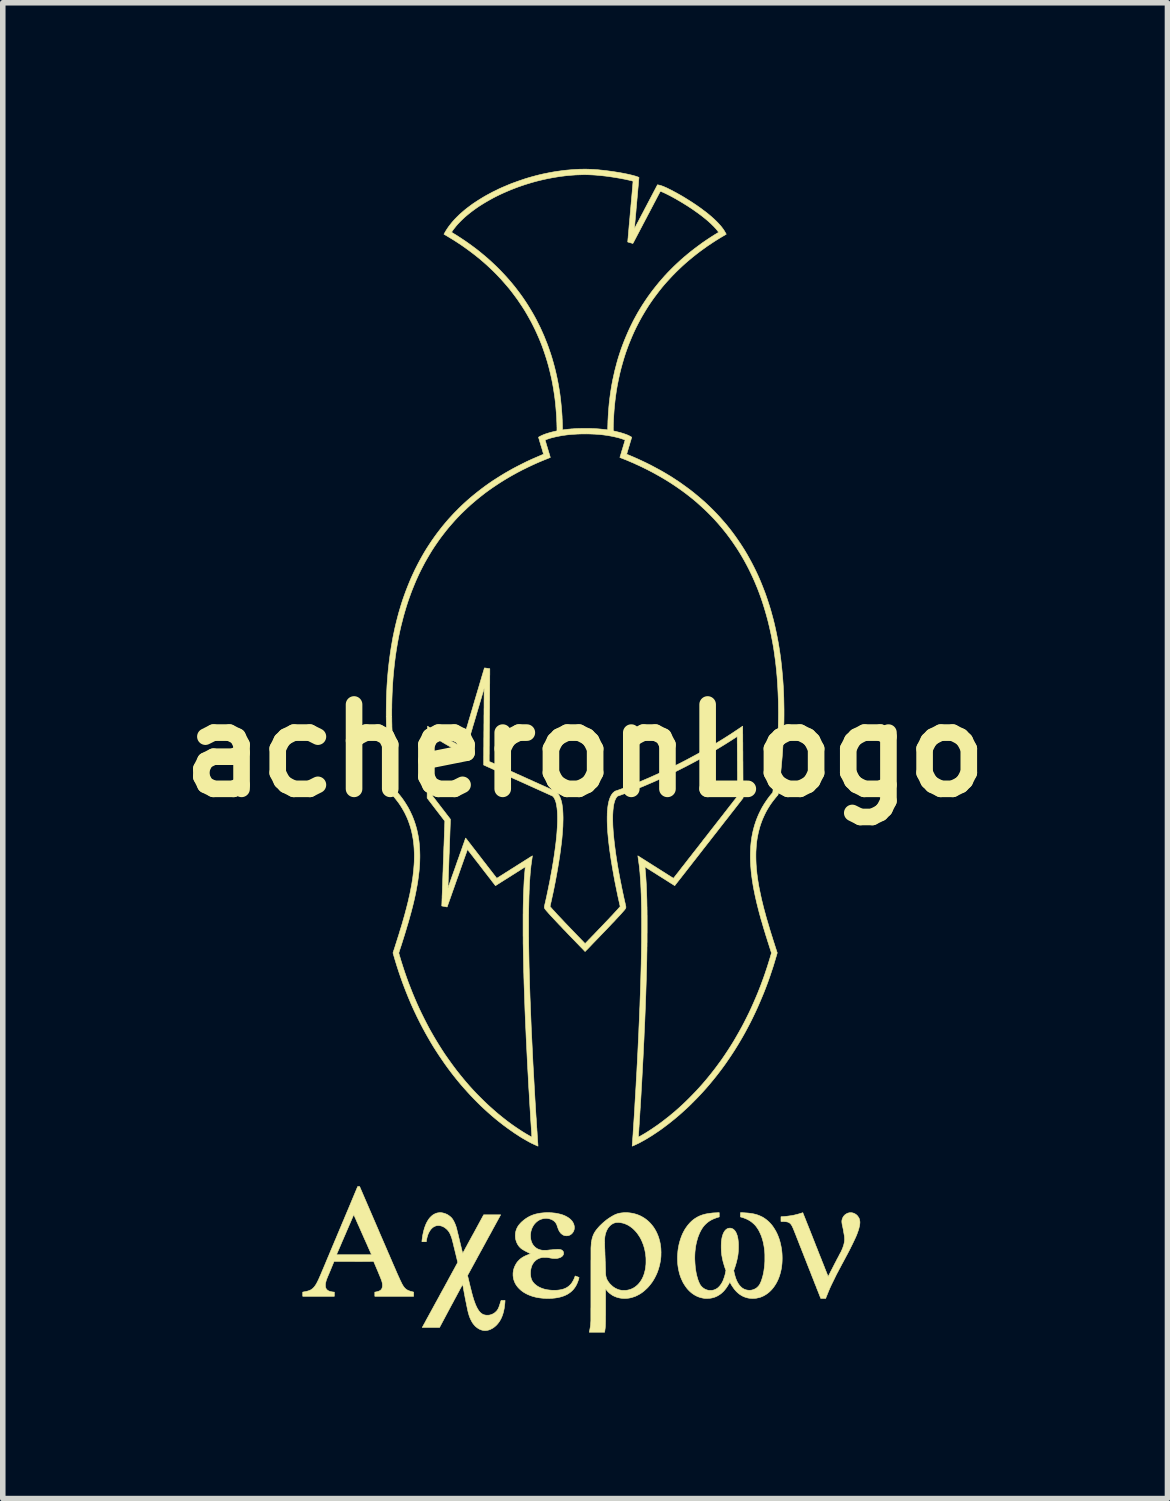
<source format=kicad_pcb>
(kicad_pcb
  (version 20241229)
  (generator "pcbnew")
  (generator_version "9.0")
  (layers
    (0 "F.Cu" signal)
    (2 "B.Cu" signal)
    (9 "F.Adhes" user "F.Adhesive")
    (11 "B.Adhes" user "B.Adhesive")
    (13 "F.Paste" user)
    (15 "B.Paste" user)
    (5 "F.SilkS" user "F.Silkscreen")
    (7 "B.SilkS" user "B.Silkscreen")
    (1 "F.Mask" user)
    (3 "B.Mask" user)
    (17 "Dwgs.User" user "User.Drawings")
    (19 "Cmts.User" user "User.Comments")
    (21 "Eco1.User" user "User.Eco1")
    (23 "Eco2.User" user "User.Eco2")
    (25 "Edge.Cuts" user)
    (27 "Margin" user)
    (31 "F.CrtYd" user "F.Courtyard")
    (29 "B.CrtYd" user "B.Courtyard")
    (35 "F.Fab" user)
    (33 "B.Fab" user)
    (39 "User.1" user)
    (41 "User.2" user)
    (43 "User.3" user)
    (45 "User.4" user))
  (footprint "acheronLogo"
    (layer "F.Cu")
    (at 7.518 10.509)
    (property "Reference" "acheronLogo" (at 0 0 0) (layer "F.SilkS") (effects (font (size 1.524 1.524) (thickness 0.3))))
    (attr through_hole)
    (fp_poly (pts (xy 4.811 8.345) (xy 4.826 8.347) (xy 4.841 8.351) (xy 4.856 8.356) (xy 4.871 8.363) (xy 4.884 8.371) (xy 4.897 8.38) (xy 4.91 8.391) (xy 4.921 8.403) (xy 4.931 8.417) (xy 4.941 8.431) (xy 4.949 8.446) (xy 4.955 8.462) (xy 4.959 8.479) (xy 4.962 8.496) (xy 4.964 8.513) (xy 4.964 8.519) (xy 4.963 8.534) (xy 4.962 8.551) (xy 4.959 8.569) (xy 4.956 8.587) (xy 4.951 8.607) (xy 4.946 8.629) (xy 4.939 8.651) (xy 4.932 8.674) (xy 4.923 8.698) (xy 4.914 8.724) (xy 4.904 8.75) (xy 4.892 8.777) (xy 4.891 8.781) (xy 4.887 8.789) (xy 4.883 8.798) (xy 4.878 8.808) (xy 4.873 8.82) (xy 4.867 8.832) (xy 4.861 8.845) (xy 4.854 8.859) (xy 4.847 8.874) (xy 4.84 8.889) (xy 4.832 8.905) (xy 4.825 8.92) (xy 4.817 8.936) (xy 4.809 8.952) (xy 4.801 8.967) (xy 4.794 8.983) (xy 4.786 8.998) (xy 4.779 9.012) (xy 4.772 9.026) (xy 4.766 9.038) (xy 4.759 9.05) (xy 4.754 9.061) (xy 4.75 9.068) (xy 4.748 9.071) (xy 4.746 9.076) (xy 4.743 9.082) (xy 4.739 9.089) (xy 4.736 9.095) (xy 4.732 9.102) (xy 4.729 9.108) (xy 4.727 9.111) (xy 4.724 9.116) (xy 4.721 9.123) (xy 4.717 9.13) (xy 4.712 9.139) (xy 4.707 9.148) (xy 4.702 9.159) (xy 4.695 9.171) (xy 4.689 9.183) (xy 4.682 9.196) (xy 4.674 9.21) (xy 4.667 9.224) (xy 4.659 9.239) (xy 4.651 9.254) (xy 4.642 9.269) (xy 4.634 9.285) (xy 4.629 9.294) (xy 4.619 9.313) (xy 4.609 9.332) (xy 4.6 9.349) (xy 4.592 9.364) (xy 4.584 9.378) (xy 4.577 9.392) (xy 4.571 9.404) (xy 4.565 9.415) (xy 4.56 9.425) (xy 4.555 9.434) (xy 4.55 9.442) (xy 4.546 9.45) (xy 4.543 9.456) (xy 4.54 9.463) (xy 4.537 9.468) (xy 4.534 9.473) (xy 4.532 9.478) (xy 4.53 9.482) (xy 4.53 9.483) (xy 4.527 9.488) (xy 4.524 9.495) (xy 4.52 9.503) (xy 4.516 9.511) (xy 4.511 9.521) (xy 4.506 9.532) (xy 4.501 9.543) (xy 4.495 9.554) (xy 4.489 9.566) (xy 4.483 9.578) (xy 4.478 9.59) (xy 4.474 9.597) (xy 4.469 9.608) (xy 4.463 9.619) (xy 4.458 9.63) (xy 4.453 9.641) (xy 4.448 9.651) (xy 4.443 9.66) (xy 4.439 9.669) (xy 4.436 9.677) (xy 4.433 9.683) (xy 4.43 9.689) (xy 4.428 9.693) (xy 4.427 9.695) (xy 4.423 9.704) (xy 4.419 9.714) (xy 4.414 9.724) (xy 4.41 9.736) (xy 4.404 9.748) (xy 4.399 9.761) (xy 4.394 9.774) (xy 4.388 9.787) (xy 4.383 9.8) (xy 4.378 9.813) (xy 4.373 9.825) (xy 4.368 9.837) (xy 4.363 9.849) (xy 4.359 9.859) (xy 4.355 9.868) (xy 4.352 9.877) (xy 4.35 9.883) (xy 4.349 9.884) (xy 4.346 9.894) (xy 4.301 9.894) (xy 4.257 9.894) (xy 4.254 9.885) (xy 4.253 9.883) (xy 4.252 9.88) (xy 4.25 9.875) (xy 4.247 9.868) (xy 4.244 9.86) (xy 4.24 9.851) (xy 4.236 9.841) (xy 4.232 9.829) (xy 4.227 9.816) (xy 4.221 9.802) (xy 4.215 9.787) (xy 4.209 9.771) (xy 4.202 9.754) (xy 4.195 9.736) (xy 4.187 9.717) (xy 4.18 9.697) (xy 4.172 9.676) (xy 4.163 9.655) (xy 4.154 9.633) (xy 4.145 9.61) (xy 4.136 9.587) (xy 4.127 9.563) (xy 4.117 9.538) (xy 4.107 9.513) (xy 4.097 9.488) (xy 4.087 9.462) (xy 4.077 9.436) (xy 4.067 9.409) (xy 4.056 9.383) (xy 4.045 9.356) (xy 4.035 9.329) (xy 4.024 9.302) (xy 4.013 9.275) (xy 4.003 9.248) (xy 3.992 9.221) (xy 3.982 9.194) (xy 3.971 9.167) (xy 3.96 9.14) (xy 3.95 9.114) (xy 3.94 9.087) (xy 3.929 9.061) (xy 3.919 9.036) (xy 3.91 9.011) (xy 3.9 8.986) (xy 3.89 8.962) (xy 3.881 8.939) (xy 3.872 8.916) (xy 3.863 8.893) (xy 3.855 8.872) (xy 3.847 8.851) (xy 3.839 8.831) (xy 3.831 8.812) (xy 3.824 8.793) (xy 3.817 8.776) (xy 3.811 8.76) (xy 3.805 8.744) (xy 3.799 8.73) (xy 3.794 8.717) (xy 3.789 8.705) (xy 3.785 8.694) (xy 3.781 8.685) (xy 3.778 8.676) (xy 3.775 8.67) (xy 3.773 8.664) (xy 3.771 8.66) (xy 3.77 8.658) (xy 3.77 8.657) (xy 3.763 8.641) (xy 3.757 8.626) (xy 3.751 8.612) (xy 3.745 8.6) (xy 3.74 8.589) (xy 3.735 8.58) (xy 3.729 8.571) (xy 3.724 8.563) (xy 3.719 8.556) (xy 3.714 8.549) (xy 3.708 8.544) (xy 3.708 8.543) (xy 3.699 8.535) (xy 3.691 8.529) (xy 3.682 8.523) (xy 3.672 8.519) (xy 3.665 8.516) (xy 3.655 8.513) (xy 3.645 8.511) (xy 3.634 8.509) (xy 3.621 8.507) (xy 3.607 8.506) (xy 3.591 8.505) (xy 3.574 8.504) (xy 3.571 8.504) (xy 3.564 8.504) (xy 3.559 8.504) (xy 3.553 8.504) (xy 3.549 8.504) (xy 3.545 8.503) (xy 3.544 8.503) (xy 3.538 8.503) (xy 3.538 8.418) (xy 3.561 8.416) (xy 3.595 8.414) (xy 3.628 8.411) (xy 3.66 8.407) (xy 3.69 8.403) (xy 3.72 8.399) (xy 3.749 8.394) (xy 3.778 8.388) (xy 3.807 8.381) (xy 3.835 8.374) (xy 3.856 8.368) (xy 3.863 8.366) (xy 3.871 8.364) (xy 3.879 8.361) (xy 3.887 8.359) (xy 3.895 8.356) (xy 3.903 8.354) (xy 3.911 8.352) (xy 3.917 8.349) (xy 3.923 8.348) (xy 3.926 8.346) (xy 3.929 8.346) (xy 3.931 8.345) (xy 3.932 8.345) (xy 3.933 8.346) (xy 3.934 8.348) (xy 3.935 8.352) (xy 3.937 8.357) (xy 3.94 8.364) (xy 3.943 8.372) (xy 3.947 8.381) (xy 3.951 8.392) (xy 3.956 8.404) (xy 3.961 8.417) (xy 3.967 8.431) (xy 3.973 8.447) (xy 3.98 8.464) (xy 3.987 8.481) (xy 3.994 8.5) (xy 4.002 8.52) (xy 4.01 8.54) (xy 4.019 8.562) (xy 4.028 8.584) (xy 4.037 8.608) (xy 4.047 8.632) (xy 4.057 8.657) (xy 4.067 8.682) (xy 4.077 8.709) (xy 4.088 8.735) (xy 4.099 8.763) (xy 4.11 8.791) (xy 4.121 8.82) (xy 4.133 8.849) (xy 4.144 8.878) (xy 4.156 8.908) (xy 4.161 8.922) (xy 4.173 8.952) (xy 4.185 8.981) (xy 4.197 9.011) (xy 4.208 9.04) (xy 4.219 9.068) (xy 4.23 9.096) (xy 4.241 9.123) (xy 4.251 9.149) (xy 4.262 9.175) (xy 4.272 9.2) (xy 4.281 9.225) (xy 4.291 9.248) (xy 4.3 9.271) (xy 4.308 9.293) (xy 4.317 9.314) (xy 4.325 9.334) (xy 4.332 9.354) (xy 4.34 9.372) (xy 4.346 9.389) (xy 4.353 9.405) (xy 4.359 9.42) (xy 4.364 9.433) (xy 4.369 9.446) (xy 4.374 9.457) (xy 4.378 9.467) (xy 4.381 9.476) (xy 4.384 9.483) (xy 4.386 9.489) (xy 4.388 9.494) (xy 4.389 9.496) (xy 4.39 9.498) (xy 4.39 9.498) (xy 4.391 9.497) (xy 4.392 9.495) (xy 4.394 9.491) (xy 4.396 9.486) (xy 4.399 9.48) (xy 4.403 9.473) (xy 4.408 9.464) (xy 4.413 9.455) (xy 4.418 9.444) (xy 4.424 9.433) (xy 4.43 9.42) (xy 4.437 9.407) (xy 4.444 9.393) (xy 4.452 9.378) (xy 4.46 9.363) (xy 4.468 9.347) (xy 4.476 9.331) (xy 4.485 9.314) (xy 4.492 9.3) (xy 4.502 9.28) (xy 4.512 9.261) (xy 4.522 9.242) (xy 4.531 9.225) (xy 4.54 9.208) (xy 4.548 9.191) (xy 4.556 9.176) (xy 4.564 9.162) (xy 4.571 9.149) (xy 4.577 9.137) (xy 4.583 9.126) (xy 4.588 9.116) (xy 4.592 9.107) (xy 4.596 9.1) (xy 4.599 9.094) (xy 4.602 9.089) (xy 4.604 9.086) (xy 4.604 9.085) (xy 4.614 9.068) (xy 4.624 9.049) (xy 4.633 9.029) (xy 4.642 9.008) (xy 4.651 8.988) (xy 4.658 8.967) (xy 4.665 8.946) (xy 4.669 8.934) (xy 4.675 8.914) (xy 4.679 8.894) (xy 4.683 8.875) (xy 4.685 8.856) (xy 4.687 8.837) (xy 4.687 8.819) (xy 4.686 8.8) (xy 4.685 8.78) (xy 4.684 8.772) (xy 4.683 8.763) (xy 4.681 8.753) (xy 4.679 8.742) (xy 4.677 8.731) (xy 4.675 8.719) (xy 4.673 8.708) (xy 4.671 8.697) (xy 4.671 8.696) (xy 4.67 8.689) (xy 4.668 8.682) (xy 4.667 8.675) (xy 4.666 8.668) (xy 4.665 8.663) (xy 4.665 8.661) (xy 4.664 8.655) (xy 4.663 8.649) (xy 4.662 8.642) (xy 4.66 8.634) (xy 4.658 8.624) (xy 4.656 8.614) (xy 4.654 8.607) (xy 4.653 8.598) (xy 4.651 8.591) (xy 4.649 8.583) (xy 4.648 8.577) (xy 4.646 8.571) (xy 4.646 8.567) (xy 4.643 8.557) (xy 4.642 8.546) (xy 4.64 8.536) (xy 4.639 8.526) (xy 4.638 8.516) (xy 4.637 8.512) (xy 4.638 8.497) (xy 4.639 8.481) (xy 4.643 8.466) (xy 4.648 8.451) (xy 4.654 8.436) (xy 4.662 8.422) (xy 4.67 8.409) (xy 4.674 8.404) (xy 4.679 8.399) (xy 4.684 8.394) (xy 4.689 8.388) (xy 4.694 8.383) (xy 4.698 8.38) (xy 4.71 8.372) (xy 4.722 8.364) (xy 4.735 8.357) (xy 4.748 8.352) (xy 4.749 8.352) (xy 4.764 8.348) (xy 4.78 8.345) (xy 4.795 8.344) (xy 4.811 8.345)) (stroke (width 0.01) (type solid)) (fill yes) (layer "F.SilkS"))
    (fp_poly (pts (xy -4.072 7.873) (xy -3.735 8.654) (xy -3.717 8.697) (xy -3.699 8.739) (xy -3.682 8.778) (xy -3.665 8.817) (xy -3.649 8.854) (xy -3.634 8.889) (xy -3.619 8.923) (xy -3.605 8.956) (xy -3.591 8.988) (xy -3.578 9.018) (xy -3.566 9.047) (xy -3.554 9.075) (xy -3.542 9.101) (xy -3.531 9.126) (xy -3.521 9.151) (xy -3.511 9.174) (xy -3.501 9.196) (xy -3.492 9.217) (xy -3.484 9.237) (xy -3.475 9.256) (xy -3.468 9.274) (xy -3.46 9.291) (xy -3.453 9.308) (xy -3.446 9.323) (xy -3.44 9.338) (xy -3.434 9.351) (xy -3.428 9.364) (xy -3.423 9.377) (xy -3.418 9.388) (xy -3.413 9.399) (xy -3.409 9.409) (xy -3.405 9.419) (xy -3.401 9.428) (xy -3.397 9.437) (xy -3.393 9.445) (xy -3.39 9.452) (xy -3.387 9.459) (xy -3.384 9.466) (xy -3.381 9.472) (xy -3.379 9.478) (xy -3.376 9.483) (xy -3.374 9.488) (xy -3.372 9.493) (xy -3.37 9.497) (xy -3.368 9.502) (xy -3.366 9.506) (xy -3.365 9.508) (xy -3.356 9.527) (xy -3.348 9.545) (xy -3.341 9.561) (xy -3.334 9.576) (xy -3.327 9.589) (xy -3.321 9.602) (xy -3.316 9.613) (xy -3.311 9.622) (xy -3.307 9.631) (xy -3.303 9.639) (xy -3.299 9.645) (xy -3.298 9.646) (xy -3.289 9.662) (xy -3.28 9.676) (xy -3.27 9.689) (xy -3.261 9.701) (xy -3.251 9.711) (xy -3.24 9.721) (xy -3.229 9.73) (xy -3.217 9.737) (xy -3.204 9.745) (xy -3.19 9.751) (xy -3.175 9.757) (xy -3.158 9.763) (xy -3.14 9.768) (xy -3.121 9.773) (xy -3.119 9.774) (xy -3.113 9.775) (xy -3.108 9.776) (xy -3.104 9.777) (xy -3.101 9.778) (xy -3.099 9.779) (xy -3.099 9.779) (xy -3.097 9.779) (xy -3.097 9.855) (xy -3.798 9.855) (xy -3.798 9.779) (xy -3.794 9.779) (xy -3.776 9.776) (xy -3.759 9.772) (xy -3.744 9.768) (xy -3.731 9.764) (xy -3.718 9.759) (xy -3.707 9.753) (xy -3.698 9.747) (xy -3.689 9.74) (xy -3.682 9.732) (xy -3.675 9.723) (xy -3.672 9.717) (xy -3.668 9.708) (xy -3.665 9.698) (xy -3.663 9.69) (xy -3.662 9.686) (xy -3.661 9.68) (xy -3.661 9.673) (xy -3.66 9.666) (xy -3.66 9.659) (xy -3.66 9.651) (xy -3.66 9.644) (xy -3.661 9.638) (xy -3.661 9.634) (xy -3.662 9.624) (xy -3.664 9.614) (xy -3.666 9.604) (xy -3.669 9.593) (xy -3.672 9.582) (xy -3.676 9.57) (xy -3.681 9.557) (xy -3.686 9.543) (xy -3.692 9.527) (xy -3.697 9.516) (xy -3.699 9.51) (xy -3.702 9.503) (xy -3.705 9.495) (xy -3.709 9.487) (xy -3.712 9.479) (xy -3.715 9.471) (xy -3.715 9.471) (xy -3.717 9.467) (xy -3.719 9.462) (xy -3.722 9.455) (xy -3.725 9.447) (xy -3.729 9.438) (xy -3.733 9.428) (xy -3.737 9.417) (xy -3.742 9.406) (xy -3.747 9.393) (xy -3.753 9.381) (xy -3.758 9.368) (xy -3.764 9.354) (xy -3.77 9.341) (xy -3.772 9.335) (xy -3.819 9.225) (xy -4.535 9.226) (xy -4.579 9.333) (xy -4.585 9.347) (xy -4.59 9.36) (xy -4.595 9.373) (xy -4.6 9.385) (xy -4.605 9.397) (xy -4.61 9.408) (xy -4.615 9.419) (xy -4.619 9.429) (xy -4.622 9.438) (xy -4.626 9.445) (xy -4.628 9.452) (xy -4.631 9.457) (xy -4.632 9.461) (xy -4.633 9.462) (xy -4.641 9.481) (xy -4.649 9.5) (xy -4.656 9.517) (xy -4.662 9.533) (xy -4.668 9.547) (xy -4.673 9.561) (xy -4.677 9.575) (xy -4.68 9.587) (xy -4.683 9.599) (xy -4.686 9.61) (xy -4.688 9.621) (xy -4.688 9.624) (xy -4.689 9.629) (xy -4.69 9.636) (xy -4.69 9.643) (xy -4.69 9.651) (xy -4.69 9.659) (xy -4.69 9.666) (xy -4.69 9.673) (xy -4.689 9.678) (xy -4.689 9.679) (xy -4.687 9.692) (xy -4.683 9.703) (xy -4.679 9.714) (xy -4.673 9.723) (xy -4.666 9.732) (xy -4.661 9.737) (xy -4.653 9.744) (xy -4.643 9.751) (xy -4.633 9.757) (xy -4.621 9.762) (xy -4.609 9.766) (xy -4.595 9.77) (xy -4.58 9.773) (xy -4.563 9.776) (xy -4.545 9.778) (xy -4.536 9.779) (xy -4.529 9.779) (xy -4.529 9.855) (xy -5.1 9.855) (xy -5.1 9.779) (xy -5.098 9.779) (xy -5.096 9.778) (xy -5.094 9.778) (xy -5.09 9.777) (xy -5.085 9.776) (xy -5.079 9.775) (xy -5.078 9.775) (xy -5.058 9.771) (xy -5.039 9.768) (xy -5.022 9.763) (xy -5.006 9.759) (xy -4.991 9.754) (xy -4.977 9.749) (xy -4.965 9.743) (xy -4.953 9.738) (xy -4.943 9.731) (xy -4.94 9.729) (xy -4.933 9.724) (xy -4.926 9.719) (xy -4.92 9.714) (xy -4.913 9.708) (xy -4.908 9.702) (xy -4.901 9.695) (xy -4.894 9.688) (xy -4.888 9.68) (xy -4.881 9.671) (xy -4.875 9.662) (xy -4.868 9.652) (xy -4.861 9.641) (xy -4.854 9.63) (xy -4.847 9.617) (xy -4.84 9.603) (xy -4.832 9.588) (xy -4.825 9.573) (xy -4.816 9.556) (xy -4.808 9.537) (xy -4.799 9.517) (xy -4.79 9.496) (xy -4.78 9.474) (xy -4.771 9.454) (xy -4.771 9.452) (xy -4.77 9.451) (xy -4.77 9.449) (xy -4.769 9.447) (xy -4.768 9.444) (xy -4.766 9.441) (xy -4.765 9.438) (xy -4.763 9.434) (xy -4.761 9.43) (xy -4.759 9.425) (xy -4.757 9.42) (xy -4.755 9.414) (xy -4.752 9.407) (xy -4.749 9.4) (xy -4.746 9.392) (xy -4.742 9.384) (xy -4.738 9.375) (xy -4.734 9.365) (xy -4.73 9.355) (xy -4.725 9.344) (xy -4.72 9.332) (xy -4.715 9.319) (xy -4.709 9.306) (xy -4.703 9.292) (xy -4.697 9.277) (xy -4.69 9.261) (xy -4.683 9.244) (xy -4.676 9.226) (xy -4.668 9.207) (xy -4.66 9.188) (xy -4.651 9.167) (xy -4.642 9.145) (xy -4.632 9.123) (xy -4.624 9.103) (xy -4.49 9.103) (xy -4.49 9.103) (xy -4.489 9.103) (xy -4.489 9.103) (xy -4.489 9.103) (xy -4.488 9.103) (xy -4.486 9.103) (xy -4.485 9.103) (xy -4.483 9.104) (xy -4.48 9.104) (xy -4.477 9.104) (xy -4.473 9.104) (xy -4.469 9.104) (xy -4.464 9.104) (xy -4.458 9.104) (xy -4.451 9.104) (xy -4.444 9.104) (xy -4.436 9.104) (xy -4.426 9.104) (xy -4.416 9.104) (xy -4.405 9.104) (xy -4.392 9.104) (xy -4.378 9.104) (xy -4.364 9.104) (xy -4.348 9.104) (xy -4.33 9.104) (xy -4.312 9.104) (xy -4.291 9.104) (xy -4.27 9.104) (xy -4.247 9.104) (xy -4.222 9.104) (xy -4.196 9.104) (xy -4.174 9.104) (xy -4.146 9.104) (xy -4.119 9.104) (xy -4.094 9.104) (xy -4.07 9.104) (xy -4.046 9.104) (xy -4.024 9.104) (xy -4.004 9.104) (xy -3.984 9.104) (xy -3.966 9.104) (xy -3.949 9.104) (xy -3.933 9.104) (xy -3.919 9.104) (xy -3.906 9.104) (xy -3.894 9.104) (xy -3.884 9.104) (xy -3.876 9.104) (xy -3.869 9.104) (xy -3.864 9.104) (xy -3.86 9.104) (xy -3.858 9.103) (xy -3.858 9.103) (xy -3.858 9.102) (xy -3.859 9.1) (xy -3.861 9.096) (xy -3.863 9.09) (xy -3.866 9.083) (xy -3.87 9.076) (xy -3.874 9.066) (xy -3.878 9.056) (xy -3.883 9.045) (xy -3.889 9.033) (xy -3.895 9.019) (xy -3.901 9.005) (xy -3.908 8.99) (xy -3.915 8.974) (xy -3.922 8.958) (xy -3.929 8.941) (xy -3.937 8.923) (xy -3.945 8.905) (xy -3.954 8.886) (xy -3.962 8.867) (xy -3.971 8.847) (xy -3.98 8.828) (xy -3.989 8.808) (xy -3.998 8.787) (xy -4.007 8.767) (xy -4.016 8.746) (xy -4.025 8.726) (xy -4.034 8.706) (xy -4.043 8.685) (xy -4.052 8.665) (xy -4.061 8.645) (xy -4.069 8.626) (xy -4.078 8.606) (xy -4.086 8.587) (xy -4.095 8.569) (xy -4.103 8.551) (xy -4.11 8.533) (xy -4.118 8.517) (xy -4.125 8.501) (xy -4.132 8.485) (xy -4.138 8.471) (xy -4.144 8.457) (xy -4.15 8.445) (xy -4.155 8.433) (xy -4.16 8.422) (xy -4.164 8.413) (xy -4.168 8.404) (xy -4.171 8.397) (xy -4.174 8.391) (xy -4.176 8.386) (xy -4.177 8.383) (xy -4.178 8.381) (xy -4.178 8.381) (xy -4.179 8.382) (xy -4.18 8.384) (xy -4.181 8.388) (xy -4.184 8.393) (xy -4.186 8.399) (xy -4.19 8.407) (xy -4.194 8.416) (xy -4.198 8.426) (xy -4.203 8.437) (xy -4.208 8.449) (xy -4.214 8.462) (xy -4.22 8.476) (xy -4.226 8.491) (xy -4.233 8.507) (xy -4.24 8.523) (xy -4.247 8.54) (xy -4.255 8.558) (xy -4.263 8.576) (xy -4.271 8.595) (xy -4.279 8.614) (xy -4.288 8.634) (xy -4.296 8.653) (xy -4.305 8.673) (xy -4.314 8.694) (xy -4.322 8.714) (xy -4.331 8.735) (xy -4.34 8.755) (xy -4.349 8.776) (xy -4.358 8.796) (xy -4.366 8.816) (xy -4.375 8.836) (xy -4.384 8.856) (xy -4.392 8.875) (xy -4.4 8.894) (xy -4.408 8.913) (xy -4.416 8.931) (xy -4.423 8.949) (xy -4.431 8.965) (xy -4.438 8.982) (xy -4.444 8.997) (xy -4.451 9.012) (xy -4.456 9.025) (xy -4.462 9.038) (xy -4.467 9.05) (xy -4.472 9.061) (xy -4.476 9.071) (xy -4.48 9.079) (xy -4.483 9.086) (xy -4.485 9.092) (xy -4.487 9.097) (xy -4.489 9.1) (xy -4.489 9.102) (xy -4.49 9.103) (xy -4.624 9.103) (xy -4.622 9.099) (xy -4.612 9.074) (xy -4.601 9.048) (xy -4.59 9.021) (xy -4.578 8.993) (xy -4.566 8.964) (xy -4.553 8.933) (xy -4.539 8.901) (xy -4.526 8.868) (xy -4.511 8.834) (xy -4.496 8.799) (xy -4.481 8.762) (xy -4.465 8.724) (xy -4.448 8.684) (xy -4.431 8.643) (xy -4.413 8.601) (xy -4.395 8.557) (xy -4.376 8.512) (xy -4.356 8.466) (xy -4.336 8.417) (xy -4.315 8.368) (xy -4.294 8.317) (xy -4.289 8.306) (xy -4.108 7.873) (xy -4.09 7.873) (xy -4.072 7.873)) (stroke (width 0.01) (type solid)) (fill yes) (layer "F.SilkS"))
    (fp_poly (pts (xy 0.748 8.345) (xy 0.755 8.345) (xy 0.761 8.345) (xy 0.766 8.345) (xy 0.77 8.345) (xy 0.771 8.345) (xy 0.779 8.346) (xy 0.786 8.346) (xy 0.792 8.347) (xy 0.797 8.347) (xy 0.802 8.348) (xy 0.807 8.348) (xy 0.811 8.349) (xy 0.814 8.349) (xy 0.845 8.354) (xy 0.876 8.36) (xy 0.906 8.368) (xy 0.936 8.377) (xy 0.965 8.388) (xy 0.993 8.4) (xy 1.021 8.414) (xy 1.047 8.429) (xy 1.073 8.445) (xy 1.098 8.463) (xy 1.122 8.482) (xy 1.145 8.502) (xy 1.168 8.524) (xy 1.189 8.547) (xy 1.209 8.571) (xy 1.229 8.596) (xy 1.247 8.622) (xy 1.264 8.65) (xy 1.28 8.678) (xy 1.295 8.708) (xy 1.308 8.738) (xy 1.321 8.77) (xy 1.332 8.802) (xy 1.341 8.835) (xy 1.35 8.868) (xy 1.357 8.902) (xy 1.362 8.936) (xy 1.367 8.972) (xy 1.367 8.972) (xy 1.369 8.993) (xy 1.37 9.016) (xy 1.371 9.039) (xy 1.372 9.063) (xy 1.371 9.086) (xy 1.371 9.11) (xy 1.37 9.133) (xy 1.369 9.148) (xy 1.365 9.186) (xy 1.359 9.224) (xy 1.352 9.261) (xy 1.344 9.298) (xy 1.334 9.334) (xy 1.323 9.37) (xy 1.311 9.406) (xy 1.297 9.441) (xy 1.282 9.474) (xy 1.265 9.508) (xy 1.248 9.54) (xy 1.229 9.571) (xy 1.209 9.602) (xy 1.187 9.631) (xy 1.165 9.659) (xy 1.142 9.686) (xy 1.118 9.711) (xy 1.093 9.734) (xy 1.069 9.756) (xy 1.044 9.776) (xy 1.018 9.795) (xy 0.992 9.812) (xy 0.965 9.827) (xy 0.938 9.841) (xy 0.911 9.854) (xy 0.883 9.864) (xy 0.855 9.873) (xy 0.827 9.881) (xy 0.798 9.887) (xy 0.786 9.889) (xy 0.773 9.89) (xy 0.76 9.892) (xy 0.748 9.893) (xy 0.735 9.893) (xy 0.721 9.894) (xy 0.715 9.894) (xy 0.704 9.894) (xy 0.693 9.893) (xy 0.683 9.893) (xy 0.674 9.892) (xy 0.664 9.891) (xy 0.653 9.89) (xy 0.652 9.89) (xy 0.626 9.886) (xy 0.6 9.88) (xy 0.575 9.873) (xy 0.551 9.864) (xy 0.527 9.854) (xy 0.504 9.843) (xy 0.483 9.83) (xy 0.462 9.815) (xy 0.442 9.8) (xy 0.423 9.783) (xy 0.406 9.765) (xy 0.389 9.745) (xy 0.378 9.731) (xy 0.37 9.721) (xy 0.37 10.012) (xy 0.37 10.043) (xy 0.37 10.072) (xy 0.37 10.099) (xy 0.37 10.124) (xy 0.37 10.148) (xy 0.37 10.171) (xy 0.37 10.193) (xy 0.369 10.213) (xy 0.369 10.232) (xy 0.369 10.249) (xy 0.369 10.266) (xy 0.369 10.281) (xy 0.369 10.296) (xy 0.369 10.309) (xy 0.368 10.322) (xy 0.368 10.334) (xy 0.368 10.345) (xy 0.368 10.355) (xy 0.367 10.364) (xy 0.367 10.373) (xy 0.367 10.382) (xy 0.366 10.39) (xy 0.366 10.397) (xy 0.365 10.404) (xy 0.365 10.411) (xy 0.364 10.417) (xy 0.364 10.423) (xy 0.363 10.429) (xy 0.363 10.435) (xy 0.362 10.441) (xy 0.361 10.447) (xy 0.36 10.453) (xy 0.359 10.459) (xy 0.358 10.465) (xy 0.358 10.472) (xy 0.356 10.479) (xy 0.356 10.48) (xy 0.353 10.504) (xy 0.076 10.504) (xy 0.079 10.487) (xy 0.083 10.47) (xy 0.086 10.453) (xy 0.089 10.437) (xy 0.092 10.42) (xy 0.095 10.403) (xy 0.097 10.386) (xy 0.099 10.368) (xy 0.1 10.349) (xy 0.102 10.328) (xy 0.103 10.307) (xy 0.103 10.306) (xy 0.104 10.305) (xy 0.104 10.302) (xy 0.104 10.299) (xy 0.104 10.294) (xy 0.104 10.289) (xy 0.104 10.283) (xy 0.104 10.276) (xy 0.104 10.267) (xy 0.104 10.258) (xy 0.104 10.248) (xy 0.104 10.236) (xy 0.104 10.223) (xy 0.104 10.209) (xy 0.104 10.194) (xy 0.104 10.178) (xy 0.104 10.16) (xy 0.104 10.141) (xy 0.104 10.121) (xy 0.104 10.1) (xy 0.104 10.077) (xy 0.105 10.053) (xy 0.105 10.027) (xy 0.105 10) (xy 0.105 9.972) (xy 0.105 9.942) (xy 0.105 9.911) (xy 0.105 9.878) (xy 0.105 9.843) (xy 0.105 9.807) (xy 0.105 9.77) (xy 0.105 9.731) (xy 0.105 9.69) (xy 0.105 9.647) (xy 0.105 9.641) (xy 0.105 9.598) (xy 0.105 9.557) (xy 0.105 9.518) (xy 0.105 9.48) (xy 0.105 9.445) (xy 0.105 9.41) (xy 0.105 9.377) (xy 0.105 9.346) (xy 0.105 9.316) (xy 0.105 9.287) (xy 0.105 9.26) (xy 0.105 9.235) (xy 0.105 9.211) (xy 0.106 9.188) (xy 0.106 9.166) (xy 0.106 9.146) (xy 0.106 9.127) (xy 0.106 9.109) (xy 0.106 9.093) (xy 0.106 9.077) (xy 0.106 9.063) (xy 0.106 9.05) (xy 0.106 9.038) (xy 0.106 9.027) (xy 0.106 9.018) (xy 0.106 9.009) (xy 0.106 9.001) (xy 0.106 8.994) (xy 0.106 8.989) (xy 0.106 8.984) (xy 0.106 8.98) (xy 0.106 8.977) (xy 0.106 8.975) (xy 0.107 8.973) (xy 0.108 8.951) (xy 0.11 8.93) (xy 0.111 8.91) (xy 0.113 8.891) (xy 0.115 8.875) (xy 0.352 8.875) (xy 0.352 8.877) (xy 0.352 8.882) (xy 0.352 8.888) (xy 0.353 8.895) (xy 0.353 8.904) (xy 0.353 8.914) (xy 0.354 8.925) (xy 0.354 8.938) (xy 0.354 8.952) (xy 0.355 8.967) (xy 0.355 8.982) (xy 0.356 8.999) (xy 0.357 9.017) (xy 0.357 9.035) (xy 0.358 9.054) (xy 0.359 9.073) (xy 0.359 9.094) (xy 0.36 9.114) (xy 0.361 9.135) (xy 0.361 9.144) (xy 0.362 9.165) (xy 0.363 9.185) (xy 0.363 9.205) (xy 0.364 9.224) (xy 0.365 9.243) (xy 0.365 9.261) (xy 0.366 9.279) (xy 0.366 9.296) (xy 0.367 9.312) (xy 0.367 9.327) (xy 0.368 9.341) (xy 0.368 9.354) (xy 0.369 9.366) (xy 0.369 9.377) (xy 0.369 9.386) (xy 0.37 9.394) (xy 0.37 9.401) (xy 0.37 9.406) (xy 0.37 9.41) (xy 0.37 9.411) (xy 0.37 9.432) (xy 0.371 9.452) (xy 0.373 9.47) (xy 0.375 9.487) (xy 0.379 9.503) (xy 0.383 9.518) (xy 0.387 9.533) (xy 0.393 9.547) (xy 0.4 9.56) (xy 0.407 9.574) (xy 0.416 9.587) (xy 0.416 9.587) (xy 0.432 9.609) (xy 0.448 9.629) (xy 0.466 9.647) (xy 0.484 9.664) (xy 0.502 9.68) (xy 0.522 9.694) (xy 0.542 9.707) (xy 0.564 9.718) (xy 0.585 9.727) (xy 0.586 9.728) (xy 0.599 9.733) (xy 0.613 9.737) (xy 0.625 9.741) (xy 0.639 9.743) (xy 0.653 9.746) (xy 0.668 9.748) (xy 0.676 9.749) (xy 0.679 9.749) (xy 0.684 9.749) (xy 0.689 9.749) (xy 0.695 9.749) (xy 0.702 9.749) (xy 0.708 9.749) (xy 0.714 9.749) (xy 0.72 9.749) (xy 0.724 9.749) (xy 0.726 9.749) (xy 0.75 9.746) (xy 0.775 9.742) (xy 0.798 9.736) (xy 0.821 9.729) (xy 0.843 9.72) (xy 0.865 9.71) (xy 0.885 9.698) (xy 0.905 9.685) (xy 0.924 9.67) (xy 0.943 9.654) (xy 0.96 9.637) (xy 0.977 9.618) (xy 0.992 9.598) (xy 1.007 9.577) (xy 1.021 9.555) (xy 1.034 9.531) (xy 1.046 9.506) (xy 1.056 9.48) (xy 1.064 9.46) (xy 1.071 9.435) (xy 1.078 9.409) (xy 1.085 9.382) (xy 1.09 9.354) (xy 1.094 9.325) (xy 1.096 9.305) (xy 1.097 9.296) (xy 1.098 9.288) (xy 1.099 9.281) (xy 1.099 9.274) (xy 1.099 9.267) (xy 1.1 9.26) (xy 1.1 9.253) (xy 1.1 9.245) (xy 1.1 9.236) (xy 1.1 9.225) (xy 1.1 9.216) (xy 1.1 9.205) (xy 1.1 9.195) (xy 1.1 9.186) (xy 1.1 9.179) (xy 1.1 9.172) (xy 1.099 9.165) (xy 1.099 9.158) (xy 1.099 9.152) (xy 1.098 9.145) (xy 1.097 9.137) (xy 1.096 9.128) (xy 1.096 9.127) (xy 1.092 9.091) (xy 1.086 9.056) (xy 1.079 9.021) (xy 1.071 8.986) (xy 1.061 8.952) (xy 1.05 8.918) (xy 1.037 8.886) (xy 1.024 8.854) (xy 1.009 8.823) (xy 0.993 8.793) (xy 0.975 8.765) (xy 0.957 8.738) (xy 0.939 8.713) (xy 0.92 8.69) (xy 0.901 8.669) (xy 0.88 8.648) (xy 0.86 8.629) (xy 0.838 8.612) (xy 0.816 8.596) (xy 0.794 8.581) (xy 0.771 8.568) (xy 0.748 8.557) (xy 0.724 8.547) (xy 0.7 8.538) (xy 0.676 8.532) (xy 0.651 8.527) (xy 0.633 8.524) (xy 0.615 8.522) (xy 0.597 8.521) (xy 0.581 8.521) (xy 0.565 8.523) (xy 0.55 8.525) (xy 0.536 8.529) (xy 0.522 8.533) (xy 0.508 8.539) (xy 0.505 8.541) (xy 0.489 8.55) (xy 0.473 8.56) (xy 0.459 8.572) (xy 0.445 8.585) (xy 0.432 8.6) (xy 0.419 8.616) (xy 0.408 8.633) (xy 0.398 8.651) (xy 0.388 8.671) (xy 0.38 8.691) (xy 0.373 8.712) (xy 0.366 8.735) (xy 0.362 8.754) (xy 0.36 8.767) (xy 0.357 8.781) (xy 0.356 8.795) (xy 0.354 8.81) (xy 0.353 8.826) (xy 0.353 8.843) (xy 0.352 8.861) (xy 0.352 8.875) (xy 0.115 8.875) (xy 0.116 8.874) (xy 0.118 8.858) (xy 0.121 8.842) (xy 0.124 8.827) (xy 0.127 8.813) (xy 0.131 8.799) (xy 0.135 8.786) (xy 0.137 8.779) (xy 0.144 8.76) (xy 0.151 8.742) (xy 0.16 8.724) (xy 0.169 8.707) (xy 0.179 8.69) (xy 0.191 8.673) (xy 0.203 8.656) (xy 0.217 8.639) (xy 0.242 8.609) (xy 0.269 8.58) (xy 0.298 8.552) (xy 0.327 8.525) (xy 0.358 8.499) (xy 0.389 8.474) (xy 0.421 8.451) (xy 0.445 8.435) (xy 0.458 8.427) (xy 0.47 8.419) (xy 0.483 8.412) (xy 0.496 8.404) (xy 0.508 8.397) (xy 0.52 8.391) (xy 0.531 8.385) (xy 0.541 8.381) (xy 0.55 8.377) (xy 0.551 8.376) (xy 0.569 8.369) (xy 0.588 8.363) (xy 0.608 8.357) (xy 0.628 8.353) (xy 0.649 8.35) (xy 0.672 8.347) (xy 0.69 8.346) (xy 0.695 8.345) (xy 0.701 8.345) (xy 0.708 8.345) (xy 0.715 8.345) (xy 0.723 8.345) (xy 0.732 8.345) (xy 0.74 8.345) (xy 0.748 8.345)) (stroke (width 0.01) (type solid)) (fill yes) (layer "F.SilkS"))
    (fp_poly (pts (xy -0.65 8.345) (xy -0.635 8.345) (xy -0.62 8.346) (xy -0.606 8.346) (xy -0.597 8.347) (xy -0.567 8.35) (xy -0.537 8.353) (xy -0.509 8.358) (xy -0.481 8.364) (xy -0.454 8.37) (xy -0.428 8.377) (xy -0.404 8.385) (xy -0.38 8.394) (xy -0.358 8.404) (xy -0.337 8.415) (xy -0.317 8.426) (xy -0.299 8.438) (xy -0.281 8.451) (xy -0.266 8.464) (xy -0.251 8.479) (xy -0.238 8.493) (xy -0.227 8.509) (xy -0.218 8.524) (xy -0.21 8.539) (xy -0.204 8.554) (xy -0.2 8.569) (xy -0.196 8.585) (xy -0.194 8.601) (xy -0.194 8.617) (xy -0.195 8.632) (xy -0.197 8.648) (xy -0.201 8.662) (xy -0.204 8.669) (xy -0.21 8.684) (xy -0.218 8.697) (xy -0.227 8.709) (xy -0.237 8.721) (xy -0.237 8.721) (xy -0.248 8.731) (xy -0.259 8.739) (xy -0.27 8.746) (xy -0.282 8.752) (xy -0.285 8.753) (xy -0.297 8.757) (xy -0.308 8.76) (xy -0.319 8.761) (xy -0.331 8.762) (xy -0.336 8.762) (xy -0.351 8.761) (xy -0.365 8.759) (xy -0.379 8.755) (xy -0.393 8.75) (xy -0.406 8.742) (xy -0.419 8.733) (xy -0.425 8.728) (xy -0.436 8.719) (xy -0.446 8.707) (xy -0.455 8.695) (xy -0.464 8.682) (xy -0.472 8.667) (xy -0.479 8.653) (xy -0.48 8.649) (xy -0.486 8.636) (xy -0.49 8.624) (xy -0.494 8.613) (xy -0.498 8.604) (xy -0.501 8.596) (xy -0.502 8.59) (xy -0.504 8.585) (xy -0.506 8.579) (xy -0.507 8.574) (xy -0.509 8.57) (xy -0.509 8.569) (xy -0.513 8.559) (xy -0.518 8.548) (xy -0.525 8.537) (xy -0.532 8.526) (xy -0.54 8.516) (xy -0.549 8.507) (xy -0.555 8.501) (xy -0.569 8.49) (xy -0.584 8.48) (xy -0.6 8.471) (xy -0.618 8.464) (xy -0.635 8.458) (xy -0.654 8.453) (xy -0.673 8.45) (xy -0.692 8.448) (xy -0.712 8.448) (xy -0.731 8.449) (xy -0.738 8.449) (xy -0.758 8.453) (xy -0.778 8.458) (xy -0.797 8.464) (xy -0.816 8.472) (xy -0.834 8.481) (xy -0.851 8.492) (xy -0.868 8.504) (xy -0.883 8.517) (xy -0.898 8.532) (xy -0.912 8.547) (xy -0.925 8.564) (xy -0.936 8.581) (xy -0.947 8.6) (xy -0.957 8.62) (xy -0.965 8.64) (xy -0.972 8.661) (xy -0.978 8.683) (xy -0.98 8.695) (xy -0.983 8.718) (xy -0.986 8.741) (xy -0.986 8.763) (xy -0.985 8.786) (xy -0.983 8.808) (xy -0.98 8.83) (xy -0.976 8.846) (xy -0.97 8.866) (xy -0.962 8.885) (xy -0.954 8.903) (xy -0.944 8.92) (xy -0.932 8.936) (xy -0.919 8.951) (xy -0.916 8.955) (xy -0.902 8.968) (xy -0.888 8.979) (xy -0.872 8.99) (xy -0.856 8.999) (xy -0.839 9.006) (xy -0.82 9.013) (xy -0.801 9.018) (xy -0.781 9.022) (xy -0.776 9.023) (xy -0.773 9.023) (xy -0.769 9.023) (xy -0.766 9.024) (xy -0.762 9.024) (xy -0.757 9.024) (xy -0.752 9.024) (xy -0.745 9.024) (xy -0.737 9.024) (xy -0.729 9.024) (xy -0.72 9.024) (xy -0.711 9.024) (xy -0.704 9.024) (xy -0.697 9.024) (xy -0.691 9.024) (xy -0.685 9.023) (xy -0.679 9.023) (xy -0.673 9.022) (xy -0.666 9.021) (xy -0.658 9.02) (xy -0.65 9.019) (xy -0.642 9.018) (xy -0.634 9.017) (xy -0.628 9.017) (xy -0.622 9.016) (xy -0.619 9.016) (xy -0.615 9.016) (xy -0.609 9.016) (xy -0.603 9.015) (xy -0.6 9.014) (xy -0.596 9.014) (xy -0.591 9.013) (xy -0.585 9.013) (xy -0.577 9.012) (xy -0.569 9.011) (xy -0.56 9.011) (xy -0.551 9.01) (xy -0.541 9.009) (xy -0.531 9.009) (xy -0.521 9.008) (xy -0.512 9.008) (xy -0.507 9.008) (xy -0.491 9.007) (xy -0.476 9.008) (xy -0.462 9.009) (xy -0.45 9.011) (xy -0.438 9.013) (xy -0.428 9.017) (xy -0.42 9.021) (xy -0.412 9.027) (xy -0.406 9.032) (xy -0.4 9.039) (xy -0.396 9.045) (xy -0.392 9.053) (xy -0.391 9.057) (xy -0.39 9.059) (xy -0.39 9.062) (xy -0.389 9.065) (xy -0.389 9.068) (xy -0.389 9.072) (xy -0.389 9.077) (xy -0.389 9.082) (xy -0.389 9.086) (xy -0.389 9.089) (xy -0.39 9.092) (xy -0.39 9.094) (xy -0.391 9.097) (xy -0.391 9.098) (xy -0.396 9.108) (xy -0.402 9.118) (xy -0.409 9.127) (xy -0.418 9.135) (xy -0.429 9.143) (xy -0.44 9.15) (xy -0.453 9.156) (xy -0.467 9.161) (xy -0.482 9.165) (xy -0.498 9.169) (xy -0.507 9.17) (xy -0.511 9.17) (xy -0.515 9.171) (xy -0.52 9.171) (xy -0.525 9.171) (xy -0.532 9.171) (xy -0.54 9.171) (xy -0.543 9.171) (xy -0.557 9.171) (xy -0.569 9.171) (xy -0.581 9.17) (xy -0.594 9.169) (xy -0.606 9.167) (xy -0.619 9.165) (xy -0.633 9.163) (xy -0.639 9.161) (xy -0.651 9.159) (xy -0.662 9.157) (xy -0.672 9.156) (xy -0.682 9.154) (xy -0.691 9.153) (xy -0.7 9.153) (xy -0.709 9.152) (xy -0.719 9.152) (xy -0.727 9.152) (xy -0.739 9.152) (xy -0.75 9.152) (xy -0.76 9.153) (xy -0.769 9.154) (xy -0.778 9.155) (xy -0.787 9.157) (xy -0.796 9.159) (xy -0.802 9.161) (xy -0.821 9.166) (xy -0.839 9.174) (xy -0.857 9.182) (xy -0.873 9.193) (xy -0.889 9.204) (xy -0.903 9.217) (xy -0.917 9.231) (xy -0.929 9.246) (xy -0.94 9.262) (xy -0.951 9.28) (xy -0.96 9.298) (xy -0.967 9.318) (xy -0.968 9.32) (xy -0.974 9.341) (xy -0.979 9.362) (xy -0.983 9.385) (xy -0.985 9.407) (xy -0.986 9.431) (xy -0.986 9.454) (xy -0.984 9.477) (xy -0.983 9.486) (xy -0.98 9.506) (xy -0.976 9.524) (xy -0.971 9.541) (xy -0.965 9.558) (xy -0.957 9.573) (xy -0.948 9.588) (xy -0.937 9.603) (xy -0.925 9.617) (xy -0.912 9.631) (xy -0.897 9.644) (xy -0.88 9.657) (xy -0.874 9.662) (xy -0.855 9.675) (xy -0.835 9.686) (xy -0.813 9.697) (xy -0.79 9.707) (xy -0.766 9.716) (xy -0.741 9.724) (xy -0.715 9.73) (xy -0.688 9.736) (xy -0.676 9.738) (xy -0.651 9.741) (xy -0.624 9.744) (xy -0.598 9.746) (xy -0.571 9.746) (xy -0.545 9.746) (xy -0.519 9.746) (xy -0.493 9.744) (xy -0.469 9.741) (xy -0.45 9.738) (xy -0.426 9.733) (xy -0.402 9.727) (xy -0.38 9.72) (xy -0.359 9.711) (xy -0.339 9.702) (xy -0.32 9.69) (xy -0.302 9.678) (xy -0.286 9.664) (xy -0.27 9.649) (xy -0.255 9.633) (xy -0.252 9.629) (xy -0.239 9.612) (xy -0.227 9.593) (xy -0.215 9.572) (xy -0.204 9.551) (xy -0.194 9.528) (xy -0.185 9.504) (xy -0.182 9.495) (xy -0.18 9.492) (xy -0.179 9.489) (xy -0.179 9.488) (xy -0.179 9.488) (xy -0.178 9.488) (xy -0.175 9.489) (xy -0.172 9.49) (xy -0.167 9.492) (xy -0.162 9.494) (xy -0.156 9.496) (xy -0.15 9.498) (xy -0.143 9.501) (xy -0.137 9.503) (xy -0.131 9.505) (xy -0.125 9.508) (xy -0.12 9.51) (xy -0.115 9.511) (xy -0.112 9.513) (xy -0.11 9.514) (xy -0.109 9.514) (xy -0.109 9.515) (xy -0.109 9.517) (xy -0.11 9.521) (xy -0.111 9.526) (xy -0.113 9.532) (xy -0.114 9.538) (xy -0.116 9.545) (xy -0.118 9.552) (xy -0.12 9.559) (xy -0.123 9.566) (xy -0.125 9.573) (xy -0.127 9.578) (xy -0.137 9.605) (xy -0.148 9.631) (xy -0.16 9.655) (xy -0.173 9.678) (xy -0.188 9.7) (xy -0.203 9.72) (xy -0.22 9.74) (xy -0.238 9.758) (xy -0.257 9.775) (xy -0.278 9.791) (xy -0.295 9.803) (xy -0.317 9.817) (xy -0.341 9.829) (xy -0.366 9.841) (xy -0.392 9.851) (xy -0.419 9.86) (xy -0.447 9.868) (xy -0.477 9.875) (xy -0.508 9.881) (xy -0.54 9.886) (xy -0.561 9.888) (xy -0.591 9.891) (xy -0.622 9.893) (xy -0.653 9.894) (xy -0.684 9.894) (xy -0.714 9.893) (xy -0.749 9.891) (xy -0.784 9.888) (xy -0.818 9.884) (xy -0.851 9.879) (xy -0.883 9.873) (xy -0.915 9.865) (xy -0.945 9.857) (xy -0.975 9.847) (xy -1.003 9.836) (xy -1.031 9.825) (xy -1.057 9.812) (xy -1.083 9.798) (xy -1.107 9.784) (xy -1.13 9.768) (xy -1.152 9.752) (xy -1.172 9.734) (xy -1.191 9.716) (xy -1.209 9.697) (xy -1.226 9.677) (xy -1.24 9.656) (xy -1.241 9.656) (xy -1.254 9.635) (xy -1.266 9.613) (xy -1.275 9.591) (xy -1.284 9.568) (xy -1.291 9.545) (xy -1.296 9.521) (xy -1.299 9.496) (xy -1.3 9.493) (xy -1.3 9.488) (xy -1.301 9.481) (xy -1.301 9.473) (xy -1.301 9.464) (xy -1.301 9.455) (xy -1.301 9.447) (xy -1.301 9.438) (xy -1.3 9.431) (xy -1.3 9.424) (xy -1.299 9.421) (xy -1.296 9.397) (xy -1.291 9.373) (xy -1.284 9.351) (xy -1.276 9.328) (xy -1.266 9.306) (xy -1.261 9.296) (xy -1.252 9.279) (xy -1.243 9.263) (xy -1.233 9.248) (xy -1.223 9.234) (xy -1.211 9.221) (xy -1.198 9.207) (xy -1.195 9.204) (xy -1.181 9.19) (xy -1.167 9.178) (xy -1.152 9.167) (xy -1.137 9.156) (xy -1.12 9.146) (xy -1.108 9.139) (xy -1.098 9.134) (xy -1.088 9.129) (xy -1.078 9.124) (xy -1.067 9.119) (xy -1.055 9.114) (xy -1.042 9.109) (xy -1.028 9.103) (xy -1.012 9.097) (xy -0.995 9.091) (xy -0.988 9.088) (xy -0.984 9.087) (xy -1.027 9.065) (xy -1.04 9.059) (xy -1.051 9.053) (xy -1.061 9.048) (xy -1.07 9.043) (xy -1.078 9.039) (xy -1.086 9.035) (xy -1.093 9.031) (xy -1.1 9.027) (xy -1.106 9.023) (xy -1.113 9.019) (xy -1.12 9.015) (xy -1.126 9.011) (xy -1.141 9.002) (xy -1.154 8.992) (xy -1.166 8.982) (xy -1.177 8.971) (xy -1.185 8.963) (xy -1.199 8.946) (xy -1.212 8.927) (xy -1.223 8.908) (xy -1.233 8.888) (xy -1.241 8.867) (xy -1.248 8.846) (xy -1.254 8.823) (xy -1.258 8.8) (xy -1.258 8.799) (xy -1.258 8.793) (xy -1.259 8.786) (xy -1.259 8.777) (xy -1.26 8.769) (xy -1.26 8.759) (xy -1.26 8.75) (xy -1.259 8.742) (xy -1.259 8.734) (xy -1.259 8.727) (xy -1.256 8.706) (xy -1.252 8.685) (xy -1.246 8.664) (xy -1.239 8.644) (xy -1.231 8.625) (xy -1.221 8.606) (xy -1.21 8.587) (xy -1.197 8.569) (xy -1.182 8.551) (xy -1.166 8.533) (xy -1.149 8.515) (xy -1.129 8.498) (xy -1.111 8.482) (xy -1.088 8.465) (xy -1.065 8.448) (xy -1.041 8.433) (xy -1.018 8.42) (xy -0.993 8.407) (xy -0.968 8.396) (xy -0.943 8.386) (xy -0.916 8.377) (xy -0.889 8.369) (xy -0.861 8.363) (xy -0.832 8.357) (xy -0.801 8.352) (xy -0.77 8.349) (xy -0.74 8.346) (xy -0.727 8.346) (xy -0.713 8.345) (xy -0.698 8.345) (xy -0.682 8.345) (xy -0.666 8.345) (xy -0.65 8.345)) (stroke (width 0.01) (type solid)) (fill yes) (layer "F.SilkS"))
    (fp_poly (pts (xy 2.423 8.421) (xy 2.417 8.423) (xy 2.391 8.431) (xy 2.366 8.439) (xy 2.343 8.448) (xy 2.32 8.457) (xy 2.3 8.466) (xy 2.28 8.476) (xy 2.261 8.487) (xy 2.243 8.498) (xy 2.226 8.51) (xy 2.21 8.522) (xy 2.194 8.536) (xy 2.179 8.55) (xy 2.177 8.551) (xy 2.16 8.569) (xy 2.143 8.588) (xy 2.128 8.608) (xy 2.113 8.63) (xy 2.11 8.635) (xy 2.095 8.66) (xy 2.081 8.687) (xy 2.067 8.715) (xy 2.055 8.745) (xy 2.043 8.775) (xy 2.032 8.807) (xy 2.023 8.84) (xy 2.014 8.874) (xy 2.006 8.908) (xy 1.999 8.944) (xy 1.994 8.98) (xy 1.989 9.017) (xy 1.985 9.054) (xy 1.984 9.071) (xy 1.982 9.108) (xy 1.981 9.145) (xy 1.981 9.182) (xy 1.983 9.22) (xy 1.985 9.258) (xy 1.988 9.296) (xy 1.991 9.333) (xy 1.996 9.37) (xy 2.002 9.406) (xy 2.008 9.441) (xy 2.016 9.474) (xy 2.019 9.487) (xy 2.026 9.512) (xy 2.033 9.536) (xy 2.04 9.559) (xy 2.048 9.58) (xy 2.056 9.6) (xy 2.065 9.619) (xy 2.066 9.621) (xy 2.071 9.632) (xy 2.076 9.641) (xy 2.081 9.649) (xy 2.086 9.657) (xy 2.091 9.664) (xy 2.097 9.67) (xy 2.103 9.677) (xy 2.107 9.682) (xy 2.121 9.695) (xy 2.136 9.707) (xy 2.152 9.718) (xy 2.169 9.727) (xy 2.187 9.735) (xy 2.205 9.741) (xy 2.224 9.746) (xy 2.232 9.747) (xy 2.238 9.748) (xy 2.244 9.749) (xy 2.252 9.749) (xy 2.26 9.749) (xy 2.268 9.749) (xy 2.276 9.749) (xy 2.284 9.748) (xy 2.29 9.748) (xy 2.294 9.747) (xy 2.313 9.744) (xy 2.331 9.739) (xy 2.348 9.732) (xy 2.365 9.724) (xy 2.38 9.715) (xy 2.396 9.704) (xy 2.41 9.691) (xy 2.42 9.681) (xy 2.434 9.666) (xy 2.447 9.649) (xy 2.46 9.631) (xy 2.472 9.611) (xy 2.483 9.59) (xy 2.494 9.567) (xy 2.503 9.542) (xy 2.512 9.517) (xy 2.521 9.489) (xy 2.529 9.461) (xy 2.535 9.431) (xy 2.541 9.403) (xy 2.544 9.387) (xy 2.538 9.372) (xy 2.534 9.362) (xy 2.53 9.351) (xy 2.526 9.339) (xy 2.521 9.326) (xy 2.517 9.312) (xy 2.512 9.297) (xy 2.508 9.282) (xy 2.504 9.267) (xy 2.499 9.252) (xy 2.495 9.237) (xy 2.491 9.223) (xy 2.488 9.209) (xy 2.485 9.196) (xy 2.485 9.195) (xy 2.479 9.168) (xy 2.474 9.141) (xy 2.469 9.115) (xy 2.466 9.089) (xy 2.463 9.062) (xy 2.461 9.035) (xy 2.46 9.008) (xy 2.459 8.979) (xy 2.459 8.95) (xy 2.459 8.942) (xy 2.459 8.927) (xy 2.46 8.914) (xy 2.46 8.902) (xy 2.461 8.89) (xy 2.461 8.879) (xy 2.462 8.868) (xy 2.463 8.858) (xy 2.465 8.847) (xy 2.468 8.823) (xy 2.472 8.8) (xy 2.477 8.778) (xy 2.483 8.758) (xy 2.489 8.739) (xy 2.496 8.721) (xy 2.504 8.705) (xy 2.512 8.69) (xy 2.521 8.677) (xy 2.53 8.665) (xy 2.54 8.655) (xy 2.551 8.646) (xy 2.562 8.638) (xy 2.574 8.632) (xy 2.586 8.628) (xy 2.599 8.625) (xy 2.611 8.624) (xy 2.622 8.624) (xy 2.631 8.625) (xy 2.644 8.628) (xy 2.657 8.633) (xy 2.669 8.638) (xy 2.68 8.646) (xy 2.691 8.655) (xy 2.701 8.665) (xy 2.71 8.677) (xy 2.719 8.69) (xy 2.727 8.705) (xy 2.735 8.721) (xy 2.741 8.739) (xy 2.748 8.758) (xy 2.753 8.778) (xy 2.758 8.8) (xy 2.762 8.823) (xy 2.765 8.847) (xy 2.767 8.869) (xy 2.768 8.879) (xy 2.769 8.888) (xy 2.769 8.898) (xy 2.77 8.908) (xy 2.77 8.918) (xy 2.77 8.929) (xy 2.77 8.941) (xy 2.77 8.955) (xy 2.77 8.955) (xy 2.77 8.983) (xy 2.769 9.01) (xy 2.768 9.035) (xy 2.766 9.06) (xy 2.764 9.085) (xy 2.761 9.109) (xy 2.757 9.133) (xy 2.752 9.157) (xy 2.747 9.182) (xy 2.741 9.208) (xy 2.74 9.211) (xy 2.737 9.224) (xy 2.734 9.237) (xy 2.73 9.251) (xy 2.726 9.265) (xy 2.722 9.279) (xy 2.718 9.293) (xy 2.713 9.307) (xy 2.709 9.321) (xy 2.705 9.333) (xy 2.701 9.345) (xy 2.697 9.356) (xy 2.694 9.366) (xy 2.691 9.372) (xy 2.685 9.387) (xy 2.686 9.393) (xy 2.69 9.415) (xy 2.695 9.437) (xy 2.7 9.458) (xy 2.706 9.48) (xy 2.712 9.501) (xy 2.719 9.521) (xy 2.725 9.54) (xy 2.732 9.557) (xy 2.734 9.563) (xy 2.743 9.583) (xy 2.753 9.601) (xy 2.762 9.618) (xy 2.772 9.634) (xy 2.783 9.649) (xy 2.794 9.663) (xy 2.807 9.676) (xy 2.81 9.68) (xy 2.821 9.69) (xy 2.83 9.699) (xy 2.84 9.706) (xy 2.85 9.713) (xy 2.861 9.719) (xy 2.866 9.722) (xy 2.883 9.73) (xy 2.9 9.736) (xy 2.918 9.741) (xy 2.936 9.744) (xy 2.955 9.746) (xy 2.973 9.747) (xy 2.991 9.745) (xy 3.009 9.743) (xy 3.019 9.74) (xy 3.037 9.735) (xy 3.054 9.728) (xy 3.071 9.72) (xy 3.087 9.711) (xy 3.102 9.7) (xy 3.115 9.688) (xy 3.128 9.675) (xy 3.14 9.661) (xy 3.15 9.646) (xy 3.157 9.634) (xy 3.167 9.614) (xy 3.177 9.591) (xy 3.186 9.568) (xy 3.194 9.543) (xy 3.202 9.516) (xy 3.21 9.489) (xy 3.217 9.46) (xy 3.223 9.43) (xy 3.229 9.399) (xy 3.233 9.367) (xy 3.238 9.334) (xy 3.241 9.301) (xy 3.244 9.268) (xy 3.245 9.259) (xy 3.245 9.25) (xy 3.246 9.241) (xy 3.246 9.233) (xy 3.247 9.225) (xy 3.247 9.217) (xy 3.247 9.209) (xy 3.247 9.2) (xy 3.247 9.19) (xy 3.247 9.179) (xy 3.247 9.167) (xy 3.247 9.159) (xy 3.247 9.146) (xy 3.247 9.135) (xy 3.247 9.125) (xy 3.247 9.116) (xy 3.247 9.108) (xy 3.247 9.1) (xy 3.246 9.092) (xy 3.246 9.085) (xy 3.246 9.078) (xy 3.245 9.07) (xy 3.245 9.062) (xy 3.244 9.054) (xy 3.24 9.016) (xy 3.236 8.979) (xy 3.23 8.942) (xy 3.223 8.907) (xy 3.216 8.872) (xy 3.207 8.839) (xy 3.197 8.806) (xy 3.187 8.775) (xy 3.175 8.745) (xy 3.162 8.716) (xy 3.149 8.688) (xy 3.135 8.661) (xy 3.119 8.636) (xy 3.103 8.612) (xy 3.096 8.602) (xy 3.082 8.584) (xy 3.067 8.567) (xy 3.051 8.551) (xy 3.034 8.536) (xy 3.016 8.52) (xy 3.005 8.512) (xy 2.986 8.498) (xy 2.965 8.485) (xy 2.944 8.473) (xy 2.922 8.462) (xy 2.898 8.452) (xy 2.873 8.442) (xy 2.847 8.433) (xy 2.83 8.428) (xy 2.825 8.426) (xy 2.82 8.425) (xy 2.815 8.424) (xy 2.812 8.423) (xy 2.81 8.422) (xy 2.809 8.422) (xy 2.806 8.421) (xy 2.806 8.383) (xy 2.806 8.345) (xy 2.82 8.345) (xy 2.828 8.345) (xy 2.838 8.345) (xy 2.848 8.345) (xy 2.859 8.346) (xy 2.871 8.346) (xy 2.882 8.347) (xy 2.893 8.348) (xy 2.896 8.348) (xy 2.928 8.35) (xy 2.959 8.353) (xy 2.988 8.357) (xy 3.016 8.361) (xy 3.043 8.366) (xy 3.069 8.372) (xy 3.094 8.379) (xy 3.117 8.386) (xy 3.14 8.395) (xy 3.162 8.404) (xy 3.183 8.414) (xy 3.204 8.424) (xy 3.221 8.434) (xy 3.245 8.45) (xy 3.269 8.467) (xy 3.292 8.486) (xy 3.315 8.506) (xy 3.337 8.528) (xy 3.358 8.551) (xy 3.378 8.575) (xy 3.397 8.601) (xy 3.408 8.618) (xy 3.417 8.632) (xy 3.426 8.646) (xy 3.434 8.66) (xy 3.443 8.675) (xy 3.451 8.69) (xy 3.459 8.706) (xy 3.475 8.739) (xy 3.489 8.774) (xy 3.502 8.809) (xy 3.514 8.845) (xy 3.524 8.883) (xy 3.533 8.921) (xy 3.541 8.96) (xy 3.548 8.999) (xy 3.553 9.039) (xy 3.557 9.08) (xy 3.559 9.121) (xy 3.56 9.163) (xy 3.56 9.174) (xy 3.559 9.215) (xy 3.557 9.255) (xy 3.553 9.295) (xy 3.548 9.334) (xy 3.541 9.373) (xy 3.533 9.41) (xy 3.523 9.447) (xy 3.512 9.484) (xy 3.511 9.487) (xy 3.499 9.52) (xy 3.486 9.552) (xy 3.472 9.582) (xy 3.457 9.611) (xy 3.44 9.64) (xy 3.423 9.666) (xy 3.405 9.692) (xy 3.385 9.717) (xy 3.365 9.74) (xy 3.344 9.761) (xy 3.335 9.77) (xy 3.314 9.788) (xy 3.291 9.806) (xy 3.269 9.821) (xy 3.245 9.836) (xy 3.221 9.849) (xy 3.197 9.86) (xy 3.172 9.87) (xy 3.147 9.878) (xy 3.132 9.881) (xy 3.114 9.885) (xy 3.097 9.889) (xy 3.08 9.891) (xy 3.062 9.893) (xy 3.044 9.893) (xy 3.03 9.894) (xy 3.011 9.893) (xy 2.993 9.892) (xy 2.976 9.891) (xy 2.96 9.889) (xy 2.943 9.886) (xy 2.926 9.882) (xy 2.924 9.881) (xy 2.9 9.874) (xy 2.876 9.866) (xy 2.853 9.856) (xy 2.831 9.844) (xy 2.809 9.831) (xy 2.788 9.817) (xy 2.786 9.815) (xy 2.767 9.8) (xy 2.749 9.784) (xy 2.731 9.767) (xy 2.714 9.748) (xy 2.697 9.728) (xy 2.681 9.706) (xy 2.665 9.683) (xy 2.649 9.659) (xy 2.634 9.633) (xy 2.623 9.613) (xy 2.62 9.607) (xy 2.618 9.603) (xy 2.616 9.6) (xy 2.615 9.599) (xy 2.614 9.598) (xy 2.614 9.598) (xy 2.613 9.599) (xy 2.612 9.601) (xy 2.61 9.605) (xy 2.609 9.608) (xy 2.6 9.625) (xy 2.589 9.643) (xy 2.579 9.661) (xy 2.567 9.679) (xy 2.555 9.697) (xy 2.544 9.713) (xy 2.532 9.728) (xy 2.514 9.75) (xy 2.495 9.771) (xy 2.475 9.789) (xy 2.455 9.807) (xy 2.434 9.822) (xy 2.412 9.836) (xy 2.39 9.849) (xy 2.367 9.86) (xy 2.344 9.87) (xy 2.319 9.877) (xy 2.295 9.884) (xy 2.269 9.889) (xy 2.264 9.889) (xy 2.254 9.891) (xy 2.244 9.892) (xy 2.232 9.892) (xy 2.221 9.893) (xy 2.209 9.894) (xy 2.199 9.894) (xy 2.189 9.894) (xy 2.181 9.894) (xy 2.155 9.892) (xy 2.128 9.888) (xy 2.102 9.882) (xy 2.076 9.875) (xy 2.051 9.867) (xy 2.026 9.857) (xy 2.002 9.845) (xy 1.978 9.832) (xy 1.955 9.817) (xy 1.932 9.801) (xy 1.91 9.783) (xy 1.889 9.764) (xy 1.868 9.743) (xy 1.848 9.721) (xy 1.835 9.705) (xy 1.816 9.679) (xy 1.798 9.652) (xy 1.78 9.624) (xy 1.764 9.595) (xy 1.75 9.564) (xy 1.736 9.533) (xy 1.723 9.5) (xy 1.712 9.467) (xy 1.702 9.433) (xy 1.694 9.398) (xy 1.686 9.362) (xy 1.68 9.326) (xy 1.675 9.288) (xy 1.672 9.252) (xy 1.67 9.216) (xy 1.669 9.179) (xy 1.669 9.142) (xy 1.671 9.104) (xy 1.674 9.067) (xy 1.676 9.039) (xy 1.681 9.001) (xy 1.688 8.963) (xy 1.695 8.925) (xy 1.704 8.888) (xy 1.714 8.853) (xy 1.725 8.818) (xy 1.737 8.784) (xy 1.75 8.751) (xy 1.764 8.719) (xy 1.78 8.688) (xy 1.796 8.658) (xy 1.814 8.629) (xy 1.833 8.602) (xy 1.852 8.576) (xy 1.873 8.551) (xy 1.894 8.527) (xy 1.907 8.514) (xy 1.927 8.495) (xy 1.948 8.477) (xy 1.969 8.461) (xy 1.991 8.446) (xy 2.014 8.432) (xy 2.037 8.419) (xy 2.061 8.407) (xy 2.086 8.397) (xy 2.112 8.387) (xy 2.139 8.379) (xy 2.168 8.371) (xy 2.197 8.365) (xy 2.228 8.36) (xy 2.254 8.356) (xy 2.278 8.353) (xy 2.303 8.35) (xy 2.329 8.348) (xy 2.355 8.347) (xy 2.381 8.346) (xy 2.396 8.345) (xy 2.402 8.345) (xy 2.408 8.345) (xy 2.413 8.345) (xy 2.417 8.345) (xy 2.42 8.344) (xy 2.421 8.344) (xy 2.423 8.344) (xy 2.423 8.421)) (stroke (width 0.01) (type solid)) (fill yes) (layer "F.SilkS"))
    (fp_poly (pts (xy -2.606 8.345) (xy -2.595 8.345) (xy -2.585 8.347) (xy -2.574 8.348) (xy -2.563 8.351) (xy -2.558 8.352) (xy -2.538 8.358) (xy -2.518 8.365) (xy -2.498 8.374) (xy -2.479 8.384) (xy -2.461 8.396) (xy -2.444 8.409) (xy -2.427 8.423) (xy -2.412 8.438) (xy -2.41 8.44) (xy -2.403 8.449) (xy -2.395 8.459) (xy -2.387 8.471) (xy -2.38 8.484) (xy -2.372 8.498) (xy -2.364 8.513) (xy -2.357 8.528) (xy -2.35 8.544) (xy -2.343 8.561) (xy -2.337 8.577) (xy -2.331 8.594) (xy -2.326 8.611) (xy -2.322 8.622) (xy -2.322 8.624) (xy -2.321 8.627) (xy -2.32 8.632) (xy -2.318 8.639) (xy -2.316 8.647) (xy -2.314 8.656) (xy -2.312 8.666) (xy -2.309 8.677) (xy -2.306 8.69) (xy -2.303 8.703) (xy -2.299 8.718) (xy -2.295 8.733) (xy -2.291 8.749) (xy -2.287 8.766) (xy -2.283 8.783) (xy -2.279 8.801) (xy -2.274 8.82) (xy -2.27 8.838) (xy -2.265 8.857) (xy -2.261 8.876) (xy -2.256 8.895) (xy -2.252 8.913) (xy -2.248 8.931) (xy -2.243 8.948) (xy -2.24 8.964) (xy -2.236 8.979) (xy -2.232 8.994) (xy -2.229 9.007) (xy -2.226 9.02) (xy -2.223 9.032) (xy -2.22 9.042) (xy -2.218 9.052) (xy -2.216 9.06) (xy -2.215 9.067) (xy -2.213 9.072) (xy -2.212 9.077) (xy -2.212 9.079) (xy -2.211 9.08) (xy -2.211 9.08) (xy -2.211 9.079) (xy -2.21 9.077) (xy -2.208 9.074) (xy -2.205 9.069) (xy -2.202 9.063) (xy -2.198 9.055) (xy -2.193 9.046) (xy -2.187 9.037) (xy -2.181 9.026) (xy -2.175 9.014) (xy -2.168 9.001) (xy -2.16 8.986) (xy -2.152 8.971) (xy -2.143 8.956) (xy -2.134 8.939) (xy -2.125 8.921) (xy -2.115 8.903) (xy -2.104 8.884) (xy -2.094 8.864) (xy -2.083 8.844) (xy -2.071 8.823) (xy -2.06 8.802) (xy -2.048 8.78) (xy -2.036 8.758) (xy -2.023 8.735) (xy -2.021 8.732) (xy -1.832 8.383) (xy -1.525 8.383) (xy -1.65 8.612) (xy -1.66 8.629) (xy -1.67 8.649) (xy -1.681 8.669) (xy -1.693 8.691) (xy -1.705 8.714) (xy -1.718 8.737) (xy -1.732 8.762) (xy -1.746 8.787) (xy -1.76 8.813) (xy -1.774 8.839) (xy -1.789 8.866) (xy -1.803 8.893) (xy -1.818 8.92) (xy -1.833 8.948) (xy -1.848 8.975) (xy -1.863 9.003) (xy -1.878 9.03) (xy -1.893 9.056) (xy -1.907 9.083) (xy -1.921 9.108) (xy -1.935 9.133) (xy -1.948 9.158) (xy -1.949 9.16) (xy -2.123 9.479) (xy -2.096 9.59) (xy -2.091 9.613) (xy -2.086 9.634) (xy -2.081 9.653) (xy -2.077 9.671) (xy -2.073 9.688) (xy -2.069 9.703) (xy -2.065 9.717) (xy -2.062 9.73) (xy -2.059 9.742) (xy -2.056 9.754) (xy -2.054 9.764) (xy -2.051 9.773) (xy -2.049 9.782) (xy -2.047 9.79) (xy -2.045 9.798) (xy -2.043 9.804) (xy -2.035 9.836) (xy -2.026 9.866) (xy -2.017 9.895) (xy -2.009 9.922) (xy -2 9.947) (xy -1.991 9.971) (xy -1.983 9.994) (xy -1.974 10.015) (xy -1.965 10.035) (xy -1.956 10.053) (xy -1.948 10.07) (xy -1.938 10.086) (xy -1.929 10.101) (xy -1.92 10.114) (xy -1.918 10.117) (xy -1.907 10.131) (xy -1.896 10.143) (xy -1.885 10.154) (xy -1.873 10.163) (xy -1.861 10.172) (xy -1.857 10.174) (xy -1.843 10.182) (xy -1.828 10.188) (xy -1.812 10.192) (xy -1.796 10.195) (xy -1.779 10.197) (xy -1.762 10.197) (xy -1.744 10.196) (xy -1.727 10.194) (xy -1.71 10.19) (xy -1.692 10.184) (xy -1.675 10.177) (xy -1.666 10.173) (xy -1.651 10.165) (xy -1.637 10.156) (xy -1.624 10.145) (xy -1.611 10.133) (xy -1.61 10.133) (xy -1.603 10.126) (xy -1.597 10.119) (xy -1.59 10.111) (xy -1.584 10.103) (xy -1.579 10.094) (xy -1.573 10.085) (xy -1.568 10.075) (xy -1.563 10.064) (xy -1.558 10.052) (xy -1.553 10.039) (xy -1.548 10.024) (xy -1.543 10.009) (xy -1.537 9.992) (xy -1.532 9.974) (xy -1.529 9.966) (xy -1.527 9.959) (xy -1.525 9.952) (xy -1.523 9.946) (xy -1.521 9.942) (xy -1.52 9.939) (xy -1.516 9.929) (xy -1.481 9.929) (xy -1.474 9.929) (xy -1.467 9.929) (xy -1.461 9.929) (xy -1.455 9.929) (xy -1.451 9.929) (xy -1.448 9.929) (xy -1.446 9.929) (xy -1.446 9.93) (xy -1.446 9.931) (xy -1.446 9.933) (xy -1.446 9.937) (xy -1.446 9.942) (xy -1.447 9.948) (xy -1.447 9.955) (xy -1.448 9.962) (xy -1.448 9.969) (xy -1.449 9.977) (xy -1.449 9.98) (xy -1.453 10.013) (xy -1.457 10.045) (xy -1.461 10.075) (xy -1.467 10.104) (xy -1.473 10.132) (xy -1.48 10.158) (xy -1.488 10.184) (xy -1.497 10.209) (xy -1.506 10.232) (xy -1.517 10.255) (xy -1.518 10.259) (xy -1.531 10.282) (xy -1.544 10.305) (xy -1.559 10.326) (xy -1.575 10.347) (xy -1.577 10.349) (xy -1.592 10.367) (xy -1.609 10.384) (xy -1.626 10.399) (xy -1.643 10.413) (xy -1.661 10.426) (xy -1.68 10.437) (xy -1.699 10.447) (xy -1.717 10.456) (xy -1.737 10.463) (xy -1.756 10.468) (xy -1.769 10.471) (xy -1.781 10.472) (xy -1.794 10.474) (xy -1.807 10.474) (xy -1.819 10.474) (xy -1.828 10.473) (xy -1.846 10.47) (xy -1.864 10.466) (xy -1.882 10.46) (xy -1.9 10.453) (xy -1.917 10.444) (xy -1.934 10.434) (xy -1.951 10.422) (xy -1.967 10.409) (xy -1.983 10.396) (xy -1.997 10.38) (xy -2.011 10.364) (xy -2.024 10.347) (xy -2.035 10.332) (xy -2.048 10.309) (xy -2.06 10.286) (xy -2.072 10.262) (xy -2.082 10.238) (xy -2.089 10.219) (xy -2.094 10.206) (xy -2.098 10.191) (xy -2.103 10.175) (xy -2.108 10.158) (xy -2.113 10.139) (xy -2.118 10.118) (xy -2.123 10.096) (xy -2.128 10.072) (xy -2.133 10.047) (xy -2.139 10.02) (xy -2.144 9.992) (xy -2.145 9.985) (xy -2.147 9.977) (xy -2.149 9.968) (xy -2.151 9.959) (xy -2.153 9.949) (xy -2.155 9.94) (xy -2.157 9.931) (xy -2.157 9.93) (xy -2.158 9.923) (xy -2.16 9.913) (xy -2.162 9.903) (xy -2.165 9.89) (xy -2.168 9.876) (xy -2.17 9.861) (xy -2.174 9.844) (xy -2.177 9.825) (xy -2.181 9.805) (xy -2.185 9.784) (xy -2.188 9.766) (xy -2.191 9.752) (xy -2.193 9.738) (xy -2.196 9.724) (xy -2.198 9.711) (xy -2.2 9.699) (xy -2.202 9.688) (xy -2.204 9.678) (xy -2.206 9.668) (xy -2.207 9.66) (xy -2.209 9.653) (xy -2.21 9.647) (xy -2.211 9.643) (xy -2.211 9.64) (xy -2.211 9.639) (xy -2.211 9.638) (xy -2.212 9.639) (xy -2.213 9.641) (xy -2.215 9.645) (xy -2.218 9.65) (xy -2.221 9.656) (xy -2.225 9.664) (xy -2.23 9.673) (xy -2.235 9.683) (xy -2.241 9.694) (xy -2.248 9.706) (xy -2.255 9.719) (xy -2.263 9.733) (xy -2.271 9.749) (xy -2.279 9.765) (xy -2.289 9.782) (xy -2.298 9.8) (xy -2.308 9.818) (xy -2.319 9.838) (xy -2.329 9.858) (xy -2.341 9.879) (xy -2.352 9.9) (xy -2.364 9.922) (xy -2.376 9.945) (xy -2.388 9.968) (xy -2.401 9.991) (xy -2.414 10.015) (xy -2.421 10.028) (xy -2.629 10.418) (xy -2.785 10.418) (xy -2.801 10.418) (xy -2.817 10.418) (xy -2.832 10.418) (xy -2.847 10.418) (xy -2.86 10.418) (xy -2.873 10.418) (xy -2.886 10.418) (xy -2.897 10.418) (xy -2.907 10.418) (xy -2.916 10.418) (xy -2.924 10.418) (xy -2.93 10.418) (xy -2.935 10.418) (xy -2.939 10.418) (xy -2.941 10.418) (xy -2.941 10.418) (xy -2.941 10.417) (xy -2.94 10.415) (xy -2.938 10.411) (xy -2.935 10.406) (xy -2.932 10.4) (xy -2.927 10.392) (xy -2.923 10.383) (xy -2.917 10.373) (xy -2.911 10.362) (xy -2.904 10.349) (xy -2.896 10.335) (xy -2.888 10.321) (xy -2.88 10.305) (xy -2.871 10.288) (xy -2.861 10.27) (xy -2.851 10.251) (xy -2.84 10.232) (xy -2.829 10.211) (xy -2.817 10.19) (xy -2.805 10.167) (xy -2.792 10.144) (xy -2.779 10.12) (xy -2.766 10.096) (xy -2.752 10.071) (xy -2.738 10.045) (xy -2.724 10.019) (xy -2.709 9.992) (xy -2.694 9.964) (xy -2.678 9.936) (xy -2.663 9.908) (xy -2.647 9.879) (xy -2.631 9.85) (xy -2.621 9.83) (xy -2.605 9.801) (xy -2.589 9.772) (xy -2.573 9.743) (xy -2.557 9.715) (xy -2.542 9.687) (xy -2.527 9.66) (xy -2.513 9.633) (xy -2.498 9.607) (xy -2.484 9.581) (xy -2.471 9.556) (xy -2.458 9.532) (xy -2.445 9.508) (xy -2.432 9.485) (xy -2.42 9.463) (xy -2.409 9.442) (xy -2.398 9.422) (xy -2.387 9.402) (xy -2.377 9.384) (xy -2.367 9.366) (xy -2.358 9.35) (xy -2.35 9.334) (xy -2.342 9.32) (xy -2.335 9.306) (xy -2.328 9.294) (xy -2.322 9.283) (xy -2.317 9.273) (xy -2.312 9.265) (xy -2.309 9.258) (xy -2.305 9.252) (xy -2.303 9.247) (xy -2.301 9.244) (xy -2.3 9.242) (xy -2.3 9.242) (xy -2.3 9.241) (xy -2.301 9.238) (xy -2.302 9.234) (xy -2.303 9.229) (xy -2.305 9.222) (xy -2.307 9.214) (xy -2.309 9.205) (xy -2.312 9.194) (xy -2.314 9.183) (xy -2.317 9.17) (xy -2.321 9.157) (xy -2.324 9.143) (xy -2.328 9.128) (xy -2.331 9.113) (xy -2.335 9.096) (xy -2.339 9.08) (xy -2.344 9.063) (xy -2.345 9.058) (xy -2.349 9.04) (xy -2.353 9.023) (xy -2.357 9.006) (xy -2.361 8.99) (xy -2.365 8.975) (xy -2.369 8.96) (xy -2.372 8.945) (xy -2.375 8.932) (xy -2.378 8.919) (xy -2.381 8.908) (xy -2.384 8.897) (xy -2.386 8.888) (xy -2.388 8.88) (xy -2.39 8.873) (xy -2.391 8.867) (xy -2.392 8.863) (xy -2.393 8.861) (xy -2.393 8.861) (xy -2.399 8.838) (xy -2.405 8.815) (xy -2.412 8.793) (xy -2.42 8.772) (xy -2.428 8.751) (xy -2.436 8.732) (xy -2.444 8.716) (xy -2.451 8.704) (xy -2.458 8.692) (xy -2.465 8.682) (xy -2.474 8.671) (xy -2.483 8.66) (xy -2.493 8.649) (xy -2.506 8.638) (xy -2.518 8.628) (xy -2.53 8.618) (xy -2.542 8.61) (xy -2.553 8.604) (xy -2.569 8.596) (xy -2.586 8.589) (xy -2.602 8.584) (xy -2.619 8.58) (xy -2.635 8.578) (xy -2.652 8.577) (xy -2.668 8.578) (xy -2.682 8.58) (xy -2.697 8.584) (xy -2.712 8.59) (xy -2.726 8.597) (xy -2.741 8.605) (xy -2.754 8.615) (xy -2.767 8.627) (xy -2.78 8.64) (xy -2.791 8.654) (xy -2.798 8.663) (xy -2.809 8.681) (xy -2.82 8.7) (xy -2.83 8.72) (xy -2.839 8.742) (xy -2.846 8.764) (xy -2.853 8.788) (xy -2.859 8.813) (xy -2.864 8.838) (xy -2.866 8.849) (xy -2.866 8.854) (xy -2.867 8.859) (xy -2.867 8.863) (xy -2.868 8.866) (xy -2.868 8.867) (xy -2.869 8.869) (xy -2.908 8.869) (xy -2.916 8.869) (xy -2.923 8.869) (xy -2.93 8.869) (xy -2.936 8.869) (xy -2.941 8.869) (xy -2.944 8.868) (xy -2.947 8.868) (xy -2.947 8.868) (xy -2.948 8.867) (xy -2.947 8.865) (xy -2.947 8.861) (xy -2.947 8.856) (xy -2.946 8.85) (xy -2.945 8.843) (xy -2.944 8.836) (xy -2.944 8.829) (xy -2.943 8.821) (xy -2.942 8.817) (xy -2.937 8.782) (xy -2.932 8.748) (xy -2.925 8.715) (xy -2.918 8.684) (xy -2.91 8.654) (xy -2.902 8.625) (xy -2.892 8.597) (xy -2.882 8.571) (xy -2.872 8.546) (xy -2.86 8.522) (xy -2.848 8.5) (xy -2.835 8.479) (xy -2.822 8.459) (xy -2.808 8.441) (xy -2.793 8.425) (xy -2.778 8.41) (xy -2.762 8.396) (xy -2.746 8.384) (xy -2.729 8.374) (xy -2.722 8.37) (xy -2.705 8.362) (xy -2.688 8.355) (xy -2.671 8.35) (xy -2.653 8.347) (xy -2.635 8.345) (xy -2.618 8.345) (xy -2.606 8.345)) (stroke (width 0.01) (type solid)) (fill yes) (layer "F.SilkS"))
    (fp_poly (pts (xy 0.048 -10.503) (xy 0.098 -10.501) (xy 0.122 -10.5) (xy 0.162 -10.498) (xy 0.203 -10.495) (xy 0.244 -10.492) (xy 0.287 -10.487) (xy 0.33 -10.483) (xy 0.374 -10.478) (xy 0.418 -10.472) (xy 0.462 -10.466) (xy 0.507 -10.46) (xy 0.551 -10.453) (xy 0.594 -10.446) (xy 0.637 -10.439) (xy 0.68 -10.431) (xy 0.721 -10.423) (xy 0.761 -10.415) (xy 0.8 -10.406) (xy 0.835 -10.398) (xy 0.851 -10.394) (xy 0.867 -10.39) (xy 0.881 -10.386) (xy 0.894 -10.382) (xy 0.907 -10.379) (xy 0.919 -10.375) (xy 0.931 -10.371) (xy 0.944 -10.366) (xy 0.95 -10.364) (xy 0.973 -10.355) (xy 0.973 -10.351) (xy 0.973 -10.35) (xy 0.973 -10.348) (xy 0.972 -10.343) (xy 0.972 -10.337) (xy 0.971 -10.33) (xy 0.97 -10.321) (xy 0.969 -10.311) (xy 0.968 -10.299) (xy 0.967 -10.286) (xy 0.966 -10.272) (xy 0.965 -10.256) (xy 0.963 -10.239) (xy 0.962 -10.221) (xy 0.96 -10.202) (xy 0.958 -10.182) (xy 0.956 -10.161) (xy 0.954 -10.139) (xy 0.952 -10.116) (xy 0.95 -10.092) (xy 0.948 -10.067) (xy 0.946 -10.041) (xy 0.943 -10.015) (xy 0.941 -9.988) (xy 0.938 -9.96) (xy 0.936 -9.931) (xy 0.933 -9.902) (xy 0.931 -9.872) (xy 0.928 -9.842) (xy 0.925 -9.811) (xy 0.922 -9.78) (xy 0.92 -9.749) (xy 0.917 -9.717) (xy 0.914 -9.685) (xy 0.911 -9.653) (xy 0.908 -9.62) (xy 0.905 -9.587) (xy 0.902 -9.554) (xy 0.9 -9.532) (xy 0.899 -9.519) (xy 0.898 -9.507) (xy 0.897 -9.495) (xy 0.896 -9.484) (xy 0.895 -9.473) (xy 0.894 -9.464) (xy 0.894 -9.455) (xy 0.893 -9.448) (xy 0.893 -9.442) (xy 0.892 -9.437) (xy 0.892 -9.433) (xy 0.892 -9.431) (xy 0.892 -9.431) (xy 0.892 -9.431) (xy 0.893 -9.434) (xy 0.895 -9.437) (xy 0.898 -9.442) (xy 0.901 -9.448) (xy 0.905 -9.456) (xy 0.91 -9.465) (xy 0.915 -9.475) (xy 0.921 -9.486) (xy 0.927 -9.498) (xy 0.934 -9.511) (xy 0.942 -9.526) (xy 0.95 -9.541) (xy 0.959 -9.557) (xy 0.968 -9.574) (xy 0.977 -9.592) (xy 0.987 -9.611) (xy 0.997 -9.63) (xy 1.008 -9.651) (xy 1.019 -9.672) (xy 1.03 -9.693) (xy 1.042 -9.715) (xy 1.054 -9.738) (xy 1.066 -9.761) (xy 1.078 -9.785) (xy 1.091 -9.809) (xy 1.1 -9.826) (xy 1.308 -10.222) (xy 1.33 -10.217) (xy 1.339 -10.215) (xy 1.346 -10.214) (xy 1.353 -10.212) (xy 1.358 -10.211) (xy 1.363 -10.209) (xy 1.368 -10.208) (xy 1.374 -10.206) (xy 1.379 -10.204) (xy 1.393 -10.199) (xy 1.408 -10.194) (xy 1.425 -10.187) (xy 1.442 -10.179) (xy 1.461 -10.171) (xy 1.481 -10.162) (xy 1.501 -10.152) (xy 1.523 -10.141) (xy 1.545 -10.13) (xy 1.568 -10.119) (xy 1.591 -10.106) (xy 1.615 -10.093) (xy 1.64 -10.08) (xy 1.665 -10.066) (xy 1.69 -10.052) (xy 1.703 -10.045) (xy 1.75 -10.018) (xy 1.795 -9.991) (xy 1.84 -9.963) (xy 1.885 -9.935) (xy 1.929 -9.907) (xy 1.971 -9.879) (xy 2.013 -9.851) (xy 2.054 -9.822) (xy 2.094 -9.794) (xy 2.132 -9.765) (xy 2.17 -9.737) (xy 2.206 -9.709) (xy 2.24 -9.681) (xy 2.273 -9.653) (xy 2.277 -9.65) (xy 2.3 -9.629) (xy 2.323 -9.609) (xy 2.345 -9.588) (xy 2.366 -9.568) (xy 2.387 -9.547) (xy 2.406 -9.527) (xy 2.424 -9.507) (xy 2.441 -9.488) (xy 2.442 -9.488) (xy 2.455 -9.472) (xy 2.468 -9.456) (xy 2.48 -9.44) (xy 2.492 -9.424) (xy 2.503 -9.408) (xy 2.513 -9.393) (xy 2.514 -9.391) (xy 2.516 -9.388) (xy 2.518 -9.384) (xy 2.521 -9.38) (xy 2.524 -9.375) (xy 2.527 -9.369) (xy 2.53 -9.363) (xy 2.534 -9.358) (xy 2.537 -9.352) (xy 2.54 -9.346) (xy 2.543 -9.341) (xy 2.546 -9.337) (xy 2.548 -9.333) (xy 2.549 -9.33) (xy 2.55 -9.329) (xy 2.55 -9.329) (xy 2.549 -9.328) (xy 2.547 -9.327) (xy 2.544 -9.325) (xy 2.54 -9.322) (xy 2.535 -9.319) (xy 2.529 -9.316) (xy 2.523 -9.312) (xy 2.521 -9.311) (xy 2.478 -9.286) (xy 2.436 -9.261) (xy 2.396 -9.236) (xy 2.357 -9.212) (xy 2.351 -9.208) (xy 2.279 -9.161) (xy 2.209 -9.114) (xy 2.141 -9.065) (xy 2.073 -9.016) (xy 2.007 -8.965) (xy 1.943 -8.914) (xy 1.879 -8.861) (xy 1.817 -8.808) (xy 1.757 -8.754) (xy 1.698 -8.698) (xy 1.64 -8.642) (xy 1.584 -8.585) (xy 1.529 -8.526) (xy 1.475 -8.467) (xy 1.435 -8.422) (xy 1.384 -8.361) (xy 1.335 -8.299) (xy 1.287 -8.236) (xy 1.24 -8.173) (xy 1.194 -8.108) (xy 1.15 -8.043) (xy 1.108 -7.976) (xy 1.067 -7.909) (xy 1.027 -7.841) (xy 0.989 -7.772) (xy 0.952 -7.702) (xy 0.916 -7.631) (xy 0.882 -7.559) (xy 0.85 -7.487) (xy 0.819 -7.413) (xy 0.789 -7.339) (xy 0.761 -7.264) (xy 0.734 -7.188) (xy 0.709 -7.111) (xy 0.695 -7.064) (xy 0.672 -6.985) (xy 0.65 -6.905) (xy 0.63 -6.825) (xy 0.612 -6.744) (xy 0.595 -6.662) (xy 0.579 -6.58) (xy 0.565 -6.497) (xy 0.553 -6.413) (xy 0.542 -6.328) (xy 0.533 -6.243) (xy 0.525 -6.157) (xy 0.519 -6.07) (xy 0.514 -5.982) (xy 0.513 -5.965) (xy 0.513 -5.95) (xy 0.512 -5.935) (xy 0.511 -5.919) (xy 0.511 -5.904) (xy 0.51 -5.888) (xy 0.51 -5.872) (xy 0.51 -5.857) (xy 0.509 -5.843) (xy 0.509 -5.83) (xy 0.509 -5.817) (xy 0.509 -5.806) (xy 0.509 -5.799) (xy 0.509 -5.776) (xy 0.524 -5.773) (xy 0.548 -5.768) (xy 0.572 -5.762) (xy 0.596 -5.756) (xy 0.62 -5.75) (xy 0.643 -5.744) (xy 0.666 -5.737) (xy 0.688 -5.73) (xy 0.709 -5.723) (xy 0.729 -5.716) (xy 0.748 -5.709) (xy 0.766 -5.702) (xy 0.782 -5.695) (xy 0.796 -5.688) (xy 0.8 -5.686) (xy 0.805 -5.683) (xy 0.81 -5.68) (xy 0.816 -5.677) (xy 0.821 -5.674) (xy 0.826 -5.672) (xy 0.831 -5.669) (xy 0.835 -5.666) (xy 0.839 -5.664) (xy 0.841 -5.663) (xy 0.842 -5.662) (xy 0.842 -5.662) (xy 0.842 -5.661) (xy 0.841 -5.659) (xy 0.84 -5.655) (xy 0.839 -5.65) (xy 0.837 -5.643) (xy 0.834 -5.635) (xy 0.832 -5.626) (xy 0.829 -5.616) (xy 0.826 -5.605) (xy 0.822 -5.593) (xy 0.818 -5.581) (xy 0.814 -5.567) (xy 0.81 -5.553) (xy 0.806 -5.538) (xy 0.801 -5.523) (xy 0.797 -5.508) (xy 0.792 -5.493) (xy 0.787 -5.478) (xy 0.783 -5.463) (xy 0.779 -5.449) (xy 0.775 -5.436) (xy 0.771 -5.423) (xy 0.768 -5.411) (xy 0.764 -5.4) (xy 0.761 -5.39) (xy 0.759 -5.381) (xy 0.757 -5.374) (xy 0.755 -5.367) (xy 0.753 -5.362) (xy 0.752 -5.358) (xy 0.752 -5.356) (xy 0.752 -5.355) (xy 0.752 -5.355) (xy 0.755 -5.354) (xy 0.758 -5.352) (xy 0.763 -5.35) (xy 0.768 -5.348) (xy 0.775 -5.345) (xy 0.781 -5.343) (xy 0.783 -5.342) (xy 0.866 -5.307) (xy 0.948 -5.271) (xy 1.028 -5.234) (xy 1.108 -5.196) (xy 1.186 -5.157) (xy 1.263 -5.116) (xy 1.339 -5.075) (xy 1.414 -5.033) (xy 1.451 -5.011) (xy 1.459 -5.007) (xy 1.466 -5.002) (xy 1.472 -4.998) (xy 1.479 -4.995) (xy 1.486 -4.99) (xy 1.493 -4.986) (xy 1.501 -4.981) (xy 1.509 -4.976) (xy 1.519 -4.97) (xy 1.521 -4.969) (xy 1.535 -4.961) (xy 1.549 -4.952) (xy 1.565 -4.942) (xy 1.581 -4.932) (xy 1.597 -4.921) (xy 1.614 -4.91) (xy 1.631 -4.899) (xy 1.647 -4.888) (xy 1.664 -4.878) (xy 1.679 -4.867) (xy 1.694 -4.857) (xy 1.698 -4.855) (xy 1.767 -4.806) (xy 1.835 -4.757) (xy 1.902 -4.707) (xy 1.967 -4.656) (xy 2.031 -4.603) (xy 2.094 -4.55) (xy 2.156 -4.496) (xy 2.216 -4.44) (xy 2.274 -4.384) (xy 2.332 -4.326) (xy 2.388 -4.268) (xy 2.443 -4.208) (xy 2.449 -4.201) (xy 2.503 -4.14) (xy 2.556 -4.078) (xy 2.607 -4.015) (xy 2.657 -3.95) (xy 2.705 -3.885) (xy 2.752 -3.818) (xy 2.798 -3.751) (xy 2.843 -3.682) (xy 2.887 -3.612) (xy 2.929 -3.541) (xy 2.969 -3.469) (xy 3.009 -3.396) (xy 3.047 -3.322) (xy 3.084 -3.247) (xy 3.12 -3.171) (xy 3.154 -3.094) (xy 3.187 -3.015) (xy 3.188 -3.012) (xy 3.219 -2.934) (xy 3.249 -2.856) (xy 3.277 -2.777) (xy 3.304 -2.696) (xy 3.33 -2.615) (xy 3.355 -2.533) (xy 3.378 -2.449) (xy 3.401 -2.365) (xy 3.422 -2.279) (xy 3.439 -2.203) (xy 3.458 -2.114) (xy 3.476 -2.023) (xy 3.493 -1.932) (xy 3.508 -1.839) (xy 3.522 -1.746) (xy 3.535 -1.651) (xy 3.546 -1.555) (xy 3.556 -1.458) (xy 3.565 -1.36) (xy 3.573 -1.261) (xy 3.58 -1.16) (xy 3.585 -1.059) (xy 3.589 -0.956) (xy 3.591 -0.853) (xy 3.593 -0.748) (xy 3.593 -0.642) (xy 3.592 -0.535) (xy 3.589 -0.427) (xy 3.586 -0.317) (xy 3.581 -0.207) (xy 3.574 -0.095) (xy 3.567 0.017) (xy 3.56 0.111) (xy 3.552 0.201) (xy 3.544 0.292) (xy 3.535 0.384) (xy 3.525 0.476) (xy 3.514 0.57) (xy 3.502 0.664) (xy 3.492 0.743) (xy 3.485 0.798) (xy 3.47 0.814) (xy 3.437 0.854) (xy 3.405 0.894) (xy 3.375 0.934) (xy 3.346 0.975) (xy 3.319 1.017) (xy 3.293 1.06) (xy 3.269 1.103) (xy 3.247 1.147) (xy 3.226 1.192) (xy 3.206 1.237) (xy 3.188 1.284) (xy 3.171 1.331) (xy 3.156 1.378) (xy 3.143 1.427) (xy 3.13 1.477) (xy 3.12 1.527) (xy 3.11 1.578) (xy 3.102 1.63) (xy 3.096 1.681) (xy 3.092 1.727) (xy 3.089 1.774) (xy 3.086 1.823) (xy 3.085 1.872) (xy 3.085 1.922) (xy 3.086 1.973) (xy 3.088 2.025) (xy 3.089 2.047) (xy 3.092 2.089) (xy 3.095 2.132) (xy 3.1 2.175) (xy 3.104 2.22) (xy 3.11 2.264) (xy 3.116 2.31) (xy 3.123 2.356) (xy 3.131 2.404) (xy 3.139 2.452) (xy 3.149 2.501) (xy 3.159 2.551) (xy 3.17 2.602) (xy 3.181 2.654) (xy 3.193 2.707) (xy 3.207 2.762) (xy 3.22 2.817) (xy 3.235 2.874) (xy 3.251 2.932) (xy 3.267 2.992) (xy 3.284 3.052) (xy 3.303 3.114) (xy 3.309 3.137) (xy 3.316 3.159) (xy 3.323 3.182) (xy 3.329 3.204) (xy 3.336 3.227) (xy 3.343 3.251) (xy 3.351 3.274) (xy 3.358 3.299) (xy 3.366 3.324) (xy 3.374 3.35) (xy 3.383 3.376) (xy 3.391 3.404) (xy 3.4 3.433) (xy 3.41 3.463) (xy 3.42 3.494) (xy 3.43 3.526) (xy 3.441 3.56) (xy 3.448 3.582) (xy 3.471 3.652) (xy 3.462 3.683) (xy 3.432 3.784) (xy 3.402 3.884) (xy 3.369 3.984) (xy 3.336 4.082) (xy 3.302 4.179) (xy 3.266 4.275) (xy 3.229 4.37) (xy 3.19 4.464) (xy 3.156 4.544) (xy 3.116 4.636) (xy 3.074 4.727) (xy 3.031 4.817) (xy 2.987 4.906) (xy 2.941 4.994) (xy 2.895 5.08) (xy 2.847 5.166) (xy 2.798 5.25) (xy 2.748 5.333) (xy 2.697 5.415) (xy 2.644 5.496) (xy 2.59 5.576) (xy 2.536 5.655) (xy 2.48 5.732) (xy 2.423 5.808) (xy 2.365 5.883) (xy 2.305 5.957) (xy 2.245 6.029) (xy 2.184 6.1) (xy 2.121 6.17) (xy 2.069 6.226) (xy 2.058 6.237) (xy 2.047 6.249) (xy 2.035 6.262) (xy 2.022 6.275) (xy 2.009 6.289) (xy 1.995 6.303) (xy 1.981 6.317) (xy 1.967 6.331) (xy 1.954 6.345) (xy 1.94 6.358) (xy 1.927 6.371) (xy 1.915 6.384) (xy 1.903 6.395) (xy 1.892 6.406) (xy 1.883 6.415) (xy 1.837 6.458) (xy 1.792 6.499) (xy 1.747 6.54) (xy 1.703 6.579) (xy 1.658 6.617) (xy 1.613 6.655) (xy 1.568 6.691) (xy 1.522 6.728) (xy 1.511 6.737) (xy 1.472 6.766) (xy 1.434 6.795) (xy 1.395 6.824) (xy 1.356 6.852) (xy 1.317 6.879) (xy 1.278 6.905) (xy 1.239 6.931) (xy 1.201 6.956) (xy 1.163 6.979) (xy 1.126 7.002) (xy 1.089 7.024) (xy 1.053 7.044) (xy 1.018 7.063) (xy 0.984 7.082) (xy 0.968 7.09) (xy 0.963 7.092) (xy 0.957 7.095) (xy 0.95 7.099) (xy 0.942 7.102) (xy 0.934 7.106) (xy 0.926 7.11) (xy 0.917 7.114) (xy 0.908 7.118) (xy 0.9 7.122) (xy 0.892 7.126) (xy 0.884 7.129) (xy 0.876 7.132) (xy 0.87 7.135) (xy 0.864 7.138) (xy 0.859 7.14) (xy 0.855 7.142) (xy 0.852 7.143) (xy 0.851 7.143) (xy 0.851 7.143) (xy 0.851 7.142) (xy 0.851 7.14) (xy 0.851 7.136) (xy 0.851 7.131) (xy 0.852 7.125) (xy 0.852 7.117) (xy 0.853 7.109) (xy 0.853 7.101) (xy 0.854 7.091) (xy 0.854 7.086) (xy 0.858 7.034) (xy 0.862 6.981) (xy 0.866 6.926) (xy 0.869 6.87) (xy 0.873 6.812) (xy 0.877 6.753) (xy 0.881 6.693) (xy 0.885 6.632) (xy 0.889 6.57) (xy 0.893 6.507) (xy 0.897 6.443) (xy 0.9 6.378) (xy 0.904 6.313) (xy 0.908 6.247) (xy 0.912 6.181) (xy 0.916 6.115) (xy 0.92 6.048) (xy 0.923 5.981) (xy 0.927 5.914) (xy 0.931 5.847) (xy 0.935 5.78) (xy 0.938 5.714) (xy 0.942 5.647) (xy 0.945 5.581) (xy 0.948 5.516) (xy 0.952 5.451) (xy 0.955 5.386) (xy 0.958 5.323) (xy 0.961 5.26) (xy 0.964 5.198) (xy 0.967 5.137) (xy 0.969 5.101) (xy 0.972 5.014) (xy 0.976 4.929) (xy 0.98 4.845) (xy 0.983 4.763) (xy 0.986 4.682) (xy 0.99 4.602) (xy 0.992 4.524) (xy 0.995 4.446) (xy 0.998 4.369) (xy 1 4.294) (xy 1.003 4.219) (xy 1.005 4.144) (xy 1.007 4.071) (xy 1.009 3.997) (xy 1.011 3.925) (xy 1.013 3.852) (xy 1.014 3.78) (xy 1.016 3.708) (xy 1.017 3.636) (xy 1.018 3.563) (xy 1.019 3.491) (xy 1.02 3.464) (xy 1.02 3.454) (xy 1.02 3.443) (xy 1.02 3.43) (xy 1.02 3.416) (xy 1.02 3.4) (xy 1.02 3.384) (xy 1.02 3.366) (xy 1.02 3.348) (xy 1.02 3.329) (xy 1.02 3.309) (xy 1.021 3.288) (xy 1.021 3.267) (xy 1.021 3.246) (xy 1.021 3.224) (xy 1.021 3.202) (xy 1.021 3.18) (xy 1.021 3.158) (xy 1.021 3.136) (xy 1.021 3.114) (xy 1.021 3.093) (xy 1.021 3.071) (xy 1.021 3.05) (xy 1.021 3.03) (xy 1.02 3.011) (xy 1.02 2.992) (xy 1.02 2.974) (xy 1.02 2.957) (xy 1.02 2.94) (xy 1.02 2.926) (xy 1.02 2.912) (xy 1.02 2.899) (xy 1.02 2.888) (xy 1.02 2.879) (xy 1.02 2.872) (xy 1.019 2.827) (xy 1.018 2.784) (xy 1.017 2.742) (xy 1.016 2.702) (xy 1.015 2.663) (xy 1.014 2.625) (xy 1.013 2.589) (xy 1.011 2.554) (xy 1.01 2.519) (xy 1.009 2.486) (xy 1.007 2.454) (xy 1.006 2.423) (xy 1.004 2.392) (xy 1.002 2.363) (xy 1 2.333) (xy 0.998 2.305) (xy 0.996 2.277) (xy 0.994 2.249) (xy 0.992 2.222) (xy 0.991 2.204) (xy 0.989 2.186) (xy 0.987 2.17) (xy 0.986 2.154) (xy 0.984 2.138) (xy 0.983 2.124) (xy 0.981 2.109) (xy 0.98 2.094) (xy 0.978 2.079) (xy 0.976 2.064) (xy 0.974 2.048) (xy 0.971 2.031) (xy 0.969 2.013) (xy 0.966 1.994) (xy 0.963 1.974) (xy 0.962 1.966) (xy 0.961 1.956) (xy 0.959 1.946) (xy 0.958 1.936) (xy 0.957 1.928) (xy 0.956 1.92) (xy 0.955 1.913) (xy 0.954 1.908) (xy 0.953 1.903) (xy 0.953 1.901) (xy 0.953 1.899) (xy 0.953 1.899) (xy 0.953 1.899) (xy 0.955 1.9) (xy 0.959 1.902) (xy 0.963 1.905) (xy 0.968 1.908) (xy 0.974 1.912) (xy 0.98 1.916) (xy 0.987 1.92) (xy 0.99 1.922) (xy 0.997 1.927) (xy 1.006 1.932) (xy 1.016 1.938) (xy 1.026 1.945) (xy 1.037 1.952) (xy 1.048 1.958) (xy 1.058 1.965) (xy 1.068 1.971) (xy 1.074 1.975) (xy 1.092 1.986) (xy 1.109 1.997) (xy 1.125 2.007) (xy 1.142 2.018) (xy 1.158 2.028) (xy 1.174 2.038) (xy 1.189 2.048) (xy 1.204 2.057) (xy 1.218 2.066) (xy 1.231 2.075) (xy 1.244 2.083) (xy 1.256 2.09) (xy 1.267 2.097) (xy 1.277 2.103) (xy 1.286 2.109) (xy 1.293 2.114) (xy 1.3 2.118) (xy 1.305 2.121) (xy 1.309 2.124) (xy 1.309 2.124) (xy 1.314 2.127) (xy 1.32 2.13) (xy 1.326 2.135) (xy 1.334 2.139) (xy 1.342 2.145) (xy 1.351 2.15) (xy 1.36 2.156) (xy 1.368 2.161) (xy 1.375 2.165) (xy 1.396 2.179) (xy 1.416 2.191) (xy 1.435 2.203) (xy 1.452 2.214) (xy 1.469 2.225) (xy 1.484 2.234) (xy 1.497 2.243) (xy 1.51 2.251) (xy 1.522 2.258) (xy 1.532 2.265) (xy 1.542 2.271) (xy 1.55 2.276) (xy 1.558 2.281) (xy 1.565 2.285) (xy 1.571 2.289) (xy 1.576 2.293) (xy 1.581 2.295) (xy 1.585 2.298) (xy 1.588 2.3) (xy 1.591 2.301) (xy 1.593 2.303) (xy 1.594 2.304) (xy 1.595 2.304) (xy 1.596 2.305) (xy 1.596 2.305) (xy 1.597 2.304) (xy 1.598 2.302) (xy 1.601 2.299) (xy 1.604 2.295) (xy 1.608 2.29) (xy 1.612 2.284) (xy 1.618 2.278) (xy 1.623 2.271) (xy 1.629 2.263) (xy 1.636 2.255) (xy 1.637 2.253) (xy 1.655 2.23) (xy 1.674 2.206) (xy 1.693 2.182) (xy 1.712 2.157) (xy 1.732 2.131) (xy 1.752 2.105) (xy 1.773 2.079) (xy 1.794 2.052) (xy 1.815 2.025) (xy 1.837 1.997) (xy 1.858 1.969) (xy 1.88 1.941) (xy 1.903 1.913) (xy 1.925 1.884) (xy 1.947 1.855) (xy 1.97 1.826) (xy 1.993 1.797) (xy 2.016 1.768) (xy 2.039 1.738) (xy 2.062 1.709) (xy 2.085 1.679) (xy 2.108 1.65) (xy 2.13 1.62) (xy 2.153 1.591) (xy 2.176 1.562) (xy 2.199 1.533) (xy 2.221 1.504) (xy 2.244 1.475) (xy 2.266 1.446) (xy 2.288 1.418) (xy 2.31 1.39) (xy 2.332 1.362) (xy 2.353 1.335) (xy 2.374 1.308) (xy 2.395 1.281) (xy 2.415 1.255) (xy 2.435 1.23) (xy 2.455 1.204) (xy 2.474 1.18) (xy 2.493 1.156) (xy 2.511 1.132) (xy 2.529 1.109) (xy 2.547 1.087) (xy 2.563 1.065) (xy 2.58 1.044) (xy 2.595 1.024) (xy 2.61 1.005) (xy 2.625 0.986) (xy 2.639 0.968) (xy 2.652 0.952) (xy 2.664 0.936) (xy 2.676 0.92) (xy 2.687 0.906) (xy 2.698 0.893) (xy 2.707 0.881) (xy 2.716 0.87) (xy 2.724 0.86) (xy 2.731 0.851) (xy 2.737 0.843) (xy 2.742 0.836) (xy 2.746 0.831) (xy 2.749 0.827) (xy 2.752 0.824) (xy 2.753 0.822) (xy 2.753 0.821) (xy 2.753 0.821) (xy 2.753 0.818) (xy 2.753 0.814) (xy 2.753 0.808) (xy 2.753 0.801) (xy 2.753 0.792) (xy 2.753 0.783) (xy 2.753 0.771) (xy 2.753 0.759) (xy 2.753 0.745) (xy 2.753 0.73) (xy 2.753 0.714) (xy 2.753 0.698) (xy 2.753 0.68) (xy 2.753 0.661) (xy 2.753 0.641) (xy 2.753 0.621) (xy 2.753 0.599) (xy 2.753 0.577) (xy 2.752 0.555) (xy 2.752 0.531) (xy 2.752 0.508) (xy 2.752 0.483) (xy 2.752 0.459) (xy 2.752 0.434) (xy 2.752 0.408) (xy 2.752 0.383) (xy 2.751 0.357) (xy 2.751 0.331) (xy 2.751 0.305) (xy 2.751 0.279) (xy 2.751 0.252) (xy 2.751 0.226) (xy 2.751 0.2) (xy 2.75 0.175) (xy 2.75 0.149) (xy 2.75 0.124) (xy 2.75 0.099) (xy 2.75 0.074) (xy 2.75 0.05) (xy 2.75 0.027) (xy 2.749 0.004) (xy 2.749 -0.019) (xy 2.749 -0.041) (xy 2.749 -0.062) (xy 2.749 -0.082) (xy 2.749 -0.101) (xy 2.749 -0.12) (xy 2.748 -0.137) (xy 2.748 -0.154) (xy 2.748 -0.17) (xy 2.748 -0.184) (xy 2.748 -0.197) (xy 2.748 -0.209) (xy 2.748 -0.22) (xy 2.748 -0.229) (xy 2.748 -0.238) (xy 2.748 -0.244) (xy 2.747 -0.249) (xy 2.747 -0.253) (xy 2.747 -0.255) (xy 2.747 -0.255) (xy 2.747 -0.255) (xy 2.744 -0.254) (xy 2.741 -0.252) (xy 2.737 -0.249) (xy 2.732 -0.246) (xy 2.726 -0.242) (xy 2.72 -0.238) (xy 2.713 -0.234) (xy 2.712 -0.233) (xy 2.62 -0.174) (xy 2.528 -0.116) (xy 2.435 -0.059) (xy 2.34 -0.002) (xy 2.245 0.054) (xy 2.148 0.108) (xy 2.05 0.163) (xy 1.951 0.216) (xy 1.85 0.269) (xy 1.803 0.294) (xy 1.797 0.296) (xy 1.79 0.3) (xy 1.783 0.304) (xy 1.774 0.308) (xy 1.764 0.313) (xy 1.754 0.318) (xy 1.743 0.324) (xy 1.732 0.329) (xy 1.721 0.335) (xy 1.71 0.341) (xy 1.699 0.346) (xy 1.688 0.352) (xy 1.677 0.357) (xy 1.667 0.362) (xy 1.657 0.367) (xy 1.649 0.371) (xy 1.641 0.375) (xy 1.634 0.378) (xy 1.628 0.381) (xy 1.624 0.383) (xy 1.623 0.384) (xy 1.619 0.386) (xy 1.614 0.388) (xy 1.608 0.391) (xy 1.601 0.394) (xy 1.595 0.397) (xy 1.592 0.399) (xy 1.582 0.404) (xy 1.57 0.409) (xy 1.558 0.416) (xy 1.544 0.422) (xy 1.528 0.43) (xy 1.523 0.432) (xy 1.465 0.46) (xy 1.406 0.487) (xy 1.345 0.515) (xy 1.285 0.542) (xy 1.224 0.569) (xy 1.163 0.595) (xy 1.103 0.621) (xy 1.042 0.647) (xy 0.982 0.671) (xy 0.923 0.695) (xy 0.866 0.718) (xy 0.835 0.73) (xy 0.813 0.739) (xy 0.79 0.747) (xy 0.768 0.756) (xy 0.746 0.764) (xy 0.724 0.772) (xy 0.703 0.78) (xy 0.683 0.787) (xy 0.663 0.794) (xy 0.645 0.801) (xy 0.627 0.807) (xy 0.611 0.813) (xy 0.604 0.815) (xy 0.586 0.821) (xy 0.581 0.827) (xy 0.572 0.837) (xy 0.564 0.848) (xy 0.556 0.861) (xy 0.549 0.875) (xy 0.542 0.891) (xy 0.535 0.908) (xy 0.53 0.927) (xy 0.524 0.948) (xy 0.519 0.969) (xy 0.515 0.993) (xy 0.511 1.018) (xy 0.508 1.044) (xy 0.505 1.071) (xy 0.504 1.084) (xy 0.502 1.116) (xy 0.5 1.149) (xy 0.499 1.184) (xy 0.499 1.221) (xy 0.499 1.259) (xy 0.5 1.298) (xy 0.501 1.339) (xy 0.503 1.382) (xy 0.506 1.426) (xy 0.509 1.471) (xy 0.513 1.518) (xy 0.518 1.566) (xy 0.523 1.616) (xy 0.529 1.667) (xy 0.535 1.719) (xy 0.542 1.772) (xy 0.549 1.827) (xy 0.557 1.883) (xy 0.566 1.941) (xy 0.575 2) (xy 0.585 2.06) (xy 0.595 2.121) (xy 0.606 2.183) (xy 0.618 2.247) (xy 0.63 2.312) (xy 0.631 2.317) (xy 0.639 2.359) (xy 0.648 2.401) (xy 0.656 2.444) (xy 0.665 2.487) (xy 0.674 2.53) (xy 0.683 2.573) (xy 0.692 2.615) (xy 0.701 2.657) (xy 0.71 2.697) (xy 0.719 2.736) (xy 0.726 2.767) (xy 0.728 2.778) (xy 0.73 2.787) (xy 0.732 2.794) (xy 0.733 2.801) (xy 0.734 2.806) (xy 0.735 2.81) (xy 0.736 2.813) (xy 0.737 2.816) (xy 0.737 2.818) (xy 0.737 2.82) (xy 0.737 2.821) (xy 0.737 2.823) (xy 0.737 2.824) (xy 0.737 2.824) (xy 0.737 2.83) (xy 0.736 2.836) (xy 0.734 2.843) (xy 0.731 2.849) (xy 0.731 2.85) (xy 0.728 2.854) (xy 0.725 2.859) (xy 0.721 2.865) (xy 0.716 2.872) (xy 0.71 2.879) (xy 0.702 2.888) (xy 0.694 2.897) (xy 0.685 2.908) (xy 0.682 2.911) (xy 0.671 2.923) (xy 0.659 2.937) (xy 0.646 2.952) (xy 0.631 2.968) (xy 0.615 2.985) (xy 0.598 3.003) (xy 0.58 3.023) (xy 0.561 3.043) (xy 0.541 3.065) (xy 0.52 3.088) (xy 0.497 3.111) (xy 0.473 3.136) (xy 0.449 3.162) (xy 0.423 3.189) (xy 0.396 3.218) (xy 0.368 3.247) (xy 0.339 3.277) (xy 0.309 3.308) (xy 0.278 3.34) (xy 0.246 3.374) (xy 0.213 3.408) (xy 0.179 3.443) (xy 0.144 3.479) (xy 0.108 3.517) (xy 0.072 3.555) (xy 0.034 3.594) (xy 0.022 3.605) (xy 0.000426 3.628) (xy -0.005 3.623) (xy -0.01 3.618) (xy -0.016 3.611) (xy -0.023 3.604) (xy -0.03 3.596) (xy -0.039 3.587) (xy -0.048 3.578) (xy -0.058 3.567) (xy -0.069 3.557) (xy -0.08 3.545) (xy -0.091 3.534) (xy -0.102 3.522) (xy -0.114 3.51) (xy -0.125 3.498) (xy -0.137 3.486) (xy -0.148 3.475) (xy -0.159 3.463) (xy -0.17 3.452) (xy -0.18 3.441) (xy -0.19 3.431) (xy -0.195 3.426) (xy -0.23 3.39) (xy -0.264 3.355) (xy -0.297 3.321) (xy -0.328 3.288) (xy -0.358 3.256) (xy -0.388 3.226) (xy -0.415 3.197) (xy -0.442 3.168) (xy -0.468 3.142) (xy -0.492 3.116) (xy -0.515 3.092) (xy -0.537 3.068) (xy -0.558 3.046) (xy -0.577 3.025) (xy -0.595 3.006) (xy -0.613 2.987) (xy -0.629 2.97) (xy -0.643 2.954) (xy -0.657 2.939) (xy -0.669 2.925) (xy -0.68 2.912) (xy -0.69 2.901) (xy -0.699 2.891) (xy -0.706 2.882) (xy -0.713 2.874) (xy -0.718 2.868) (xy -0.718 2.867) (xy -0.724 2.86) (xy -0.728 2.853) (xy -0.731 2.848) (xy -0.733 2.842) (xy -0.735 2.836) (xy -0.735 2.836) (xy -0.736 2.833) (xy -0.736 2.83) (xy -0.736 2.828) (xy -0.736 2.825) (xy -0.736 2.821) (xy -0.736 2.818) (xy -0.735 2.813) (xy -0.734 2.808) (xy -0.733 2.801) (xy -0.731 2.793) (xy -0.729 2.784) (xy -0.728 2.78) (xy -0.716 2.728) (xy -0.704 2.675) (xy -0.692 2.621) (xy -0.681 2.566) (xy -0.669 2.511) (xy -0.658 2.455) (xy -0.646 2.399) (xy -0.635 2.343) (xy -0.625 2.287) (xy -0.615 2.233) (xy -0.605 2.178) (xy -0.595 2.126) (xy -0.588 2.08) (xy -0.577 2.019) (xy -0.568 1.959) (xy -0.559 1.901) (xy -0.551 1.844) (xy -0.543 1.788) (xy -0.536 1.733) (xy -0.529 1.68) (xy -0.523 1.629) (xy -0.518 1.579) (xy -0.513 1.53) (xy -0.509 1.483) (xy -0.506 1.437) (xy -0.503 1.392) (xy -0.501 1.349) (xy -0.499 1.308) (xy -0.498 1.268) (xy -0.498 1.23) (xy -0.498 1.193) (xy -0.499 1.157) (xy -0.5 1.123) (xy -0.502 1.091) (xy -0.505 1.06) (xy -0.508 1.031) (xy -0.509 1.027) (xy -0.513 1.002) (xy -0.517 0.978) (xy -0.521 0.956) (xy -0.526 0.935) (xy -0.532 0.916) (xy -0.538 0.898) (xy -0.545 0.882) (xy -0.552 0.867) (xy -0.559 0.854) (xy -0.567 0.842) (xy -0.575 0.832) (xy -0.581 0.826) (xy -0.587 0.82) (xy -1.209 0.539) (xy -1.24 0.525) (xy -1.271 0.512) (xy -1.301 0.498) (xy -1.331 0.485) (xy -1.36 0.472) (xy -1.388 0.459) (xy -1.417 0.446) (xy -1.444 0.433) (xy -1.471 0.421) (xy -1.497 0.409) (xy -1.523 0.398) (xy -1.548 0.387) (xy -1.572 0.376) (xy -1.595 0.365) (xy -1.617 0.355) (xy -1.639 0.346) (xy -1.659 0.336) (xy -1.679 0.328) (xy -1.697 0.319) (xy -1.715 0.311) (xy -1.731 0.304) (xy -1.747 0.297) (xy -1.761 0.291) (xy -1.774 0.285) (xy -1.786 0.279) (xy -1.796 0.275) (xy -1.806 0.27) (xy -1.813 0.267) (xy -1.82 0.264) (xy -1.825 0.261) (xy -1.829 0.26) (xy -1.831 0.259) (xy -1.832 0.258) (xy -1.832 0.258) (xy -1.832 0.256) (xy -1.832 0.252) (xy -1.832 0.248) (xy -1.832 0.242) (xy -1.832 0.234) (xy -1.832 0.226) (xy -1.832 0.216) (xy -1.832 0.204) (xy -1.832 0.192) (xy -1.832 0.177) (xy -1.832 0.162) (xy -1.832 0.144) (xy -1.832 0.126) (xy -1.832 0.106) (xy -1.831 0.084) (xy -1.831 0.061) (xy -1.831 0.037) (xy -1.831 0.011) (xy -1.831 -0.017) (xy -1.831 -0.046) (xy -1.83 -0.077) (xy -1.83 -0.109) (xy -1.83 -0.143) (xy -1.83 -0.178) (xy -1.83 -0.215) (xy -1.829 -0.254) (xy -1.829 -0.294) (xy -1.829 -0.336) (xy -1.828 -0.38) (xy -1.828 -0.425) (xy -1.828 -0.434) (xy -1.828 -0.468) (xy -1.827 -0.502) (xy -1.827 -0.535) (xy -1.827 -0.568) (xy -1.827 -0.6) (xy -1.827 -0.632) (xy -1.826 -0.663) (xy -1.826 -0.693) (xy -1.826 -0.723) (xy -1.826 -0.752) (xy -1.825 -0.78) (xy -1.825 -0.808) (xy -1.825 -0.834) (xy -1.825 -0.86) (xy -1.825 -0.885) (xy -1.825 -0.909) (xy -1.824 -0.931) (xy -1.824 -0.953) (xy -1.824 -0.974) (xy -1.824 -0.993) (xy -1.824 -1.011) (xy -1.824 -1.029) (xy -1.824 -1.044) (xy -1.824 -1.059) (xy -1.823 -1.072) (xy -1.823 -1.084) (xy -1.823 -1.095) (xy -1.823 -1.104) (xy -1.823 -1.111) (xy -1.823 -1.117) (xy -1.823 -1.122) (xy -1.823 -1.125) (xy -1.823 -1.126) (xy -1.823 -1.126) (xy -1.823 -1.125) (xy -1.824 -1.123) (xy -1.825 -1.119) (xy -1.827 -1.113) (xy -1.829 -1.107) (xy -1.831 -1.098) (xy -1.834 -1.089) (xy -1.837 -1.078) (xy -1.841 -1.066) (xy -1.845 -1.053) (xy -1.849 -1.038) (xy -1.854 -1.023) (xy -1.859 -1.006) (xy -1.864 -0.989) (xy -1.869 -0.97) (xy -1.875 -0.951) (xy -1.881 -0.931) (xy -1.887 -0.91) (xy -1.894 -0.888) (xy -1.9 -0.866) (xy -1.907 -0.843) (xy -1.914 -0.819) (xy -1.921 -0.795) (xy -1.929 -0.77) (xy -1.936 -0.745) (xy -1.944 -0.719) (xy -1.952 -0.693) (xy -1.959 -0.667) (xy -1.967 -0.64) (xy -1.975 -0.613) (xy -1.983 -0.586) (xy -1.991 -0.559) (xy -1.999 -0.532) (xy -2.007 -0.505) (xy -2.015 -0.477) (xy -2.024 -0.45) (xy -2.032 -0.423) (xy -2.039 -0.396) (xy -2.047 -0.37) (xy -2.055 -0.343) (xy -2.063 -0.317) (xy -2.071 -0.292) (xy -2.078 -0.266) (xy -2.085 -0.242) (xy -2.093 -0.217) (xy -2.1 -0.193) (xy -2.106 -0.17) (xy -2.113 -0.148) (xy -2.12 -0.126) (xy -2.126 -0.105) (xy -2.132 -0.085) (xy -2.138 -0.065) (xy -2.143 -0.047) (xy -2.148 -0.029) (xy -2.153 -0.013) (xy -2.158 0.003) (xy -2.162 0.018) (xy -2.166 0.031) (xy -2.17 0.043) (xy -2.173 0.054) (xy -2.175 0.061) (xy -2.176 0.065) (xy -2.177 0.068) (xy -2.178 0.07) (xy -2.179 0.071) (xy -2.179 0.071) (xy -2.18 0.071) (xy -2.182 0.07) (xy -2.185 0.068) (xy -2.19 0.065) (xy -2.196 0.062) (xy -2.202 0.059) (xy -2.21 0.055) (xy -2.218 0.051) (xy -2.226 0.046) (xy -2.235 0.041) (xy -2.244 0.036) (xy -2.254 0.031) (xy -2.263 0.026) (xy -2.272 0.021) (xy -2.275 0.02) (xy -2.315 -0.003) (xy -2.356 -0.025) (xy -2.396 -0.047) (xy -2.435 -0.07) (xy -2.475 -0.093) (xy -2.513 -0.115) (xy -2.551 -0.137) (xy -2.588 -0.159) (xy -2.624 -0.181) (xy -2.659 -0.202) (xy -2.693 -0.223) (xy -2.724 -0.242) (xy -2.729 -0.246) (xy -2.734 -0.249) (xy -2.739 -0.252) (xy -2.742 -0.254) (xy -2.745 -0.255) (xy -2.746 -0.256) (xy -2.746 -0.256) (xy -2.747 -0.255) (xy -2.747 -0.253) (xy -2.747 -0.249) (xy -2.747 -0.243) (xy -2.747 -0.236) (xy -2.747 -0.227) (xy -2.747 -0.217) (xy -2.747 -0.206) (xy -2.747 -0.193) (xy -2.747 -0.179) (xy -2.747 -0.164) (xy -2.747 -0.148) (xy -2.748 -0.13) (xy -2.748 -0.112) (xy -2.748 -0.093) (xy -2.748 -0.072) (xy -2.748 -0.051) (xy -2.748 -0.029) (xy -2.748 -0.006) (xy -2.749 0.018) (xy -2.749 0.043) (xy -2.749 0.068) (xy -2.749 0.094) (xy -2.749 0.12) (xy -2.749 0.147) (xy -2.749 0.174) (xy -2.75 0.202) (xy -2.75 0.202) (xy -2.75 0.231) (xy -2.75 0.259) (xy -2.75 0.287) (xy -2.75 0.315) (xy -2.75 0.343) (xy -2.751 0.37) (xy -2.751 0.396) (xy -2.751 0.423) (xy -2.751 0.448) (xy -2.751 0.473) (xy -2.751 0.497) (xy -2.752 0.521) (xy -2.752 0.544) (xy -2.752 0.566) (xy -2.752 0.587) (xy -2.752 0.607) (xy -2.752 0.625) (xy -2.752 0.643) (xy -2.752 0.66) (xy -2.752 0.675) (xy -2.753 0.689) (xy -2.753 0.702) (xy -2.753 0.713) (xy -2.753 0.723) (xy -2.753 0.731) (xy -2.753 0.738) (xy -2.753 0.74) (xy -2.753 0.821) (xy -2.646 0.961) (xy -2.634 0.976) (xy -2.623 0.991) (xy -2.611 1.006) (xy -2.599 1.021) (xy -2.588 1.037) (xy -2.576 1.052) (xy -2.564 1.067) (xy -2.553 1.081) (xy -2.543 1.095) (xy -2.532 1.109) (xy -2.522 1.122) (xy -2.513 1.133) (xy -2.505 1.145) (xy -2.497 1.155) (xy -2.49 1.163) (xy -2.485 1.17) (xy -2.432 1.239) (xy -2.454 1.853) (xy -2.456 1.885) (xy -2.457 1.917) (xy -2.458 1.949) (xy -2.459 1.98) (xy -2.46 2.01) (xy -2.461 2.04) (xy -2.462 2.069) (xy -2.463 2.097) (xy -2.464 2.125) (xy -2.465 2.152) (xy -2.466 2.179) (xy -2.467 2.204) (xy -2.468 2.229) (xy -2.469 2.252) (xy -2.47 2.275) (xy -2.47 2.297) (xy -2.471 2.317) (xy -2.472 2.337) (xy -2.472 2.355) (xy -2.473 2.373) (xy -2.474 2.389) (xy -2.474 2.404) (xy -2.475 2.417) (xy -2.475 2.429) (xy -2.476 2.44) (xy -2.476 2.45) (xy -2.476 2.458) (xy -2.476 2.464) (xy -2.477 2.469) (xy -2.477 2.472) (xy -2.477 2.474) (xy -2.477 2.474) (xy -2.477 2.477) (xy -2.477 2.479) (xy -2.477 2.479) (xy -2.477 2.479) (xy -2.476 2.479) (xy -2.475 2.476) (xy -2.474 2.472) (xy -2.472 2.467) (xy -2.47 2.46) (xy -2.467 2.452) (xy -2.464 2.443) (xy -2.46 2.433) (xy -2.456 2.421) (xy -2.451 2.408) (xy -2.447 2.395) (xy -2.441 2.38) (xy -2.436 2.364) (xy -2.43 2.348) (xy -2.424 2.33) (xy -2.417 2.312) (xy -2.411 2.293) (xy -2.404 2.274) (xy -2.397 2.253) (xy -2.389 2.233) (xy -2.382 2.212) (xy -2.374 2.19) (xy -2.366 2.168) (xy -2.358 2.146) (xy -2.35 2.123) (xy -2.342 2.1) (xy -2.334 2.077) (xy -2.326 2.054) (xy -2.318 2.031) (xy -2.31 2.007) (xy -2.302 1.984) (xy -2.293 1.961) (xy -2.285 1.938) (xy -2.277 1.916) (xy -2.269 1.893) (xy -2.262 1.871) (xy -2.254 1.85) (xy -2.246 1.829) (xy -2.239 1.808) (xy -2.232 1.788) (xy -2.225 1.768) (xy -2.218 1.749) (xy -2.212 1.731) (xy -2.206 1.713) (xy -2.2 1.697) (xy -2.194 1.681) (xy -2.189 1.666) (xy -2.184 1.653) (xy -2.18 1.64) (xy -2.176 1.628) (xy -2.172 1.618) (xy -2.169 1.608) (xy -2.166 1.6) (xy -2.164 1.593) (xy -2.162 1.588) (xy -2.16 1.584) (xy -2.16 1.582) (xy -2.159 1.581) (xy -2.158 1.579) (xy -2.158 1.578) (xy -2.157 1.578) (xy -2.157 1.578) (xy -2.155 1.58) (xy -2.153 1.583) (xy -2.149 1.588) (xy -2.145 1.594) (xy -2.139 1.6) (xy -2.133 1.608) (xy -2.126 1.617) (xy -2.119 1.627) (xy -2.11 1.638) (xy -2.101 1.65) (xy -2.091 1.663) (xy -2.08 1.677) (xy -2.069 1.691) (xy -2.057 1.707) (xy -2.045 1.723) (xy -2.032 1.74) (xy -2.018 1.757) (xy -2.004 1.776) (xy -1.989 1.795) (xy -1.974 1.814) (xy -1.959 1.834) (xy -1.943 1.854) (xy -1.927 1.875) (xy -1.911 1.896) (xy -1.894 1.918) (xy -1.877 1.94) (xy -1.876 1.941) (xy -1.859 1.963) (xy -1.843 1.985) (xy -1.826 2.006) (xy -1.81 2.027) (xy -1.794 2.047) (xy -1.779 2.067) (xy -1.764 2.087) (xy -1.749 2.105) (xy -1.735 2.124) (xy -1.722 2.141) (xy -1.708 2.158) (xy -1.696 2.174) (xy -1.684 2.19) (xy -1.673 2.204) (xy -1.662 2.218) (xy -1.652 2.231) (xy -1.643 2.243) (xy -1.634 2.254) (xy -1.626 2.264) (xy -1.619 2.273) (xy -1.613 2.281) (xy -1.608 2.288) (xy -1.603 2.294) (xy -1.6 2.298) (xy -1.597 2.302) (xy -1.596 2.304) (xy -1.595 2.304) (xy -1.595 2.304) (xy -1.594 2.304) (xy -1.592 2.303) (xy -1.589 2.301) (xy -1.584 2.298) (xy -1.578 2.294) (xy -1.571 2.29) (xy -1.563 2.285) (xy -1.554 2.279) (xy -1.544 2.273) (xy -1.533 2.266) (xy -1.521 2.258) (xy -1.509 2.251) (xy -1.496 2.242) (xy -1.482 2.234) (xy -1.468 2.225) (xy -1.453 2.215) (xy -1.438 2.205) (xy -1.422 2.196) (xy -1.418 2.193) (xy -1.4 2.182) (xy -1.381 2.17) (xy -1.361 2.157) (xy -1.341 2.144) (xy -1.32 2.131) (xy -1.299 2.118) (xy -1.277 2.104) (xy -1.256 2.091) (xy -1.235 2.077) (xy -1.214 2.064) (xy -1.194 2.051) (xy -1.174 2.039) (xy -1.155 2.027) (xy -1.137 2.015) (xy -1.12 2.005) (xy -1.104 1.995) (xy -1.097 1.99) (xy -1.083 1.981) (xy -1.069 1.972) (xy -1.055 1.964) (xy -1.042 1.956) (xy -1.03 1.948) (xy -1.018 1.94) (xy -1.007 1.933) (xy -0.997 1.927) (xy -0.988 1.921) (xy -0.979 1.916) (xy -0.972 1.911) (xy -0.966 1.907) (xy -0.96 1.904) (xy -0.956 1.902) (xy -0.954 1.9) (xy -0.952 1.899) (xy -0.952 1.899) (xy -0.952 1.9) (xy -0.952 1.902) (xy -0.953 1.906) (xy -0.953 1.911) (xy -0.954 1.918) (xy -0.955 1.925) (xy -0.957 1.933) (xy -0.958 1.942) (xy -0.959 1.952) (xy -0.961 1.962) (xy -0.961 1.966) (xy -0.964 1.988) (xy -0.967 2.008) (xy -0.97 2.027) (xy -0.972 2.045) (xy -0.975 2.062) (xy -0.977 2.078) (xy -0.979 2.094) (xy -0.98 2.109) (xy -0.982 2.125) (xy -0.984 2.141) (xy -0.985 2.157) (xy -0.987 2.174) (xy -0.989 2.191) (xy -0.99 2.21) (xy -0.991 2.214) (xy -0.993 2.247) (xy -0.996 2.281) (xy -0.998 2.315) (xy -1.001 2.35) (xy -1.003 2.386) (xy -1.005 2.422) (xy -1.007 2.46) (xy -1.008 2.498) (xy -1.01 2.538) (xy -1.011 2.579) (xy -1.013 2.621) (xy -1.014 2.664) (xy -1.015 2.709) (xy -1.016 2.755) (xy -1.017 2.802) (xy -1.018 2.851) (xy -1.019 2.901) (xy -1.019 2.943) (xy -1.02 2.953) (xy -1.02 2.965) (xy -1.02 2.978) (xy -1.02 2.993) (xy -1.02 3.009) (xy -1.02 3.027) (xy -1.02 3.045) (xy -1.02 3.064) (xy -1.02 3.084) (xy -1.02 3.104) (xy -1.02 3.125) (xy -1.02 3.147) (xy -1.02 3.169) (xy -1.02 3.191) (xy -1.02 3.213) (xy -1.02 3.235) (xy -1.02 3.257) (xy -1.02 3.279) (xy -1.02 3.3) (xy -1.02 3.321) (xy -1.02 3.342) (xy -1.02 3.361) (xy -1.019 3.38) (xy -1.019 3.398) (xy -1.019 3.415) (xy -1.019 3.431) (xy -1.019 3.445) (xy -1.019 3.458) (xy -1.019 3.47) (xy -1.019 3.474) (xy -1.018 3.531) (xy -1.017 3.587) (xy -1.016 3.642) (xy -1.015 3.696) (xy -1.014 3.749) (xy -1.013 3.802) (xy -1.012 3.854) (xy -1.011 3.907) (xy -1.009 3.959) (xy -1.008 4.012) (xy -1.006 4.065) (xy -1.005 4.119) (xy -1.003 4.174) (xy -1.002 4.229) (xy -1 4.286) (xy -0.998 4.345) (xy -0.997 4.371) (xy -0.994 4.462) (xy -0.99 4.554) (xy -0.987 4.648) (xy -0.983 4.743) (xy -0.979 4.839) (xy -0.975 4.937) (xy -0.971 5.036) (xy -0.966 5.137) (xy -0.961 5.238) (xy -0.956 5.34) (xy -0.951 5.444) (xy -0.946 5.548) (xy -0.941 5.653) (xy -0.935 5.758) (xy -0.929 5.864) (xy -0.923 5.971) (xy -0.917 6.078) (xy -0.911 6.186) (xy -0.905 6.294) (xy -0.898 6.402) (xy -0.892 6.51) (xy -0.885 6.618) (xy -0.883 6.638) (xy -0.882 6.655) (xy -0.881 6.671) (xy -0.88 6.689) (xy -0.879 6.707) (xy -0.878 6.726) (xy -0.877 6.745) (xy -0.875 6.764) (xy -0.874 6.784) (xy -0.873 6.804) (xy -0.871 6.824) (xy -0.87 6.844) (xy -0.869 6.864) (xy -0.867 6.884) (xy -0.866 6.904) (xy -0.865 6.923) (xy -0.864 6.942) (xy -0.862 6.961) (xy -0.861 6.979) (xy -0.86 6.997) (xy -0.859 7.014) (xy -0.858 7.03) (xy -0.857 7.045) (xy -0.856 7.06) (xy -0.855 7.073) (xy -0.854 7.086) (xy -0.853 7.097) (xy -0.852 7.108) (xy -0.852 7.117) (xy -0.851 7.125) (xy -0.851 7.131) (xy -0.85 7.136) (xy -0.85 7.139) (xy -0.85 7.14) (xy -0.85 7.142) (xy -0.85 7.143) (xy -0.85 7.143) (xy -0.851 7.143) (xy -0.854 7.142) (xy -0.857 7.14) (xy -0.862 7.138) (xy -0.868 7.136) (xy -0.874 7.133) (xy -0.881 7.13) (xy -0.889 7.126) (xy -0.894 7.124) (xy -0.908 7.118) (xy -0.921 7.112) (xy -0.932 7.107) (xy -0.943 7.101) (xy -0.954 7.096) (xy -0.964 7.092) (xy -0.974 7.087) (xy -0.984 7.081) (xy -0.993 7.077) (xy -1.031 7.056) (xy -1.07 7.034) (xy -1.11 7.011) (xy -1.151 6.987) (xy -1.192 6.961) (xy -1.233 6.934) (xy -1.275 6.907) (xy -1.316 6.878) (xy -1.358 6.849) (xy -1.4 6.819) (xy -1.442 6.788) (xy -1.484 6.757) (xy -1.486 6.755) (xy -1.554 6.702) (xy -1.621 6.648) (xy -1.687 6.592) (xy -1.753 6.534) (xy -1.818 6.475) (xy -1.883 6.414) (xy -1.946 6.352) (xy -2.009 6.288) (xy -2.072 6.222) (xy -2.128 6.161) (xy -2.189 6.093) (xy -2.249 6.024) (xy -2.308 5.953) (xy -2.366 5.881) (xy -2.423 5.807) (xy -2.479 5.732) (xy -2.534 5.656) (xy -2.587 5.579) (xy -2.64 5.501) (xy -2.692 5.421) (xy -2.743 5.341) (xy -2.792 5.259) (xy -2.84 5.176) (xy -2.887 5.093) (xy -2.933 5.008) (xy -2.978 4.922) (xy -3.021 4.836) (xy -3.024 4.83) (xy -3.028 4.822) (xy -3.032 4.814) (xy -3.035 4.807) (xy -3.039 4.8) (xy -3.042 4.793) (xy -3.045 4.788) (xy -3.047 4.784) (xy -3.048 4.781) (xy -3.048 4.78) (xy -3.06 4.755) (xy -3.071 4.732) (xy -3.082 4.709) (xy -3.092 4.688) (xy -3.101 4.667) (xy -3.111 4.646) (xy -3.12 4.626) (xy -3.129 4.606) (xy -3.138 4.586) (xy -3.147 4.565) (xy -3.155 4.546) (xy -3.193 4.456) (xy -3.23 4.364) (xy -3.266 4.272) (xy -3.301 4.179) (xy -3.334 4.085) (xy -3.367 3.989) (xy -3.398 3.893) (xy -3.428 3.796) (xy -3.457 3.697) (xy -3.464 3.674) (xy -3.47 3.652) (xy -3.447 3.582) (xy -3.433 3.539) (xy -3.42 3.497) (xy -3.407 3.457) (xy -3.395 3.418) (xy -3.383 3.38) (xy -3.371 3.343) (xy -3.36 3.308) (xy -3.35 3.274) (xy -3.34 3.241) (xy -3.33 3.209) (xy -3.32 3.177) (xy -3.311 3.147) (xy -3.302 3.117) (xy -3.294 3.088) (xy -3.286 3.06) (xy -3.278 3.032) (xy -3.27 3.004) (xy -3.262 2.977) (xy -3.255 2.951) (xy -3.248 2.924) (xy -3.241 2.898) (xy -3.234 2.872) (xy -3.228 2.85) (xy -3.212 2.786) (xy -3.196 2.723) (xy -3.182 2.661) (xy -3.168 2.601) (xy -3.156 2.542) (xy -3.145 2.484) (xy -3.134 2.427) (xy -3.125 2.371) (xy -3.116 2.316) (xy -3.109 2.263) (xy -3.103 2.21) (xy -3.097 2.159) (xy -3.093 2.108) (xy -3.089 2.058) (xy -3.086 2.009) (xy -3.085 1.961) (xy -3.084 1.914) (xy -3.084 1.867) (xy -3.086 1.822) (xy -3.088 1.776) (xy -3.089 1.76) (xy -3.093 1.706) (xy -3.099 1.652) (xy -3.106 1.6) (xy -3.115 1.549) (xy -3.125 1.498) (xy -3.136 1.448) (xy -3.149 1.399) (xy -3.164 1.351) (xy -3.18 1.304) (xy -3.197 1.257) (xy -3.216 1.211) (xy -3.237 1.166) (xy -3.258 1.122) (xy -3.282 1.079) (xy -3.307 1.036) (xy -3.333 0.994) (xy -3.361 0.952) (xy -3.391 0.912) (xy -3.422 0.872) (xy -3.454 0.832) (xy -3.47 0.814) (xy -3.484 0.798) (xy -3.491 0.746) (xy -3.506 0.628) (xy -3.52 0.511) (xy -3.532 0.395) (xy -3.544 0.281) (xy -3.554 0.167) (xy -3.563 0.055) (xy -3.571 -0.056) (xy -3.578 -0.166) (xy -3.583 -0.275) (xy -3.587 -0.383) (xy -3.59 -0.49) (xy -3.592 -0.595) (xy -3.592 -0.658) (xy -3.492 -0.658) (xy -3.492 -0.617) (xy -3.491 -0.576) (xy -3.491 -0.536) (xy -3.49 -0.497) (xy -3.489 -0.459) (xy -3.489 -0.436) (xy -3.486 -0.369) (xy -3.484 -0.303) (xy -3.481 -0.237) (xy -3.478 -0.173) (xy -3.474 -0.108) (xy -3.47 -0.044) (xy -3.466 0.02) (xy -3.461 0.084) (xy -3.456 0.148) (xy -3.45 0.214) (xy -3.444 0.28) (xy -3.437 0.347) (xy -3.43 0.416) (xy -3.427 0.439) (xy -3.426 0.454) (xy -3.424 0.469) (xy -3.422 0.485) (xy -3.42 0.501) (xy -3.418 0.517) (xy -3.416 0.534) (xy -3.415 0.55) (xy -3.413 0.566) (xy -3.411 0.583) (xy -3.409 0.599) (xy -3.407 0.615) (xy -3.405 0.63) (xy -3.403 0.645) (xy -3.401 0.659) (xy -3.399 0.673) (xy -3.398 0.686) (xy -3.396 0.698) (xy -3.395 0.71) (xy -3.393 0.72) (xy -3.392 0.729) (xy -3.391 0.737) (xy -3.39 0.744) (xy -3.389 0.749) (xy -3.388 0.753) (xy -3.388 0.755) (xy -3.387 0.756) (xy -3.387 0.757) (xy -3.385 0.759) (xy -3.382 0.762) (xy -3.379 0.766) (xy -3.375 0.77) (xy -3.372 0.774) (xy -3.34 0.813) (xy -3.309 0.853) (xy -3.279 0.895) (xy -3.251 0.937) (xy -3.224 0.98) (xy -3.198 1.023) (xy -3.174 1.068) (xy -3.152 1.112) (xy -3.131 1.158) (xy -3.121 1.179) (xy -3.102 1.227) (xy -3.084 1.275) (xy -3.068 1.323) (xy -3.053 1.373) (xy -3.039 1.424) (xy -3.028 1.475) (xy -3.017 1.527) (xy -3.008 1.58) (xy -3 1.633) (xy -2.994 1.688) (xy -2.99 1.744) (xy -2.988 1.775) (xy -2.986 1.811) (xy -2.985 1.849) (xy -2.984 1.887) (xy -2.984 1.925) (xy -2.985 1.964) (xy -2.986 2.003) (xy -2.987 2.035) (xy -2.99 2.082) (xy -2.994 2.129) (xy -2.998 2.177) (xy -3.004 2.226) (xy -3.01 2.275) (xy -3.017 2.326) (xy -3.024 2.377) (xy -3.033 2.429) (xy -3.043 2.482) (xy -3.053 2.537) (xy -3.064 2.592) (xy -3.076 2.648) (xy -3.089 2.706) (xy -3.103 2.765) (xy -3.118 2.825) (xy -3.134 2.886) (xy -3.146 2.932) (xy -3.155 2.963) (xy -3.164 2.996) (xy -3.173 3.028) (xy -3.182 3.062) (xy -3.192 3.096) (xy -3.202 3.131) (xy -3.213 3.166) (xy -3.224 3.203) (xy -3.235 3.241) (xy -3.247 3.28) (xy -3.259 3.32) (xy -3.272 3.361) (xy -3.285 3.403) (xy -3.299 3.447) (xy -3.313 3.492) (xy -3.328 3.538) (xy -3.344 3.586) (xy -3.353 3.615) (xy -3.365 3.654) (xy -3.354 3.695) (xy -3.324 3.796) (xy -3.292 3.896) (xy -3.26 3.994) (xy -3.226 4.092) (xy -3.191 4.189) (xy -3.154 4.284) (xy -3.117 4.378) (xy -3.078 4.471) (xy -3.038 4.564) (xy -2.997 4.655) (xy -2.954 4.745) (xy -2.91 4.834) (xy -2.865 4.922) (xy -2.819 5.01) (xy -2.781 5.078) (xy -2.734 5.16) (xy -2.686 5.241) (xy -2.637 5.321) (xy -2.587 5.4) (xy -2.536 5.478) (xy -2.483 5.554) (xy -2.429 5.63) (xy -2.375 5.704) (xy -2.319 5.778) (xy -2.262 5.85) (xy -2.205 5.92) (xy -2.146 5.99) (xy -2.087 6.058) (xy -2.026 6.125) (xy -1.965 6.19) (xy -1.902 6.254) (xy -1.839 6.316) (xy -1.827 6.328) (xy -1.774 6.379) (xy -1.722 6.427) (xy -1.669 6.474) (xy -1.617 6.52) (xy -1.564 6.565) (xy -1.511 6.608) (xy -1.457 6.651) (xy -1.403 6.693) (xy -1.348 6.734) (xy -1.316 6.757) (xy -1.286 6.778) (xy -1.254 6.8) (xy -1.223 6.821) (xy -1.191 6.842) (xy -1.159 6.863) (xy -1.128 6.883) (xy -1.097 6.902) (xy -1.066 6.921) (xy -1.036 6.938) (xy -1.007 6.955) (xy -0.984 6.968) (xy -0.979 6.97) (xy -0.975 6.973) (xy -0.971 6.975) (xy -0.968 6.977) (xy -0.966 6.978) (xy -0.966 6.978) (xy -0.963 6.979) (xy -0.962 6.98) (xy -0.962 6.98) (xy -0.961 6.979) (xy -0.961 6.977) (xy -0.961 6.976) (xy -0.962 6.974) (xy -0.962 6.971) (xy -0.962 6.966) (xy -0.963 6.959) (xy -0.963 6.951) (xy -0.964 6.941) (xy -0.965 6.931) (xy -0.965 6.918) (xy -0.966 6.905) (xy -0.967 6.89) (xy -0.968 6.874) (xy -0.97 6.857) (xy -0.971 6.839) (xy -0.971 6.833) (xy -0.978 6.728) (xy -0.985 6.622) (xy -0.991 6.516) (xy -0.998 6.41) (xy -1.004 6.305) (xy -1.01 6.199) (xy -1.017 6.093) (xy -1.023 5.988) (xy -1.028 5.883) (xy -1.034 5.779) (xy -1.04 5.675) (xy -1.045 5.572) (xy -1.05 5.469) (xy -1.055 5.367) (xy -1.06 5.266) (xy -1.065 5.166) (xy -1.069 5.067) (xy -1.074 4.969) (xy -1.078 4.873) (xy -1.082 4.778) (xy -1.086 4.684) (xy -1.089 4.591) (xy -1.092 4.501) (xy -1.093 4.473) (xy -1.095 4.414) (xy -1.097 4.357) (xy -1.099 4.302) (xy -1.101 4.247) (xy -1.103 4.194) (xy -1.104 4.141) (xy -1.106 4.089) (xy -1.107 4.038) (xy -1.109 3.987) (xy -1.11 3.936) (xy -1.111 3.885) (xy -1.112 3.834) (xy -1.113 3.783) (xy -1.114 3.731) (xy -1.115 3.678) (xy -1.116 3.625) (xy -1.117 3.57) (xy -1.118 3.515) (xy -1.119 3.483) (xy -1.119 3.473) (xy -1.119 3.461) (xy -1.119 3.448) (xy -1.119 3.434) (xy -1.119 3.418) (xy -1.119 3.401) (xy -1.119 3.383) (xy -1.119 3.365) (xy -1.12 3.345) (xy -1.12 3.325) (xy -1.12 3.304) (xy -1.12 3.282) (xy -1.12 3.261) (xy -1.12 3.239) (xy -1.12 3.216) (xy -1.12 3.194) (xy -1.12 3.172) (xy -1.12 3.15) (xy -1.12 3.129) (xy -1.12 3.107) (xy -1.12 3.087) (xy -1.12 3.066) (xy -1.12 3.047) (xy -1.12 3.029) (xy -1.12 3.011) (xy -1.12 2.994) (xy -1.12 2.979) (xy -1.12 2.965) (xy -1.12 2.952) (xy -1.119 2.941) (xy -1.119 2.934) (xy -1.119 2.876) (xy -1.118 2.821) (xy -1.117 2.767) (xy -1.115 2.714) (xy -1.114 2.663) (xy -1.113 2.614) (xy -1.111 2.566) (xy -1.109 2.52) (xy -1.107 2.474) (xy -1.105 2.431) (xy -1.103 2.388) (xy -1.101 2.347) (xy -1.098 2.307) (xy -1.095 2.269) (xy -1.092 2.231) (xy -1.089 2.195) (xy -1.086 2.159) (xy -1.083 2.125) (xy -1.082 2.12) (xy -1.082 2.114) (xy -1.081 2.109) (xy -1.081 2.105) (xy -1.08 2.101) (xy -1.08 2.099) (xy -1.08 2.098) (xy -1.08 2.098) (xy -1.081 2.098) (xy -1.082 2.099) (xy -1.084 2.1) (xy -1.086 2.101) (xy -1.089 2.103) (xy -1.092 2.106) (xy -1.097 2.108) (xy -1.102 2.112) (xy -1.109 2.116) (xy -1.117 2.121) (xy -1.126 2.127) (xy -1.136 2.133) (xy -1.142 2.137) (xy -1.15 2.142) (xy -1.159 2.147) (xy -1.168 2.153) (xy -1.178 2.16) (xy -1.189 2.167) (xy -1.199 2.173) (xy -1.209 2.18) (xy -1.219 2.186) (xy -1.222 2.187) (xy -1.23 2.192) (xy -1.239 2.198) (xy -1.249 2.205) (xy -1.26 2.212) (xy -1.272 2.219) (xy -1.284 2.227) (xy -1.297 2.235) (xy -1.31 2.243) (xy -1.324 2.252) (xy -1.338 2.261) (xy -1.352 2.27) (xy -1.366 2.279) (xy -1.38 2.287) (xy -1.394 2.296) (xy -1.407 2.305) (xy -1.42 2.313) (xy -1.433 2.321) (xy -1.445 2.328) (xy -1.456 2.335) (xy -1.466 2.342) (xy -1.476 2.348) (xy -1.484 2.353) (xy -1.492 2.358) (xy -1.498 2.362) (xy -1.503 2.365) (xy -1.503 2.365) (xy -1.516 2.373) (xy -1.527 2.38) (xy -1.537 2.387) (xy -1.547 2.393) (xy -1.555 2.398) (xy -1.563 2.403) (xy -1.571 2.408) (xy -1.578 2.413) (xy -1.585 2.417) (xy -1.593 2.422) (xy -1.594 2.423) (xy -1.618 2.438) (xy -1.621 2.436) (xy -1.621 2.435) (xy -1.623 2.433) (xy -1.626 2.429) (xy -1.629 2.425) (xy -1.634 2.419) (xy -1.639 2.412) (xy -1.645 2.404) (xy -1.652 2.395) (xy -1.66 2.385) (xy -1.669 2.374) (xy -1.678 2.362) (xy -1.688 2.349) (xy -1.698 2.335) (xy -1.709 2.321) (xy -1.721 2.305) (xy -1.734 2.289) (xy -1.747 2.273) (xy -1.76 2.255) (xy -1.774 2.237) (xy -1.788 2.219) (xy -1.803 2.2) (xy -1.818 2.181) (xy -1.833 2.161) (xy -1.849 2.14) (xy -1.865 2.12) (xy -1.873 2.109) (xy -1.889 2.088) (xy -1.905 2.067) (xy -1.92 2.047) (xy -1.936 2.028) (xy -1.95 2.008) (xy -1.965 1.99) (xy -1.979 1.972) (xy -1.993 1.954) (xy -2.006 1.937) (xy -2.018 1.921) (xy -2.03 1.905) (xy -2.042 1.891) (xy -2.053 1.876) (xy -2.063 1.863) (xy -2.072 1.851) (xy -2.081 1.84) (xy -2.089 1.829) (xy -2.097 1.82) (xy -2.103 1.811) (xy -2.109 1.804) (xy -2.114 1.797) (xy -2.118 1.792) (xy -2.121 1.788) (xy -2.123 1.786) (xy -2.124 1.784) (xy -2.124 1.784) (xy -2.124 1.785) (xy -2.125 1.787) (xy -2.127 1.791) (xy -2.129 1.796) (xy -2.131 1.803) (xy -2.134 1.811) (xy -2.137 1.821) (xy -2.141 1.832) (xy -2.145 1.844) (xy -2.15 1.857) (xy -2.155 1.871) (xy -2.161 1.887) (xy -2.167 1.904) (xy -2.173 1.921) (xy -2.18 1.94) (xy -2.187 1.96) (xy -2.194 1.98) (xy -2.202 2.002) (xy -2.209 2.024) (xy -2.218 2.047) (xy -2.226 2.071) (xy -2.235 2.096) (xy -2.244 2.121) (xy -2.253 2.147) (xy -2.262 2.173) (xy -2.272 2.2) (xy -2.281 2.228) (xy -2.291 2.256) (xy -2.301 2.284) (xy -2.307 2.299) (xy -2.317 2.328) (xy -2.327 2.356) (xy -2.337 2.384) (xy -2.346 2.411) (xy -2.356 2.438) (xy -2.365 2.465) (xy -2.374 2.49) (xy -2.383 2.515) (xy -2.392 2.54) (xy -2.4 2.563) (xy -2.408 2.586) (xy -2.416 2.608) (xy -2.423 2.63) (xy -2.431 2.65) (xy -2.437 2.669) (xy -2.444 2.688) (xy -2.45 2.705) (xy -2.456 2.722) (xy -2.461 2.737) (xy -2.466 2.751) (xy -2.471 2.764) (xy -2.475 2.775) (xy -2.478 2.786) (xy -2.482 2.795) (xy -2.484 2.802) (xy -2.487 2.809) (xy -2.488 2.814) (xy -2.489 2.817) (xy -2.49 2.819) (xy -2.49 2.819) (xy -2.492 2.823) (xy -2.54 2.814) (xy -2.549 2.812) (xy -2.557 2.811) (xy -2.565 2.809) (xy -2.572 2.808) (xy -2.578 2.807) (xy -2.582 2.806) (xy -2.586 2.805) (xy -2.588 2.805) (xy -2.589 2.805) (xy -2.589 2.804) (xy -2.589 2.801) (xy -2.589 2.797) (xy -2.588 2.792) (xy -2.588 2.784) (xy -2.588 2.776) (xy -2.587 2.765) (xy -2.587 2.754) (xy -2.586 2.741) (xy -2.586 2.726) (xy -2.585 2.711) (xy -2.585 2.694) (xy -2.584 2.676) (xy -2.583 2.656) (xy -2.583 2.636) (xy -2.582 2.614) (xy -2.581 2.591) (xy -2.58 2.567) (xy -2.579 2.542) (xy -2.578 2.517) (xy -2.577 2.49) (xy -2.577 2.462) (xy -2.575 2.434) (xy -2.574 2.404) (xy -2.573 2.374) (xy -2.572 2.344) (xy -2.571 2.312) (xy -2.57 2.28) (xy -2.569 2.247) (xy -2.568 2.213) (xy -2.566 2.179) (xy -2.565 2.145) (xy -2.564 2.11) (xy -2.563 2.074) (xy -2.562 2.047) (xy -2.56 2.011) (xy -2.559 1.976) (xy -2.558 1.941) (xy -2.556 1.907) (xy -2.555 1.872) (xy -2.554 1.839) (xy -2.553 1.806) (xy -2.552 1.774) (xy -2.551 1.742) (xy -2.549 1.711) (xy -2.548 1.681) (xy -2.547 1.652) (xy -2.546 1.623) (xy -2.545 1.596) (xy -2.544 1.569) (xy -2.543 1.543) (xy -2.542 1.518) (xy -2.542 1.494) (xy -2.541 1.472) (xy -2.54 1.45) (xy -2.539 1.429) (xy -2.539 1.41) (xy -2.538 1.391) (xy -2.537 1.374) (xy -2.537 1.359) (xy -2.536 1.344) (xy -2.536 1.331) (xy -2.535 1.32) (xy -2.535 1.309) (xy -2.535 1.301) (xy -2.534 1.293) (xy -2.534 1.288) (xy -2.534 1.284) (xy -2.534 1.281) (xy -2.534 1.28) (xy -2.534 1.271) (xy -2.694 1.063) (xy -2.853 0.855) (xy -2.85 0.24) (xy -2.85 0.208) (xy -2.85 0.176) (xy -2.849 0.144) (xy -2.849 0.113) (xy -2.849 0.082) (xy -2.849 0.052) (xy -2.849 0.022) (xy -2.849 -0.007) (xy -2.848 -0.036) (xy -2.848 -0.064) (xy -2.848 -0.091) (xy -2.848 -0.117) (xy -2.848 -0.143) (xy -2.848 -0.167) (xy -2.847 -0.191) (xy -2.847 -0.214) (xy -2.847 -0.235) (xy -2.847 -0.256) (xy -2.847 -0.276) (xy -2.847 -0.294) (xy -2.847 -0.311) (xy -2.847 -0.327) (xy -2.846 -0.342) (xy -2.846 -0.355) (xy -2.846 -0.367) (xy -2.846 -0.378) (xy -2.846 -0.387) (xy -2.846 -0.395) (xy -2.846 -0.401) (xy -2.846 -0.405) (xy -2.846 -0.408) (xy -2.846 -0.408) (xy -2.845 -0.443) (xy -2.802 -0.414) (xy -2.785 -0.403) (xy -2.771 -0.393) (xy -2.757 -0.383) (xy -2.744 -0.375) (xy -2.731 -0.367) (xy -2.72 -0.359) (xy -2.708 -0.351) (xy -2.697 -0.344) (xy -2.686 -0.337) (xy -2.675 -0.33) (xy -2.663 -0.323) (xy -2.651 -0.315) (xy -2.649 -0.314) (xy -2.621 -0.296) (xy -2.591 -0.278) (xy -2.56 -0.259) (xy -2.528 -0.24) (xy -2.495 -0.22) (xy -2.461 -0.2) (xy -2.426 -0.18) (xy -2.391 -0.16) (xy -2.355 -0.14) (xy -2.319 -0.119) (xy -2.283 -0.099) (xy -2.269 -0.091) (xy -2.261 -0.087) (xy -2.255 -0.083) (xy -2.25 -0.081) (xy -2.246 -0.079) (xy -2.243 -0.077) (xy -2.241 -0.076) (xy -2.24 -0.076) (xy -2.239 -0.075) (xy -2.239 -0.076) (xy -2.239 -0.076) (xy -2.238 -0.077) (xy -2.238 -0.079) (xy -2.237 -0.083) (xy -2.235 -0.088) (xy -2.233 -0.094) (xy -2.231 -0.101) (xy -2.229 -0.109) (xy -2.226 -0.117) (xy -2.224 -0.126) (xy -2.222 -0.133) (xy -2.221 -0.137) (xy -2.219 -0.142) (xy -2.217 -0.149) (xy -2.215 -0.157) (xy -2.212 -0.167) (xy -2.208 -0.178) (xy -2.205 -0.191) (xy -2.201 -0.204) (xy -2.196 -0.22) (xy -2.191 -0.236) (xy -2.186 -0.254) (xy -2.181 -0.272) (xy -2.175 -0.292) (xy -2.168 -0.313) (xy -2.162 -0.335) (xy -2.155 -0.358) (xy -2.148 -0.382) (xy -2.141 -0.406) (xy -2.133 -0.432) (xy -2.125 -0.458) (xy -2.117 -0.485) (xy -2.109 -0.513) (xy -2.101 -0.542) (xy -2.092 -0.571) (xy -2.083 -0.601) (xy -2.074 -0.631) (xy -2.065 -0.662) (xy -2.056 -0.693) (xy -2.046 -0.725) (xy -2.037 -0.757) (xy -2.027 -0.789) (xy -2.018 -0.822) (xy -2.012 -0.842) (xy -2.002 -0.875) (xy -1.993 -0.907) (xy -1.983 -0.939) (xy -1.974 -0.97) (xy -1.965 -1.001) (xy -1.956 -1.031) (xy -1.947 -1.06) (xy -1.939 -1.089) (xy -1.93 -1.117) (xy -1.922 -1.145) (xy -1.914 -1.172) (xy -1.906 -1.198) (xy -1.899 -1.223) (xy -1.892 -1.247) (xy -1.885 -1.271) (xy -1.878 -1.293) (xy -1.872 -1.315) (xy -1.866 -1.335) (xy -1.86 -1.355) (xy -1.855 -1.373) (xy -1.849 -1.39) (xy -1.845 -1.406) (xy -1.84 -1.421) (xy -1.836 -1.435) (xy -1.832 -1.447) (xy -1.829 -1.458) (xy -1.826 -1.468) (xy -1.824 -1.476) (xy -1.822 -1.483) (xy -1.82 -1.488) (xy -1.819 -1.492) (xy -1.818 -1.494) (xy -1.818 -1.495) (xy -1.817 -1.495) (xy -1.815 -1.495) (xy -1.811 -1.494) (xy -1.806 -1.494) (xy -1.801 -1.493) (xy -1.794 -1.492) (xy -1.787 -1.491) (xy -1.779 -1.49) (xy -1.772 -1.489) (xy -1.764 -1.488) (xy -1.756 -1.486) (xy -1.749 -1.485) (xy -1.742 -1.484) (xy -1.736 -1.483) (xy -1.73 -1.482) (xy -1.726 -1.482) (xy -1.723 -1.481) (xy -1.721 -1.481) (xy -1.721 -1.481) (xy -1.721 -1.48) (xy -1.721 -1.477) (xy -1.721 -1.473) (xy -1.721 -1.468) (xy -1.721 -1.46) (xy -1.721 -1.451) (xy -1.721 -1.441) (xy -1.721 -1.43) (xy -1.721 -1.416) (xy -1.721 -1.402) (xy -1.721 -1.386) (xy -1.721 -1.369) (xy -1.722 -1.351) (xy -1.722 -1.331) (xy -1.722 -1.31) (xy -1.722 -1.288) (xy -1.722 -1.265) (xy -1.722 -1.241) (xy -1.722 -1.216) (xy -1.723 -1.19) (xy -1.723 -1.163) (xy -1.723 -1.135) (xy -1.723 -1.106) (xy -1.723 -1.076) (xy -1.724 -1.046) (xy -1.724 -1.014) (xy -1.724 -0.982) (xy -1.724 -0.949) (xy -1.724 -0.916) (xy -1.725 -0.882) (xy -1.725 -0.847) (xy -1.725 -0.812) (xy -1.725 -0.776) (xy -1.726 -0.739) (xy -1.726 -0.703) (xy -1.726 -0.665) (xy -1.726 -0.656) (xy -1.727 -0.619) (xy -1.727 -0.582) (xy -1.727 -0.545) (xy -1.727 -0.509) (xy -1.728 -0.473) (xy -1.728 -0.438) (xy -1.728 -0.404) (xy -1.728 -0.37) (xy -1.729 -0.337) (xy -1.729 -0.304) (xy -1.729 -0.272) (xy -1.729 -0.241) (xy -1.73 -0.211) (xy -1.73 -0.181) (xy -1.73 -0.153) (xy -1.73 -0.125) (xy -1.73 -0.098) (xy -1.731 -0.073) (xy -1.731 -0.048) (xy -1.731 -0.024) (xy -1.731 -0.002) (xy -1.731 0.02) (xy -1.731 0.04) (xy -1.731 0.059) (xy -1.732 0.077) (xy -1.732 0.094) (xy -1.732 0.109) (xy -1.732 0.123) (xy -1.732 0.135) (xy -1.732 0.146) (xy -1.732 0.156) (xy -1.732 0.164) (xy -1.732 0.171) (xy -1.732 0.176) (xy -1.732 0.179) (xy -1.732 0.181) (xy -1.732 0.181) (xy -1.732 0.194) (xy -1.713 0.203) (xy -1.706 0.206) (xy -1.698 0.209) (xy -1.69 0.213) (xy -1.682 0.216) (xy -1.675 0.22) (xy -1.671 0.221) (xy -1.666 0.223) (xy -1.66 0.226) (xy -1.652 0.23) (xy -1.643 0.234) (xy -1.633 0.238) (xy -1.623 0.243) (xy -1.611 0.248) (xy -1.599 0.254) (xy -1.586 0.26) (xy -1.573 0.266) (xy -1.56 0.272) (xy -1.546 0.278) (xy -1.533 0.284) (xy -1.519 0.29) (xy -1.506 0.296) (xy -1.493 0.302) (xy -1.481 0.307) (xy -1.469 0.312) (xy -1.463 0.315) (xy -1.458 0.318) (xy -1.451 0.32) (xy -1.444 0.324) (xy -1.436 0.327) (xy -1.427 0.331) (xy -1.418 0.335) (xy -1.409 0.34) (xy -1.4 0.344) (xy -1.398 0.345) (xy -1.39 0.348) (xy -1.381 0.352) (xy -1.372 0.356) (xy -1.361 0.361) (xy -1.35 0.366) (xy -1.338 0.372) (xy -1.325 0.377) (xy -1.313 0.383) (xy -1.299 0.389) (xy -1.286 0.395) (xy -1.272 0.401) (xy -1.259 0.407) (xy -1.245 0.414) (xy -1.232 0.42) (xy -1.218 0.426) (xy -1.206 0.431) (xy -1.193 0.437) (xy -1.181 0.442) (xy -1.17 0.447) (xy -1.16 0.452) (xy -1.15 0.456) (xy -1.142 0.46) (xy -1.134 0.464) (xy -1.128 0.466) (xy -1.123 0.469) (xy -1.119 0.47) (xy -1.117 0.471) (xy -1.112 0.473) (xy -1.107 0.476) (xy -1.1 0.479) (xy -1.093 0.482) (xy -1.087 0.485) (xy -1.082 0.487) (xy -1.079 0.489) (xy -1.074 0.491) (xy -1.068 0.493) (xy -1.06 0.497) (xy -1.052 0.501) (xy -1.043 0.505) (xy -1.032 0.51) (xy -1.021 0.515) (xy -1.009 0.52) (xy -0.997 0.525) (xy -0.984 0.531) (xy -0.971 0.537) (xy -0.958 0.543) (xy -0.947 0.548) (xy -0.934 0.554) (xy -0.921 0.56) (xy -0.908 0.566) (xy -0.895 0.572) (xy -0.883 0.577) (xy -0.871 0.582) (xy -0.86 0.587) (xy -0.85 0.592) (xy -0.841 0.596) (xy -0.833 0.6) (xy -0.826 0.603) (xy -0.82 0.605) (xy -0.816 0.607) (xy -0.813 0.608) (xy -0.81 0.61) (xy -0.804 0.612) (xy -0.798 0.615) (xy -0.791 0.619) (xy -0.782 0.622) (xy -0.773 0.627) (xy -0.763 0.631) (xy -0.752 0.636) (xy -0.74 0.641) (xy -0.729 0.646) (xy -0.717 0.652) (xy -0.705 0.657) (xy -0.693 0.663) (xy -0.68 0.668) (xy -0.667 0.674) (xy -0.655 0.68) (xy -0.642 0.686) (xy -0.63 0.691) (xy -0.619 0.696) (xy -0.608 0.701) (xy -0.598 0.705) (xy -0.589 0.709) (xy -0.582 0.713) (xy -0.578 0.715) (xy -0.569 0.719) (xy -0.561 0.722) (xy -0.555 0.725) (xy -0.549 0.728) (xy -0.545 0.73) (xy -0.541 0.731) (xy -0.538 0.733) (xy -0.536 0.734) (xy -0.534 0.736) (xy -0.532 0.737) (xy -0.53 0.738) (xy -0.529 0.739) (xy -0.515 0.75) (xy -0.503 0.763) (xy -0.491 0.777) (xy -0.479 0.793) (xy -0.469 0.81) (xy -0.459 0.829) (xy -0.45 0.849) (xy -0.442 0.871) (xy -0.434 0.894) (xy -0.427 0.919) (xy -0.421 0.945) (xy -0.42 0.95) (xy -0.415 0.977) (xy -0.411 1.004) (xy -0.407 1.034) (xy -0.404 1.065) (xy -0.402 1.097) (xy -0.4 1.131) (xy -0.399 1.166) (xy -0.398 1.202) (xy -0.398 1.241) (xy -0.399 1.28) (xy -0.4 1.321) (xy -0.401 1.364) (xy -0.404 1.409) (xy -0.406 1.435) (xy -0.409 1.48) (xy -0.413 1.527) (xy -0.417 1.576) (xy -0.422 1.626) (xy -0.428 1.677) (xy -0.435 1.729) (xy -0.441 1.783) (xy -0.449 1.838) (xy -0.457 1.895) (xy -0.466 1.952) (xy -0.475 2.011) (xy -0.485 2.07) (xy -0.495 2.131) (xy -0.506 2.193) (xy -0.517 2.255) (xy -0.529 2.319) (xy -0.541 2.383) (xy -0.554 2.448) (xy -0.567 2.514) (xy -0.581 2.58) (xy -0.596 2.647) (xy -0.603 2.682) (xy -0.605 2.689) (xy -0.607 2.697) (xy -0.609 2.706) (xy -0.611 2.716) (xy -0.613 2.727) (xy -0.616 2.737) (xy -0.618 2.748) (xy -0.62 2.759) (xy -0.623 2.769) (xy -0.625 2.779) (xy -0.627 2.788) (xy -0.629 2.796) (xy -0.63 2.803) (xy -0.631 2.807) (xy -0.633 2.814) (xy -0.621 2.828) (xy -0.612 2.838) (xy -0.603 2.849) (xy -0.592 2.861) (xy -0.58 2.875) (xy -0.566 2.889) (xy -0.552 2.905) (xy -0.536 2.922) (xy -0.52 2.94) (xy -0.502 2.96) (xy -0.483 2.98) (xy -0.462 3.002) (xy -0.441 3.024) (xy -0.418 3.048) (xy -0.395 3.073) (xy -0.37 3.1) (xy -0.344 3.127) (xy -0.317 3.155) (xy -0.288 3.185) (xy -0.272 3.202) (xy -0.263 3.212) (xy -0.253 3.222) (xy -0.243 3.232) (xy -0.232 3.243) (xy -0.221 3.255) (xy -0.21 3.266) (xy -0.199 3.278) (xy -0.187 3.29) (xy -0.175 3.303) (xy -0.163 3.315) (xy -0.152 3.327) (xy -0.14 3.339) (xy -0.128 3.352) (xy -0.116 3.364) (xy -0.105 3.375) (xy -0.094 3.387) (xy -0.083 3.398) (xy -0.073 3.409) (xy -0.063 3.419) (xy -0.053 3.429) (xy -0.044 3.438) (xy -0.036 3.447) (xy -0.029 3.454) (xy -0.022 3.461) (xy -0.016 3.468) (xy -0.011 3.473) (xy -0.006 3.477) (xy -0.003 3.481) (xy -0.001 3.483) (xy 0.000275 3.484) (xy 0.000426 3.484) (xy 0.001 3.483) (xy 0.003 3.482) (xy 0.006 3.479) (xy 0.009 3.475) (xy 0.014 3.47) (xy 0.02 3.465) (xy 0.026 3.458) (xy 0.033 3.451) (xy 0.04 3.443) (xy 0.049 3.435) (xy 0.057 3.426) (xy 0.066 3.416) (xy 0.076 3.406) (xy 0.086 3.396) (xy 0.096 3.386) (xy 0.106 3.375) (xy 0.116 3.365) (xy 0.123 3.357) (xy 0.157 3.323) (xy 0.189 3.289) (xy 0.22 3.257) (xy 0.25 3.225) (xy 0.28 3.195) (xy 0.308 3.165) (xy 0.335 3.137) (xy 0.361 3.109) (xy 0.386 3.083) (xy 0.41 3.058) (xy 0.433 3.034) (xy 0.454 3.011) (xy 0.475 2.989) (xy 0.495 2.968) (xy 0.513 2.948) (xy 0.53 2.93) (xy 0.546 2.912) (xy 0.561 2.896) (xy 0.575 2.881) (xy 0.588 2.867) (xy 0.599 2.854) (xy 0.609 2.843) (xy 0.618 2.832) (xy 0.622 2.828) (xy 0.634 2.814) (xy 0.629 2.793) (xy 0.616 2.735) (xy 0.603 2.677) (xy 0.59 2.619) (xy 0.578 2.56) (xy 0.566 2.502) (xy 0.554 2.443) (xy 0.542 2.384) (xy 0.531 2.326) (xy 0.52 2.267) (xy 0.51 2.21) (xy 0.5 2.153) (xy 0.49 2.096) (xy 0.481 2.041) (xy 0.472 1.986) (xy 0.464 1.933) (xy 0.456 1.881) (xy 0.449 1.83) (xy 0.443 1.791) (xy 0.437 1.74) (xy 0.431 1.69) (xy 0.425 1.642) (xy 0.42 1.596) (xy 0.416 1.55) (xy 0.412 1.507) (xy 0.408 1.464) (xy 0.406 1.423) (xy 0.403 1.382) (xy 0.401 1.343) (xy 0.4 1.305) (xy 0.399 1.268) (xy 0.399 1.232) (xy 0.399 1.204) (xy 0.399 1.186) (xy 0.4 1.169) (xy 0.4 1.153) (xy 0.4 1.138) (xy 0.401 1.124) (xy 0.402 1.11) (xy 0.402 1.097) (xy 0.403 1.084) (xy 0.405 1.07) (xy 0.406 1.059) (xy 0.409 1.027) (xy 0.413 0.997) (xy 0.418 0.969) (xy 0.423 0.942) (xy 0.429 0.916) (xy 0.436 0.892) (xy 0.443 0.87) (xy 0.451 0.849) (xy 0.46 0.829) (xy 0.469 0.811) (xy 0.479 0.794) (xy 0.49 0.779) (xy 0.501 0.765) (xy 0.514 0.753) (xy 0.527 0.742) (xy 0.534 0.736) (xy 0.536 0.735) (xy 0.538 0.733) (xy 0.54 0.732) (xy 0.543 0.731) (xy 0.546 0.73) (xy 0.55 0.728) (xy 0.555 0.726) (xy 0.561 0.724) (xy 0.566 0.723) (xy 0.598 0.712) (xy 0.631 0.7) (xy 0.666 0.687) (xy 0.701 0.674) (xy 0.738 0.66) (xy 0.776 0.646) (xy 0.814 0.631) (xy 0.853 0.616) (xy 0.892 0.6) (xy 0.932 0.584) (xy 0.973 0.567) (xy 1.013 0.551) (xy 1.053 0.534) (xy 1.057 0.532) (xy 1.167 0.485) (xy 1.276 0.436) (xy 1.385 0.387) (xy 1.493 0.335) (xy 1.601 0.283) (xy 1.708 0.23) (xy 1.815 0.175) (xy 1.92 0.119) (xy 2.025 0.062) (xy 2.128 0.005) (xy 2.231 -0.054) (xy 2.332 -0.113) (xy 2.431 -0.174) (xy 2.44 -0.179) (xy 2.463 -0.193) (xy 2.485 -0.207) (xy 2.507 -0.22) (xy 2.528 -0.234) (xy 2.549 -0.247) (xy 2.57 -0.26) (xy 2.591 -0.274) (xy 2.612 -0.287) (xy 2.634 -0.301) (xy 2.656 -0.316) (xy 2.678 -0.33) (xy 2.701 -0.346) (xy 2.725 -0.362) (xy 2.75 -0.378) (xy 2.776 -0.396) (xy 2.803 -0.414) (xy 2.804 -0.414) (xy 2.846 -0.443) (xy 2.847 -0.407) (xy 2.847 -0.404) (xy 2.847 -0.399) (xy 2.847 -0.393) (xy 2.847 -0.386) (xy 2.847 -0.377) (xy 2.847 -0.366) (xy 2.847 -0.354) (xy 2.847 -0.341) (xy 2.847 -0.326) (xy 2.847 -0.31) (xy 2.848 -0.293) (xy 2.848 -0.275) (xy 2.848 -0.255) (xy 2.848 -0.235) (xy 2.848 -0.213) (xy 2.848 -0.19) (xy 2.848 -0.167) (xy 2.849 -0.142) (xy 2.849 -0.116) (xy 2.849 -0.09) (xy 2.849 -0.063) (xy 2.849 -0.035) (xy 2.849 -0.007) (xy 2.85 0.022) (xy 2.85 0.052) (xy 2.85 0.082) (xy 2.85 0.113) (xy 2.85 0.144) (xy 2.85 0.176) (xy 2.851 0.208) (xy 2.851 0.241) (xy 2.851 0.242) (xy 2.854 0.855) (xy 2.679 1.08) (xy 2.638 1.132) (xy 2.598 1.184) (xy 2.559 1.234) (xy 2.52 1.283) (xy 2.483 1.331) (xy 2.447 1.377) (xy 2.412 1.422) (xy 2.378 1.466) (xy 2.344 1.509) (xy 2.312 1.55) (xy 2.28 1.591) (xy 2.25 1.63) (xy 2.22 1.668) (xy 2.191 1.705) (xy 2.163 1.741) (xy 2.136 1.775) (xy 2.11 1.809) (xy 2.085 1.841) (xy 2.06 1.873) (xy 2.037 1.903) (xy 2.014 1.932) (xy 1.992 1.961) (xy 1.97 1.988) (xy 1.95 2.014) (xy 1.93 2.04) (xy 1.911 2.064) (xy 1.893 2.088) (xy 1.875 2.11) (xy 1.858 2.132) (xy 1.842 2.153) (xy 1.826 2.173) (xy 1.812 2.192) (xy 1.797 2.21) (xy 1.784 2.227) (xy 1.771 2.244) (xy 1.759 2.259) (xy 1.747 2.274) (xy 1.736 2.289) (xy 1.725 2.302) (xy 1.715 2.315) (xy 1.706 2.327) (xy 1.697 2.338) (xy 1.689 2.348) (xy 1.681 2.358) (xy 1.674 2.368) (xy 1.667 2.376) (xy 1.661 2.384) (xy 1.655 2.391) (xy 1.65 2.398) (xy 1.645 2.404) (xy 1.641 2.41) (xy 1.637 2.415) (xy 1.634 2.419) (xy 1.63 2.423) (xy 1.628 2.427) (xy 1.625 2.43) (xy 1.624 2.432) (xy 1.622 2.434) (xy 1.621 2.436) (xy 1.62 2.437) (xy 1.619 2.438) (xy 1.619 2.438) (xy 1.619 2.438) (xy 1.618 2.437) (xy 1.616 2.436) (xy 1.613 2.434) (xy 1.608 2.431) (xy 1.602 2.427) (xy 1.595 2.423) (xy 1.586 2.417) (xy 1.577 2.411) (xy 1.567 2.405) (xy 1.555 2.398) (xy 1.543 2.39) (xy 1.53 2.382) (xy 1.516 2.373) (xy 1.501 2.363) (xy 1.485 2.353) (xy 1.469 2.343) (xy 1.452 2.332) (xy 1.435 2.321) (xy 1.417 2.31) (xy 1.398 2.298) (xy 1.379 2.286) (xy 1.36 2.274) (xy 1.35 2.268) (xy 1.331 2.256) (xy 1.312 2.244) (xy 1.293 2.232) (xy 1.275 2.22) (xy 1.257 2.209) (xy 1.24 2.198) (xy 1.223 2.188) (xy 1.207 2.178) (xy 1.192 2.168) (xy 1.178 2.159) (xy 1.164 2.15) (xy 1.151 2.142) (xy 1.139 2.135) (xy 1.128 2.128) (xy 1.119 2.122) (xy 1.11 2.116) (xy 1.102 2.111) (xy 1.095 2.107) (xy 1.09 2.104) (xy 1.086 2.101) (xy 1.083 2.099) (xy 1.082 2.098) (xy 1.081 2.098) (xy 1.081 2.099) (xy 1.081 2.099) (xy 1.081 2.101) (xy 1.081 2.104) (xy 1.082 2.108) (xy 1.082 2.113) (xy 1.083 2.119) (xy 1.084 2.126) (xy 1.084 2.134) (xy 1.085 2.142) (xy 1.086 2.15) (xy 1.087 2.158) (xy 1.088 2.167) (xy 1.088 2.175) (xy 1.089 2.182) (xy 1.09 2.189) (xy 1.09 2.194) (xy 1.094 2.236) (xy 1.097 2.28) (xy 1.1 2.326) (xy 1.103 2.373) (xy 1.106 2.422) (xy 1.108 2.473) (xy 1.11 2.525) (xy 1.112 2.579) (xy 1.114 2.635) (xy 1.116 2.692) (xy 1.117 2.751) (xy 1.118 2.809) (xy 1.119 2.828) (xy 1.119 2.847) (xy 1.119 2.866) (xy 1.12 2.884) (xy 1.12 2.903) (xy 1.12 2.922) (xy 1.12 2.941) (xy 1.12 2.96) (xy 1.121 2.98) (xy 1.121 3.001) (xy 1.121 3.022) (xy 1.121 3.044) (xy 1.121 3.068) (xy 1.121 3.092) (xy 1.121 3.117) (xy 1.121 3.144) (xy 1.121 3.172) (xy 1.121 3.201) (xy 1.121 3.219) (xy 1.121 3.243) (xy 1.121 3.266) (xy 1.121 3.287) (xy 1.12 3.307) (xy 1.12 3.326) (xy 1.12 3.343) (xy 1.12 3.36) (xy 1.12 3.376) (xy 1.12 3.391) (xy 1.12 3.406) (xy 1.12 3.42) (xy 1.12 3.434) (xy 1.12 3.448) (xy 1.12 3.462) (xy 1.119 3.476) (xy 1.119 3.49) (xy 1.119 3.504) (xy 1.119 3.519) (xy 1.119 3.535) (xy 1.118 3.551) (xy 1.118 3.568) (xy 1.118 3.586) (xy 1.118 3.597) (xy 1.116 3.68) (xy 1.115 3.765) (xy 1.113 3.851) (xy 1.111 3.939) (xy 1.108 4.028) (xy 1.106 4.119) (xy 1.103 4.212) (xy 1.1 4.305) (xy 1.097 4.401) (xy 1.093 4.497) (xy 1.09 4.596) (xy 1.086 4.695) (xy 1.082 4.796) (xy 1.078 4.898) (xy 1.073 5.001) (xy 1.068 5.105) (xy 1.064 5.211) (xy 1.058 5.318) (xy 1.053 5.426) (xy 1.048 5.535) (xy 1.042 5.645) (xy 1.036 5.756) (xy 1.03 5.869) (xy 1.024 5.982) (xy 1.017 6.096) (xy 1.011 6.211) (xy 1.004 6.327) (xy 1 6.383) (xy 0.999 6.403) (xy 0.998 6.423) (xy 0.997 6.445) (xy 0.995 6.467) (xy 0.994 6.489) (xy 0.992 6.512) (xy 0.991 6.535) (xy 0.989 6.559) (xy 0.988 6.582) (xy 0.986 6.606) (xy 0.985 6.63) (xy 0.983 6.654) (xy 0.982 6.677) (xy 0.98 6.701) (xy 0.979 6.724) (xy 0.978 6.747) (xy 0.976 6.769) (xy 0.975 6.79) (xy 0.973 6.811) (xy 0.972 6.831) (xy 0.971 6.85) (xy 0.97 6.869) (xy 0.968 6.886) (xy 0.967 6.902) (xy 0.966 6.917) (xy 0.965 6.931) (xy 0.965 6.943) (xy 0.964 6.954) (xy 0.963 6.964) (xy 0.963 6.97) (xy 0.962 6.974) (xy 0.962 6.977) (xy 0.962 6.979) (xy 0.962 6.98) (xy 0.963 6.98) (xy 0.965 6.978) (xy 0.969 6.977) (xy 0.973 6.974) (xy 0.978 6.971) (xy 0.985 6.968) (xy 0.992 6.964) (xy 0.999 6.96) (xy 1.007 6.956) (xy 1.015 6.951) (xy 1.023 6.946) (xy 1.032 6.941) (xy 1.04 6.937) (xy 1.048 6.932) (xy 1.055 6.928) (xy 1.105 6.898) (xy 1.155 6.866) (xy 1.206 6.833) (xy 1.257 6.798) (xy 1.308 6.763) (xy 1.36 6.725) (xy 1.411 6.687) (xy 1.462 6.647) (xy 1.514 6.607) (xy 1.564 6.565) (xy 1.615 6.523) (xy 1.665 6.479) (xy 1.7 6.448) (xy 1.759 6.394) (xy 1.817 6.339) (xy 1.875 6.282) (xy 1.932 6.224) (xy 1.989 6.165) (xy 2.044 6.106) (xy 2.099 6.045) (xy 2.121 6.02) (xy 2.182 5.949) (xy 2.242 5.876) (xy 2.301 5.802) (xy 2.359 5.727) (xy 2.415 5.651) (xy 2.471 5.574) (xy 2.525 5.495) (xy 2.578 5.415) (xy 2.63 5.334) (xy 2.681 5.252) (xy 2.73 5.168) (xy 2.778 5.084) (xy 2.826 4.998) (xy 2.872 4.911) (xy 2.916 4.824) (xy 2.96 4.735) (xy 3.002 4.645) (xy 3.043 4.553) (xy 3.083 4.461) (xy 3.122 4.368) (xy 3.159 4.274) (xy 3.172 4.241) (xy 3.197 4.173) (xy 3.222 4.105) (xy 3.246 4.037) (xy 3.269 3.968) (xy 3.292 3.899) (xy 3.314 3.828) (xy 3.336 3.757) (xy 3.358 3.683) (xy 3.358 3.682) (xy 3.366 3.654) (xy 3.35 3.603) (xy 3.335 3.557) (xy 3.321 3.512) (xy 3.307 3.468) (xy 3.293 3.426) (xy 3.281 3.385) (xy 3.268 3.346) (xy 3.256 3.307) (xy 3.245 3.27) (xy 3.234 3.234) (xy 3.223 3.199) (xy 3.213 3.164) (xy 3.203 3.131) (xy 3.194 3.098) (xy 3.184 3.066) (xy 3.175 3.035) (xy 3.167 3.004) (xy 3.158 2.973) (xy 3.15 2.944) (xy 3.142 2.914) (xy 3.135 2.885) (xy 3.132 2.876) (xy 3.116 2.811) (xy 3.1 2.748) (xy 3.086 2.686) (xy 3.072 2.625) (xy 3.06 2.565) (xy 3.048 2.507) (xy 3.037 2.45) (xy 3.028 2.393) (xy 3.019 2.338) (xy 3.012 2.284) (xy 3.005 2.231) (xy 2.999 2.178) (xy 2.995 2.127) (xy 2.991 2.076) (xy 2.988 2.027) (xy 2.986 1.978) (xy 2.985 1.93) (xy 2.985 1.882) (xy 2.986 1.835) (xy 2.988 1.789) (xy 2.99 1.743) (xy 2.992 1.72) (xy 2.997 1.665) (xy 3.004 1.611) (xy 3.012 1.557) (xy 3.022 1.504) (xy 3.033 1.452) (xy 3.046 1.401) (xy 3.06 1.35) (xy 3.076 1.301) (xy 3.093 1.252) (xy 3.112 1.204) (xy 3.132 1.156) (xy 3.154 1.11) (xy 3.177 1.064) (xy 3.201 1.019) (xy 3.212 1.001) (xy 3.238 0.958) (xy 3.266 0.916) (xy 3.295 0.874) (xy 3.325 0.833) (xy 3.357 0.793) (xy 3.381 0.765) (xy 3.384 0.761) (xy 3.386 0.758) (xy 3.388 0.756) (xy 3.389 0.754) (xy 3.39 0.753) (xy 3.39 0.751) (xy 3.39 0.748) (xy 3.391 0.743) (xy 3.392 0.737) (xy 3.393 0.73) (xy 3.394 0.721) (xy 3.395 0.712) (xy 3.397 0.702) (xy 3.398 0.691) (xy 3.399 0.679) (xy 3.401 0.667) (xy 3.403 0.654) (xy 3.404 0.641) (xy 3.406 0.628) (xy 3.407 0.615) (xy 3.409 0.602) (xy 3.411 0.589) (xy 3.412 0.576) (xy 3.414 0.564) (xy 3.415 0.552) (xy 3.416 0.541) (xy 3.417 0.532) (xy 3.43 0.417) (xy 3.442 0.302) (xy 3.453 0.189) (xy 3.462 0.077) (xy 3.47 -0.034) (xy 3.477 -0.144) (xy 3.483 -0.253) (xy 3.487 -0.361) (xy 3.49 -0.468) (xy 3.492 -0.573) (xy 3.493 -0.678) (xy 3.492 -0.781) (xy 3.491 -0.883) (xy 3.489 -0.942) (xy 3.485 -1.043) (xy 3.48 -1.144) (xy 3.474 -1.243) (xy 3.467 -1.341) (xy 3.458 -1.438) (xy 3.448 -1.534) (xy 3.437 -1.629) (xy 3.424 -1.722) (xy 3.411 -1.815) (xy 3.396 -1.906) (xy 3.379 -1.997) (xy 3.362 -2.086) (xy 3.343 -2.174) (xy 3.323 -2.261) (xy 3.302 -2.347) (xy 3.279 -2.432) (xy 3.255 -2.516) (xy 3.23 -2.599) (xy 3.204 -2.681) (xy 3.177 -2.761) (xy 3.148 -2.841) (xy 3.118 -2.92) (xy 3.114 -2.93) (xy 3.085 -3) (xy 3.056 -3.069) (xy 3.025 -3.138) (xy 2.993 -3.206) (xy 2.96 -3.274) (xy 2.926 -3.34) (xy 2.891 -3.405) (xy 2.87 -3.443) (xy 2.829 -3.514) (xy 2.787 -3.584) (xy 2.744 -3.652) (xy 2.699 -3.719) (xy 2.653 -3.786) (xy 2.606 -3.851) (xy 2.558 -3.915) (xy 2.508 -3.978) (xy 2.457 -4.04) (xy 2.404 -4.102) (xy 2.35 -4.162) (xy 2.347 -4.166) (xy 2.32 -4.195) (xy 2.291 -4.225) (xy 2.262 -4.255) (xy 2.232 -4.285) (xy 2.203 -4.314) (xy 2.173 -4.343) (xy 2.143 -4.371) (xy 2.132 -4.381) (xy 2.073 -4.435) (xy 2.013 -4.489) (xy 1.951 -4.541) (xy 1.887 -4.592) (xy 1.823 -4.642) (xy 1.757 -4.691) (xy 1.689 -4.739) (xy 1.621 -4.786) (xy 1.551 -4.832) (xy 1.48 -4.877) (xy 1.407 -4.921) (xy 1.334 -4.963) (xy 1.259 -5.005) (xy 1.211 -5.031) (xy 1.196 -5.039) (xy 1.18 -5.047) (xy 1.163 -5.056) (xy 1.145 -5.065) (xy 1.127 -5.075) (xy 1.108 -5.084) (xy 1.09 -5.093) (xy 1.071 -5.102) (xy 1.054 -5.111) (xy 1.037 -5.119) (xy 1.021 -5.127) (xy 1.012 -5.131) (xy 0.968 -5.152) (xy 0.925 -5.171) (xy 0.883 -5.191) (xy 0.84 -5.209) (xy 0.796 -5.228) (xy 0.752 -5.247) (xy 0.706 -5.265) (xy 0.678 -5.276) (xy 0.628 -5.296) (xy 0.629 -5.298) (xy 0.63 -5.3) (xy 0.63 -5.303) (xy 0.632 -5.307) (xy 0.633 -5.313) (xy 0.635 -5.319) (xy 0.638 -5.327) (xy 0.641 -5.336) (xy 0.644 -5.346) (xy 0.647 -5.357) (xy 0.65 -5.368) (xy 0.654 -5.38) (xy 0.658 -5.393) (xy 0.661 -5.406) (xy 0.665 -5.419) (xy 0.669 -5.432) (xy 0.674 -5.446) (xy 0.678 -5.46) (xy 0.682 -5.474) (xy 0.686 -5.487) (xy 0.69 -5.501) (xy 0.694 -5.514) (xy 0.698 -5.526) (xy 0.701 -5.538) (xy 0.705 -5.55) (xy 0.708 -5.561) (xy 0.711 -5.571) (xy 0.714 -5.58) (xy 0.716 -5.588) (xy 0.718 -5.595) (xy 0.72 -5.601) (xy 0.721 -5.605) (xy 0.722 -5.608) (xy 0.722 -5.61) (xy 0.723 -5.61) (xy 0.722 -5.611) (xy 0.72 -5.612) (xy 0.716 -5.614) (xy 0.711 -5.616) (xy 0.706 -5.618) (xy 0.699 -5.62) (xy 0.692 -5.623) (xy 0.684 -5.626) (xy 0.675 -5.629) (xy 0.666 -5.632) (xy 0.658 -5.635) (xy 0.649 -5.638) (xy 0.613 -5.649) (xy 0.574 -5.659) (xy 0.535 -5.668) (xy 0.494 -5.677) (xy 0.451 -5.685) (xy 0.408 -5.693) (xy 0.363 -5.699) (xy 0.318 -5.705) (xy 0.271 -5.71) (xy 0.223 -5.714) (xy 0.174 -5.717) (xy 0.125 -5.719) (xy 0.075 -5.721) (xy 0.024 -5.722) (xy -0.026 -5.721) (xy -0.045 -5.721) (xy -0.062 -5.721) (xy -0.077 -5.721) (xy -0.092 -5.72) (xy -0.107 -5.72) (xy -0.121 -5.719) (xy -0.135 -5.719) (xy -0.15 -5.718) (xy -0.165 -5.717) (xy -0.181 -5.716) (xy -0.184 -5.716) (xy -0.232 -5.713) (xy -0.279 -5.709) (xy -0.325 -5.704) (xy -0.37 -5.698) (xy -0.414 -5.692) (xy -0.456 -5.684) (xy -0.498 -5.676) (xy -0.538 -5.667) (xy -0.577 -5.658) (xy -0.615 -5.648) (xy -0.651 -5.637) (xy -0.676 -5.628) (xy -0.681 -5.627) (xy -0.687 -5.625) (xy -0.692 -5.622) (xy -0.698 -5.62) (xy -0.704 -5.618) (xy -0.709 -5.616) (xy -0.714 -5.614) (xy -0.718 -5.613) (xy -0.72 -5.612) (xy -0.721 -5.611) (xy -0.721 -5.611) (xy -0.721 -5.61) (xy -0.721 -5.608) (xy -0.72 -5.604) (xy -0.718 -5.599) (xy -0.716 -5.592) (xy -0.714 -5.584) (xy -0.711 -5.575) (xy -0.708 -5.565) (xy -0.705 -5.554) (xy -0.702 -5.543) (xy -0.698 -5.53) (xy -0.694 -5.516) (xy -0.69 -5.502) (xy -0.685 -5.488) (xy -0.681 -5.472) (xy -0.676 -5.457) (xy -0.671 -5.441) (xy -0.667 -5.426) (xy -0.662 -5.411) (xy -0.658 -5.397) (xy -0.654 -5.384) (xy -0.65 -5.371) (xy -0.646 -5.359) (xy -0.643 -5.347) (xy -0.64 -5.337) (xy -0.637 -5.328) (xy -0.635 -5.32) (xy -0.633 -5.313) (xy -0.631 -5.308) (xy -0.63 -5.304) (xy -0.629 -5.301) (xy -0.629 -5.3) (xy -0.628 -5.296) (xy -0.66 -5.283) (xy -0.737 -5.252) (xy -0.812 -5.221) (xy -0.886 -5.189) (xy -0.958 -5.156) (xy -0.983 -5.144) (xy -1.007 -5.133) (xy -1.032 -5.121) (xy -1.058 -5.108) (xy -1.084 -5.095) (xy -1.111 -5.082) (xy -1.138 -5.069) (xy -1.164 -5.055) (xy -1.189 -5.042) (xy -1.214 -5.029) (xy -1.238 -5.016) (xy -1.238 -5.016) (xy -1.314 -4.974) (xy -1.389 -4.931) (xy -1.462 -4.887) (xy -1.534 -4.842) (xy -1.604 -4.796) (xy -1.674 -4.749) (xy -1.742 -4.701) (xy -1.809 -4.652) (xy -1.874 -4.601) (xy -1.938 -4.55) (xy -2.001 -4.497) (xy -2.063 -4.444) (xy -2.123 -4.389) (xy -2.182 -4.333) (xy -2.24 -4.277) (xy -2.296 -4.219) (xy -2.351 -4.16) (xy -2.404 -4.1) (xy -2.457 -4.039) (xy -2.508 -3.977) (xy -2.557 -3.914) (xy -2.585 -3.878) (xy -2.633 -3.813) (xy -2.679 -3.747) (xy -2.724 -3.681) (xy -2.768 -3.613) (xy -2.81 -3.544) (xy -2.851 -3.474) (xy -2.891 -3.404) (xy -2.929 -3.332) (xy -2.967 -3.258) (xy -3.003 -3.184) (xy -3.02 -3.147) (xy -3.054 -3.072) (xy -3.086 -2.995) (xy -3.118 -2.917) (xy -3.148 -2.838) (xy -3.177 -2.758) (xy -3.205 -2.677) (xy -3.231 -2.595) (xy -3.256 -2.511) (xy -3.28 -2.427) (xy -3.302 -2.341) (xy -3.324 -2.255) (xy -3.344 -2.167) (xy -3.363 -2.078) (xy -3.38 -1.988) (xy -3.396 -1.897) (xy -3.411 -1.805) (xy -3.425 -1.712) (xy -3.437 -1.617) (xy -3.448 -1.522) (xy -3.458 -1.425) (xy -3.467 -1.327) (xy -3.474 -1.228) (xy -3.48 -1.128) (xy -3.485 -1.027) (xy -3.488 -0.943) (xy -3.489 -0.904) (xy -3.49 -0.865) (xy -3.491 -0.824) (xy -3.491 -0.783) (xy -3.492 -0.742) (xy -3.492 -0.7) (xy -3.492 -0.658) (xy -3.592 -0.658) (xy -3.592 -0.7) (xy -3.591 -0.804) (xy -3.589 -0.906) (xy -3.586 -1.007) (xy -3.583 -1.078) (xy -3.578 -1.179) (xy -3.571 -1.28) (xy -3.563 -1.379) (xy -3.554 -1.477) (xy -3.543 -1.574) (xy -3.531 -1.67) (xy -3.518 -1.765) (xy -3.504 -1.858) (xy -3.488 -1.951) (xy -3.472 -2.042) (xy -3.453 -2.133) (xy -3.434 -2.222) (xy -3.413 -2.31) (xy -3.391 -2.397) (xy -3.368 -2.484) (xy -3.343 -2.569) (xy -3.318 -2.652) (xy -3.291 -2.735) (xy -3.262 -2.817) (xy -3.232 -2.898) (xy -3.201 -2.977) (xy -3.169 -3.056) (xy -3.136 -3.134) (xy -3.135 -3.135) (xy -3.115 -3.179) (xy -3.094 -3.224) (xy -3.073 -3.269) (xy -3.05 -3.314) (xy -3.028 -3.358) (xy -3.005 -3.402) (xy -2.983 -3.443) (xy -2.943 -3.515) (xy -2.902 -3.586) (xy -2.859 -3.656) (xy -2.814 -3.725) (xy -2.769 -3.793) (xy -2.722 -3.86) (xy -2.674 -3.926) (xy -2.624 -3.991) (xy -2.574 -4.055) (xy -2.522 -4.117) (xy -2.469 -4.179) (xy -2.414 -4.239) (xy -2.404 -4.25) (xy -2.376 -4.28) (xy -2.347 -4.31) (xy -2.316 -4.341) (xy -2.286 -4.372) (xy -2.255 -4.402) (xy -2.225 -4.431) (xy -2.195 -4.459) (xy -2.19 -4.464) (xy -2.129 -4.519) (xy -2.067 -4.573) (xy -2.003 -4.626) (xy -1.938 -4.678) (xy -1.872 -4.729) (xy -1.805 -4.779) (xy -1.736 -4.828) (xy -1.666 -4.876) (xy -1.594 -4.922) (xy -1.521 -4.968) (xy -1.447 -5.013) (xy -1.372 -5.056) (xy -1.295 -5.099) (xy -1.217 -5.14) (xy -1.138 -5.18) (xy -1.058 -5.22) (xy -0.976 -5.258) (xy -0.924 -5.281) (xy -0.866 -5.306) (xy -0.81 -5.33) (xy -0.773 -5.346) (xy -0.767 -5.348) (xy -0.762 -5.35) (xy -0.758 -5.352) (xy -0.754 -5.353) (xy -0.752 -5.355) (xy -0.751 -5.355) (xy -0.751 -5.355) (xy -0.751 -5.356) (xy -0.751 -5.358) (xy -0.753 -5.362) (xy -0.754 -5.368) (xy -0.756 -5.374) (xy -0.758 -5.382) (xy -0.761 -5.391) (xy -0.764 -5.401) (xy -0.767 -5.412) (xy -0.771 -5.424) (xy -0.774 -5.436) (xy -0.778 -5.45) (xy -0.782 -5.464) (xy -0.787 -5.479) (xy -0.791 -5.494) (xy -0.796 -5.508) (xy -0.801 -5.524) (xy -0.805 -5.539) (xy -0.809 -5.554) (xy -0.814 -5.568) (xy -0.818 -5.581) (xy -0.821 -5.594) (xy -0.825 -5.606) (xy -0.828 -5.617) (xy -0.831 -5.627) (xy -0.834 -5.636) (xy -0.836 -5.643) (xy -0.838 -5.65) (xy -0.839 -5.655) (xy -0.84 -5.659) (xy -0.841 -5.661) (xy -0.841 -5.662) (xy -0.84 -5.663) (xy -0.838 -5.664) (xy -0.835 -5.666) (xy -0.831 -5.668) (xy -0.826 -5.671) (xy -0.821 -5.674) (xy -0.815 -5.677) (xy -0.809 -5.68) (xy -0.804 -5.683) (xy -0.799 -5.686) (xy -0.794 -5.688) (xy -0.79 -5.69) (xy -0.775 -5.697) (xy -0.759 -5.704) (xy -0.742 -5.711) (xy -0.723 -5.718) (xy -0.703 -5.725) (xy -0.683 -5.731) (xy -0.662 -5.738) (xy -0.64 -5.744) (xy -0.632 -5.747) (xy -0.621 -5.75) (xy -0.609 -5.753) (xy -0.596 -5.756) (xy -0.582 -5.76) (xy -0.568 -5.763) (xy -0.555 -5.766) (xy -0.542 -5.769) (xy -0.53 -5.772) (xy -0.52 -5.774) (xy -0.515 -5.775) (xy -0.508 -5.776) (xy -0.508 -5.798) (xy -0.508 -5.811) (xy -0.508 -5.826) (xy -0.508 -5.842) (xy -0.509 -5.858) (xy -0.509 -5.876) (xy -0.51 -5.895) (xy -0.51 -5.914) (xy -0.511 -5.933) (xy -0.512 -5.952) (xy -0.513 -5.971) (xy -0.513 -5.99) (xy -0.514 -6.009) (xy -0.515 -6.026) (xy -0.521 -6.113) (xy -0.528 -6.198) (xy -0.536 -6.283) (xy -0.546 -6.368) (xy -0.558 -6.452) (xy -0.571 -6.535) (xy -0.585 -6.617) (xy -0.601 -6.699) (xy -0.619 -6.78) (xy -0.638 -6.86) (xy -0.658 -6.939) (xy -0.68 -7.018) (xy -0.704 -7.096) (xy -0.729 -7.173) (xy -0.755 -7.249) (xy -0.775 -7.305) (xy -0.804 -7.38) (xy -0.835 -7.454) (xy -0.867 -7.527) (xy -0.9 -7.599) (xy -0.935 -7.67) (xy -0.971 -7.741) (xy -1.009 -7.81) (xy -1.048 -7.879) (xy -1.088 -7.947) (xy -1.13 -8.013) (xy -1.174 -8.079) (xy -1.218 -8.144) (xy -1.265 -8.208) (xy -1.312 -8.271) (xy -1.361 -8.334) (xy -1.412 -8.395) (xy -1.464 -8.455) (xy -1.517 -8.515) (xy -1.521 -8.52) (xy -1.543 -8.542) (xy -1.565 -8.566) (xy -1.588 -8.59) (xy -1.611 -8.614) (xy -1.635 -8.638) (xy -1.659 -8.662) (xy -1.683 -8.685) (xy -1.706 -8.707) (xy -1.721 -8.721) (xy -1.779 -8.775) (xy -1.839 -8.828) (xy -1.9 -8.88) (xy -1.963 -8.931) (xy -2.027 -8.981) (xy -2.092 -9.03) (xy -2.158 -9.078) (xy -2.226 -9.126) (xy -2.295 -9.172) (xy -2.366 -9.218) (xy -2.438 -9.262) (xy -2.511 -9.306) (xy -2.522 -9.313) (xy -2.529 -9.316) (xy -2.534 -9.319) (xy -2.539 -9.322) (xy -2.543 -9.325) (xy -2.546 -9.327) (xy -2.549 -9.328) (xy -2.549 -9.329) (xy -2.549 -9.329) (xy -2.549 -9.33) (xy -2.548 -9.332) (xy -2.546 -9.335) (xy -2.543 -9.339) (xy -2.541 -9.344) (xy -2.537 -9.35) (xy -2.534 -9.356) (xy -2.53 -9.363) (xy -2.529 -9.364) (xy -2.412 -9.364) (xy -2.411 -9.363) (xy -2.409 -9.362) (xy -2.406 -9.36) (xy -2.402 -9.358) (xy -2.397 -9.355) (xy -2.392 -9.352) (xy -2.39 -9.35) (xy -2.316 -9.305) (xy -2.244 -9.258) (xy -2.173 -9.211) (xy -2.103 -9.162) (xy -2.034 -9.112) (xy -1.967 -9.062) (xy -1.901 -9.01) (xy -1.837 -8.957) (xy -1.774 -8.904) (xy -1.712 -8.849) (xy -1.652 -8.793) (xy -1.593 -8.737) (xy -1.535 -8.679) (xy -1.479 -8.62) (xy -1.424 -8.561) (xy -1.37 -8.5) (xy -1.326 -8.448) (xy -1.275 -8.386) (xy -1.226 -8.323) (xy -1.178 -8.259) (xy -1.131 -8.194) (xy -1.086 -8.128) (xy -1.042 -8.061) (xy -1 -7.993) (xy -0.959 -7.925) (xy -0.919 -7.855) (xy -0.881 -7.785) (xy -0.845 -7.713) (xy -0.809 -7.641) (xy -0.776 -7.568) (xy -0.743 -7.494) (xy -0.713 -7.419) (xy -0.683 -7.344) (xy -0.655 -7.267) (xy -0.65 -7.251) (xy -0.623 -7.173) (xy -0.598 -7.094) (xy -0.575 -7.014) (xy -0.553 -6.934) (xy -0.533 -6.853) (xy -0.514 -6.771) (xy -0.497 -6.689) (xy -0.481 -6.605) (xy -0.467 -6.521) (xy -0.454 -6.437) (xy -0.443 -6.351) (xy -0.434 -6.265) (xy -0.426 -6.179) (xy -0.419 -6.091) (xy -0.415 -6.03) (xy -0.415 -6.015) (xy -0.414 -5.999) (xy -0.413 -5.982) (xy -0.412 -5.965) (xy -0.412 -5.948) (xy -0.411 -5.93) (xy -0.41 -5.913) (xy -0.41 -5.896) (xy -0.409 -5.88) (xy -0.409 -5.864) (xy -0.409 -5.849) (xy -0.408 -5.836) (xy -0.408 -5.823) (xy -0.408 -5.813) (xy -0.408 -5.81) (xy -0.408 -5.805) (xy -0.408 -5.801) (xy -0.408 -5.797) (xy -0.408 -5.795) (xy -0.407 -5.794) (xy -0.407 -5.794) (xy -0.406 -5.794) (xy -0.404 -5.794) (xy -0.4 -5.795) (xy -0.396 -5.795) (xy -0.392 -5.796) (xy -0.379 -5.798) (xy -0.366 -5.799) (xy -0.351 -5.801) (xy -0.335 -5.803) (xy -0.319 -5.805) (xy -0.303 -5.807) (xy -0.287 -5.808) (xy -0.272 -5.81) (xy -0.257 -5.811) (xy -0.253 -5.812) (xy -0.229 -5.813) (xy -0.205 -5.815) (xy -0.182 -5.817) (xy -0.159 -5.818) (xy -0.136 -5.819) (xy -0.112 -5.82) (xy -0.088 -5.82) (xy -0.063 -5.821) (xy -0.036 -5.821) (xy -0.025 -5.821) (xy 0.027 -5.821) (xy 0.078 -5.821) (xy 0.128 -5.819) (xy 0.177 -5.817) (xy 0.225 -5.814) (xy 0.273 -5.81) (xy 0.32 -5.805) (xy 0.366 -5.8) (xy 0.394 -5.796) (xy 0.398 -5.795) (xy 0.403 -5.795) (xy 0.406 -5.794) (xy 0.408 -5.794) (xy 0.409 -5.794) (xy 0.409 -5.795) (xy 0.409 -5.797) (xy 0.409 -5.8) (xy 0.409 -5.805) (xy 0.409 -5.81) (xy 0.409 -5.81) (xy 0.409 -5.821) (xy 0.409 -5.834) (xy 0.409 -5.848) (xy 0.41 -5.862) (xy 0.41 -5.878) (xy 0.411 -5.895) (xy 0.411 -5.912) (xy 0.412 -5.93) (xy 0.412 -5.948) (xy 0.413 -5.966) (xy 0.414 -5.983) (xy 0.415 -6.001) (xy 0.416 -6.018) (xy 0.416 -6.022) (xy 0.421 -6.109) (xy 0.428 -6.196) (xy 0.436 -6.282) (xy 0.446 -6.367) (xy 0.457 -6.451) (xy 0.47 -6.535) (xy 0.484 -6.618) (xy 0.5 -6.701) (xy 0.518 -6.782) (xy 0.536 -6.863) (xy 0.557 -6.943) (xy 0.578 -7.023) (xy 0.601 -7.102) (xy 0.626 -7.179) (xy 0.652 -7.257) (xy 0.68 -7.333) (xy 0.709 -7.408) (xy 0.74 -7.483) (xy 0.772 -7.557) (xy 0.805 -7.63) (xy 0.84 -7.702) (xy 0.876 -7.774) (xy 0.914 -7.844) (xy 0.953 -7.914) (xy 0.994 -7.983) (xy 1.036 -8.051) (xy 1.08 -8.118) (xy 1.125 -8.184) (xy 1.134 -8.197) (xy 1.181 -8.262) (xy 1.229 -8.326) (xy 1.279 -8.389) (xy 1.329 -8.451) (xy 1.382 -8.512) (xy 1.435 -8.573) (xy 1.49 -8.632) (xy 1.547 -8.69) (xy 1.605 -8.748) (xy 1.664 -8.804) (xy 1.725 -8.86) (xy 1.728 -8.863) (xy 1.789 -8.916) (xy 1.852 -8.969) (xy 1.916 -9.021) (xy 1.982 -9.072) (xy 2.049 -9.122) (xy 2.117 -9.172) (xy 2.187 -9.22) (xy 2.258 -9.267) (xy 2.33 -9.313) (xy 2.367 -9.336) (xy 2.374 -9.34) (xy 2.381 -9.344) (xy 2.387 -9.348) (xy 2.393 -9.351) (xy 2.398 -9.354) (xy 2.402 -9.357) (xy 2.404 -9.358) (xy 2.405 -9.359) (xy 2.408 -9.361) (xy 2.41 -9.362) (xy 2.412 -9.363) (xy 2.412 -9.363) (xy 2.411 -9.364) (xy 2.41 -9.366) (xy 2.408 -9.37) (xy 2.405 -9.373) (xy 2.402 -9.378) (xy 2.398 -9.383) (xy 2.393 -9.389) (xy 2.389 -9.395) (xy 2.384 -9.401) (xy 2.379 -9.407) (xy 2.374 -9.413) (xy 2.373 -9.415) (xy 2.358 -9.432) (xy 2.342 -9.449) (xy 2.325 -9.468) (xy 2.306 -9.486) (xy 2.287 -9.505) (xy 2.268 -9.524) (xy 2.247 -9.542) (xy 2.236 -9.553) (xy 2.207 -9.578) (xy 2.177 -9.603) (xy 2.145 -9.629) (xy 2.112 -9.655) (xy 2.078 -9.681) (xy 2.042 -9.708) (xy 2.005 -9.734) (xy 1.967 -9.761) (xy 1.928 -9.788) (xy 1.888 -9.814) (xy 1.847 -9.841) (xy 1.805 -9.867) (xy 1.763 -9.893) (xy 1.72 -9.919) (xy 1.688 -9.938) (xy 1.661 -9.953) (xy 1.635 -9.969) (xy 1.608 -9.983) (xy 1.582 -9.998) (xy 1.557 -10.011) (xy 1.532 -10.025) (xy 1.507 -10.037) (xy 1.484 -10.049) (xy 1.461 -10.06) (xy 1.439 -10.071) (xy 1.418 -10.08) (xy 1.399 -10.089) (xy 1.392 -10.092) (xy 1.384 -10.096) (xy 1.376 -10.099) (xy 1.37 -10.101) (xy 1.366 -10.103) (xy 1.363 -10.104) (xy 1.361 -10.105) (xy 1.36 -10.105) (xy 1.359 -10.105) (xy 1.359 -10.104) (xy 1.358 -10.102) (xy 1.356 -10.098) (xy 1.353 -10.093) (xy 1.35 -10.087) (xy 1.346 -10.079) (xy 1.341 -10.07) (xy 1.336 -10.06) (xy 1.33 -10.049) (xy 1.323 -10.036) (xy 1.316 -10.023) (xy 1.309 -10.008) (xy 1.3 -9.993) (xy 1.292 -9.976) (xy 1.282 -9.958) (xy 1.273 -9.94) (xy 1.263 -9.921) (xy 1.252 -9.901) (xy 1.241 -9.88) (xy 1.23 -9.858) (xy 1.218 -9.836) (xy 1.206 -9.813) (xy 1.194 -9.789) (xy 1.181 -9.765) (xy 1.168 -9.74) (xy 1.155 -9.715) (xy 1.141 -9.689) (xy 1.127 -9.663) (xy 1.114 -9.637) (xy 1.112 -9.633) (xy 1.098 -9.607) (xy 1.084 -9.581) (xy 1.071 -9.555) (xy 1.057 -9.53) (xy 1.044 -9.505) (xy 1.032 -9.481) (xy 1.019 -9.457) (xy 1.007 -9.434) (xy 0.995 -9.411) (xy 0.984 -9.39) (xy 0.973 -9.369) (xy 0.962 -9.348) (xy 0.952 -9.329) (xy 0.942 -9.31) (xy 0.933 -9.293) (xy 0.924 -9.276) (xy 0.916 -9.26) (xy 0.908 -9.245) (xy 0.901 -9.232) (xy 0.894 -9.219) (xy 0.888 -9.208) (xy 0.883 -9.197) (xy 0.878 -9.188) (xy 0.874 -9.18) (xy 0.87 -9.174) (xy 0.867 -9.169) (xy 0.865 -9.165) (xy 0.864 -9.162) (xy 0.863 -9.162) (xy 0.863 -9.162) (xy 0.862 -9.162) (xy 0.86 -9.162) (xy 0.856 -9.163) (xy 0.852 -9.164) (xy 0.846 -9.166) (xy 0.84 -9.168) (xy 0.833 -9.17) (xy 0.825 -9.172) (xy 0.818 -9.174) (xy 0.81 -9.176) (xy 0.803 -9.178) (xy 0.796 -9.18) (xy 0.789 -9.182) (xy 0.783 -9.184) (xy 0.778 -9.186) (xy 0.774 -9.187) (xy 0.771 -9.188) (xy 0.77 -9.188) (xy 0.77 -9.188) (xy 0.77 -9.189) (xy 0.77 -9.192) (xy 0.77 -9.196) (xy 0.771 -9.201) (xy 0.772 -9.209) (xy 0.772 -9.217) (xy 0.773 -9.227) (xy 0.774 -9.239) (xy 0.775 -9.251) (xy 0.777 -9.265) (xy 0.778 -9.281) (xy 0.779 -9.297) (xy 0.781 -9.315) (xy 0.783 -9.334) (xy 0.784 -9.353) (xy 0.786 -9.374) (xy 0.788 -9.396) (xy 0.79 -9.419) (xy 0.792 -9.442) (xy 0.794 -9.467) (xy 0.796 -9.492) (xy 0.799 -9.518) (xy 0.801 -9.545) (xy 0.804 -9.572) (xy 0.806 -9.6) (xy 0.809 -9.629) (xy 0.811 -9.658) (xy 0.814 -9.687) (xy 0.816 -9.717) (xy 0.818 -9.733) (xy 0.82 -9.763) (xy 0.823 -9.793) (xy 0.826 -9.822) (xy 0.828 -9.851) (xy 0.831 -9.879) (xy 0.833 -9.907) (xy 0.836 -9.934) (xy 0.838 -9.961) (xy 0.84 -9.987) (xy 0.843 -10.012) (xy 0.845 -10.036) (xy 0.847 -10.059) (xy 0.849 -10.081) (xy 0.851 -10.103) (xy 0.852 -10.123) (xy 0.854 -10.143) (xy 0.856 -10.161) (xy 0.857 -10.178) (xy 0.859 -10.195) (xy 0.86 -10.209) (xy 0.861 -10.223) (xy 0.862 -10.235) (xy 0.863 -10.246) (xy 0.864 -10.256) (xy 0.865 -10.264) (xy 0.865 -10.271) (xy 0.866 -10.276) (xy 0.866 -10.279) (xy 0.866 -10.281) (xy 0.866 -10.281) (xy 0.867 -10.286) (xy 0.859 -10.288) (xy 0.844 -10.293) (xy 0.827 -10.297) (xy 0.809 -10.301) (xy 0.79 -10.306) (xy 0.769 -10.31) (xy 0.747 -10.315) (xy 0.725 -10.32) (xy 0.701 -10.325) (xy 0.677 -10.329) (xy 0.653 -10.334) (xy 0.628 -10.339) (xy 0.603 -10.343) (xy 0.578 -10.347) (xy 0.567 -10.349) (xy 0.519 -10.357) (xy 0.471 -10.364) (xy 0.424 -10.371) (xy 0.378 -10.377) (xy 0.333 -10.382) (xy 0.288 -10.387) (xy 0.245 -10.391) (xy 0.202 -10.395) (xy 0.16 -10.398) (xy 0.12 -10.4) (xy 0.081 -10.402) (xy 0.043 -10.403) (xy 0.007 -10.404) (xy -0.003 -10.404) (xy -0.017 -10.404) (xy -0.032 -10.404) (xy -0.048 -10.403) (xy -0.065 -10.403) (xy -0.082 -10.402) (xy -0.1 -10.402) (xy -0.117 -10.401) (xy -0.134 -10.401) (xy -0.149 -10.4) (xy -0.164 -10.399) (xy -0.174 -10.399) (xy -0.181 -10.398) (xy -0.188 -10.398) (xy -0.195 -10.397) (xy -0.203 -10.397) (xy -0.21 -10.396) (xy -0.216 -10.396) (xy -0.222 -10.396) (xy -0.227 -10.395) (xy -0.23 -10.395) (xy -0.232 -10.395) (xy -0.234 -10.395) (xy -0.238 -10.394) (xy -0.243 -10.394) (xy -0.248 -10.394) (xy -0.253 -10.393) (xy -0.265 -10.392) (xy -0.279 -10.391) (xy -0.293 -10.39) (xy -0.308 -10.388) (xy -0.322 -10.387) (xy -0.336 -10.386) (xy -0.348 -10.384) (xy -0.36 -10.383) (xy -0.365 -10.382) (xy -0.377 -10.381) (xy -0.388 -10.379) (xy -0.398 -10.378) (xy -0.407 -10.377) (xy -0.415 -10.376) (xy -0.423 -10.375) (xy -0.431 -10.374) (xy -0.439 -10.373) (xy -0.448 -10.372) (xy -0.458 -10.37) (xy -0.46 -10.37) (xy -0.529 -10.359) (xy -0.598 -10.347) (xy -0.668 -10.334) (xy -0.737 -10.319) (xy -0.806 -10.303) (xy -0.875 -10.286) (xy -0.944 -10.267) (xy -1.012 -10.247) (xy -1.08 -10.226) (xy -1.148 -10.203) (xy -1.214 -10.18) (xy -1.28 -10.155) (xy -1.346 -10.129) (xy -1.41 -10.102) (xy -1.474 -10.074) (xy -1.537 -10.045) (xy -1.599 -10.015) (xy -1.659 -9.984) (xy -1.719 -9.951) (xy -1.777 -9.918) (xy -1.834 -9.884) (xy -1.874 -9.859) (xy -1.921 -9.829) (xy -1.966 -9.798) (xy -2.009 -9.767) (xy -2.052 -9.735) (xy -2.093 -9.703) (xy -2.133 -9.67) (xy -2.172 -9.637) (xy -2.194 -9.616) (xy -2.199 -9.612) (xy -2.205 -9.606) (xy -2.212 -9.599) (xy -2.22 -9.592) (xy -2.228 -9.584) (xy -2.236 -9.576) (xy -2.244 -9.568) (xy -2.253 -9.559) (xy -2.261 -9.551) (xy -2.269 -9.543) (xy -2.276 -9.535) (xy -2.282 -9.529) (xy -2.288 -9.523) (xy -2.293 -9.517) (xy -2.294 -9.517) (xy -2.315 -9.493) (xy -2.335 -9.469) (xy -2.353 -9.446) (xy -2.371 -9.424) (xy -2.387 -9.402) (xy -2.397 -9.387) (xy -2.402 -9.38) (xy -2.406 -9.375) (xy -2.408 -9.37) (xy -2.41 -9.367) (xy -2.411 -9.365) (xy -2.412 -9.364) (xy -2.412 -9.364) (xy -2.529 -9.364) (xy -2.526 -9.369) (xy -2.523 -9.376) (xy -2.519 -9.382) (xy -2.516 -9.388) (xy -2.512 -9.393) (xy -2.51 -9.397) (xy -2.507 -9.401) (xy -2.507 -9.402) (xy -2.486 -9.434) (xy -2.464 -9.466) (xy -2.44 -9.497) (xy -2.415 -9.529) (xy -2.389 -9.56) (xy -2.388 -9.561) (xy -2.372 -9.579) (xy -2.355 -9.598) (xy -2.336 -9.617) (xy -2.318 -9.636) (xy -2.298 -9.655) (xy -2.279 -9.674) (xy -2.26 -9.692) (xy -2.245 -9.705) (xy -2.205 -9.74) (xy -2.164 -9.775) (xy -2.12 -9.809) (xy -2.076 -9.842) (xy -2.03 -9.876) (xy -1.982 -9.908) (xy -1.933 -9.94) (xy -1.883 -9.971) (xy -1.832 -10.002) (xy -1.78 -10.032) (xy -1.726 -10.061) (xy -1.672 -10.09) (xy -1.616 -10.117) (xy -1.56 -10.145) (xy -1.503 -10.171) (xy -1.444 -10.196) (xy -1.385 -10.221) (xy -1.326 -10.245) (xy -1.265 -10.267) (xy -1.204 -10.289) (xy -1.143 -10.31) (xy -1.081 -10.331) (xy -1.018 -10.35) (xy -0.955 -10.368) (xy -0.892 -10.385) (xy -0.829 -10.401) (xy -0.765 -10.416) (xy -0.701 -10.429) (xy -0.637 -10.442) (xy -0.621 -10.445) (xy -0.564 -10.455) (xy -0.506 -10.464) (xy -0.449 -10.472) (xy -0.391 -10.48) (xy -0.334 -10.486) (xy -0.278 -10.491) (xy -0.221 -10.496) (xy -0.166 -10.499) (xy -0.111 -10.502) (xy -0.057 -10.503) (xy -0.004 -10.504) (xy 0.048 -10.503)) (stroke (width 0.01) (type solid)) (fill yes) (layer "F.SilkS")))
  (gr_rect
    (start -3 -3)
    (end 18.037 24.017)
    (stroke (width 0.1) (type default))
    (fill no)
    (layer "Edge.Cuts")))
</source>
